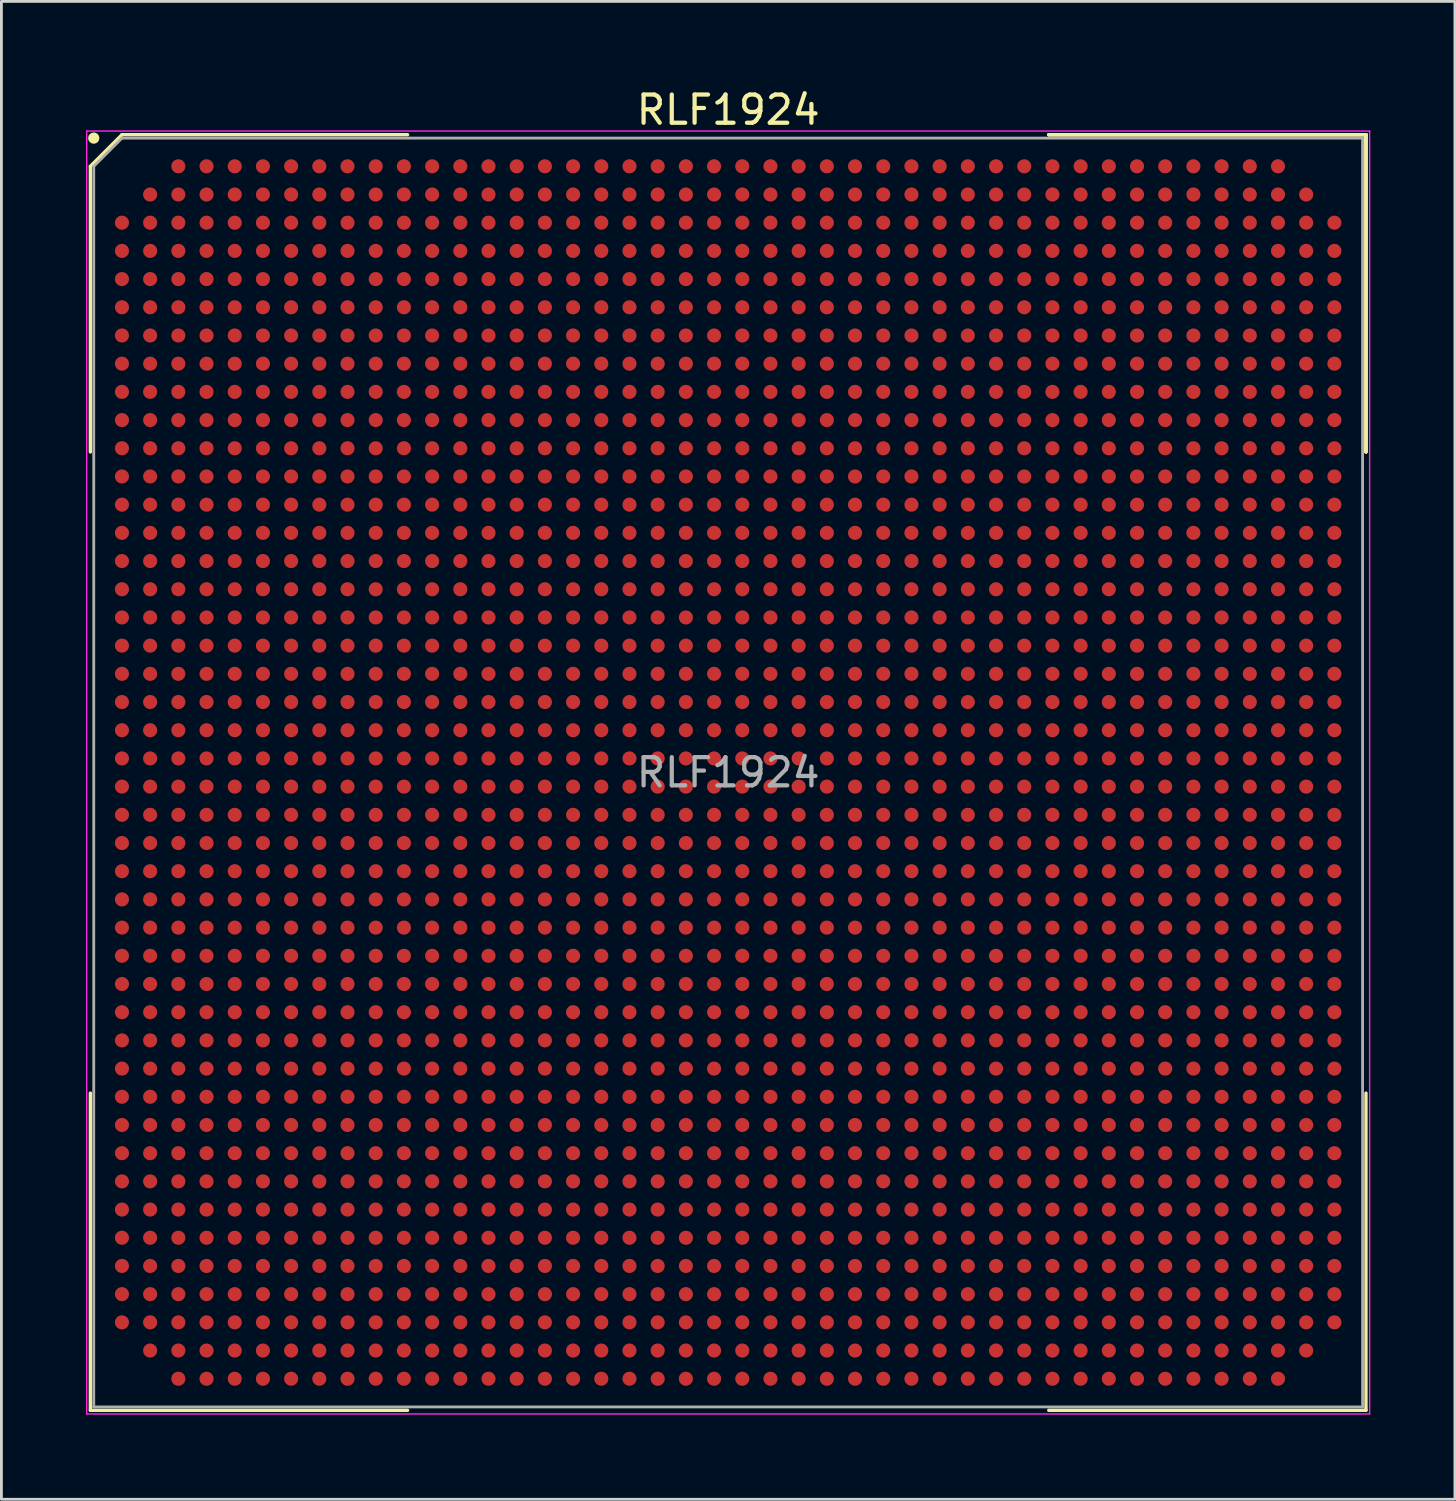
<source format=kicad_pcb>
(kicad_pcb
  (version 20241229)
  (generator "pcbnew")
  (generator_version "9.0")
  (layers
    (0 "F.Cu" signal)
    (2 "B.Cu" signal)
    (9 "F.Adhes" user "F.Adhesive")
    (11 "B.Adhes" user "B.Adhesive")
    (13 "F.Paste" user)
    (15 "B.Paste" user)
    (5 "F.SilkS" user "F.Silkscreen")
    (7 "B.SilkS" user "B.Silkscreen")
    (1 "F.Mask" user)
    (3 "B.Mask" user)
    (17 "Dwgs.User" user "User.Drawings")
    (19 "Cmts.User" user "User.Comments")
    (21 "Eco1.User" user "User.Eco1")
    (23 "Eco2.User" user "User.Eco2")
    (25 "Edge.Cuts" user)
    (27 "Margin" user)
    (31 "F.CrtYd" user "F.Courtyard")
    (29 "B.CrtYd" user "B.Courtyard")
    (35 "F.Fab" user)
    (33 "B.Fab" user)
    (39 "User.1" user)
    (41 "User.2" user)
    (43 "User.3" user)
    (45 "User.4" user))
  (footprint "RLF1924"
    (layer "F.Cu")
    (at 22.775 24.348)
    (property "Reference" "RLF1924" (at 0 -23.5 0) (layer "F.SilkS") (effects (font (size 1 1) (thickness 0.15))))
    (attr smd)
    (fp_line (start -22.62 -21.5) (end -22.62 -11.37) (stroke (width 0.12) (type solid)) (layer "F.SilkS"))
    (fp_line (start -22.62 22.62) (end -22.62 11.37) (stroke (width 0.12) (type solid)) (layer "F.SilkS"))
    (fp_line (start -21.5 -22.62) (end -22.62 -21.5) (stroke (width 0.12) (type solid)) (layer "F.SilkS"))
    (fp_line (start -11.37 -22.62) (end -21.5 -22.62) (stroke (width 0.12) (type solid)) (layer "F.SilkS"))
    (fp_line (start -11.37 22.62) (end -22.62 22.62) (stroke (width 0.12) (type solid)) (layer "F.SilkS"))
    (fp_line (start 11.37 -22.62) (end 22.62 -22.62) (stroke (width 0.12) (type solid)) (layer "F.SilkS"))
    (fp_line (start 11.37 -22.62) (end 22.62 -22.62) (stroke (width 0.12) (type solid)) (layer "F.SilkS"))
    (fp_line (start 11.37 -22.62) (end 22.62 -22.62) (stroke (width 0.12) (type solid)) (layer "F.SilkS"))
    (fp_line (start 11.37 22.62) (end 22.62 22.62) (stroke (width 0.12) (type solid)) (layer "F.SilkS"))
    (fp_line (start 22.62 -22.62) (end 22.62 -11.37) (stroke (width 0.12) (type solid)) (layer "F.SilkS"))
    (fp_line (start 22.62 -22.62) (end 22.62 -11.37) (stroke (width 0.12) (type solid)) (layer "F.SilkS"))
    (fp_line (start 22.62 -22.62) (end 22.62 -11.37) (stroke (width 0.12) (type solid)) (layer "F.SilkS"))
    (fp_line (start 22.62 22.62) (end 22.62 11.37) (stroke (width 0.12) (type solid)) (layer "F.SilkS"))
    (fp_circle (center -22.5 -22.5) (end -22.5 -22.4) (stroke (width 0.2) (type solid)) (fill no) (layer "F.SilkS"))
    (fp_line (start -22.75 -22.75) (end 22.75 -22.75) (stroke (width 0.05) (type solid)) (layer "F.CrtYd"))
    (fp_line (start -22.75 22.75) (end -22.75 -22.75) (stroke (width 0.05) (type solid)) (layer "F.CrtYd"))
    (fp_line (start 22.75 -22.75) (end 22.75 22.75) (stroke (width 0.05) (type solid)) (layer "F.CrtYd"))
    (fp_line (start 22.75 22.75) (end -22.75 22.75) (stroke (width 0.05) (type solid)) (layer "F.CrtYd"))
    (fp_line (start -22.5 -21.5) (end -22.5 22.5) (stroke (width 0.1) (type solid)) (layer "F.Fab"))
    (fp_line (start -22.5 22.5) (end 22.5 22.5) (stroke (width 0.1) (type solid)) (layer "F.Fab"))
    (fp_line (start -21.5 -22.5) (end -22.5 -21.5) (stroke (width 0.1) (type solid)) (layer "F.Fab"))
    (fp_line (start 22.5 -22.5) (end -21.5 -22.5) (stroke (width 0.1) (type solid)) (layer "F.Fab"))
    (fp_line (start 22.5 22.5) (end 22.5 -22.5) (stroke (width 0.1) (type solid)) (layer "F.Fab"))
    (fp_text user "${REFERENCE}" (at 0 0 0) (layer "F.Fab") (effects (font (size 1 1) (thickness 0.15))))
    (pad "A3" smd circle (at -19.5 -21.5) (size 0.5 0.5) (layers "F.Cu" "F.Mask" "F.Paste"))
    (pad "A4" smd circle (at -18.5 -21.5) (size 0.5 0.5) (layers "F.Cu" "F.Mask" "F.Paste"))
    (pad "A5" smd circle (at -17.5 -21.5) (size 0.5 0.5) (layers "F.Cu" "F.Mask" "F.Paste"))
    (pad "A6" smd circle (at -16.5 -21.5) (size 0.5 0.5) (layers "F.Cu" "F.Mask" "F.Paste"))
    (pad "A7" smd circle (at -15.5 -21.5) (size 0.5 0.5) (layers "F.Cu" "F.Mask" "F.Paste"))
    (pad "A8" smd circle (at -14.5 -21.5) (size 0.5 0.5) (layers "F.Cu" "F.Mask" "F.Paste"))
    (pad "A9" smd circle (at -13.5 -21.5) (size 0.5 0.5) (layers "F.Cu" "F.Mask" "F.Paste"))
    (pad "A10" smd circle (at -12.5 -21.5) (size 0.5 0.5) (layers "F.Cu" "F.Mask" "F.Paste"))
    (pad "A11" smd circle (at -11.5 -21.5) (size 0.5 0.5) (layers "F.Cu" "F.Mask" "F.Paste"))
    (pad "A12" smd circle (at -10.5 -21.5) (size 0.5 0.5) (layers "F.Cu" "F.Mask" "F.Paste"))
    (pad "A13" smd circle (at -9.5 -21.5) (size 0.5 0.5) (layers "F.Cu" "F.Mask" "F.Paste"))
    (pad "A14" smd circle (at -8.5 -21.5) (size 0.5 0.5) (layers "F.Cu" "F.Mask" "F.Paste"))
    (pad "A15" smd circle (at -7.5 -21.5) (size 0.5 0.5) (layers "F.Cu" "F.Mask" "F.Paste"))
    (pad "A16" smd circle (at -6.5 -21.5) (size 0.5 0.5) (layers "F.Cu" "F.Mask" "F.Paste"))
    (pad "A17" smd circle (at -5.5 -21.5) (size 0.5 0.5) (layers "F.Cu" "F.Mask" "F.Paste"))
    (pad "A18" smd circle (at -4.5 -21.5) (size 0.5 0.5) (layers "F.Cu" "F.Mask" "F.Paste"))
    (pad "A19" smd circle (at -3.5 -21.5) (size 0.5 0.5) (layers "F.Cu" "F.Mask" "F.Paste"))
    (pad "A20" smd circle (at -2.5 -21.5) (size 0.5 0.5) (layers "F.Cu" "F.Mask" "F.Paste"))
    (pad "A21" smd circle (at -1.5 -21.5) (size 0.5 0.5) (layers "F.Cu" "F.Mask" "F.Paste"))
    (pad "A22" smd circle (at -0.5 -21.5) (size 0.5 0.5) (layers "F.Cu" "F.Mask" "F.Paste"))
    (pad "A23" smd circle (at 0.5 -21.5) (size 0.5 0.5) (layers "F.Cu" "F.Mask" "F.Paste"))
    (pad "A24" smd circle (at 1.5 -21.5) (size 0.5 0.5) (layers "F.Cu" "F.Mask" "F.Paste"))
    (pad "A25" smd circle (at 2.5 -21.5) (size 0.5 0.5) (layers "F.Cu" "F.Mask" "F.Paste"))
    (pad "A26" smd circle (at 3.5 -21.5) (size 0.5 0.5) (layers "F.Cu" "F.Mask" "F.Paste"))
    (pad "A27" smd circle (at 4.5 -21.5) (size 0.5 0.5) (layers "F.Cu" "F.Mask" "F.Paste"))
    (pad "A28" smd circle (at 5.5 -21.5) (size 0.5 0.5) (layers "F.Cu" "F.Mask" "F.Paste"))
    (pad "A29" smd circle (at 6.5 -21.5) (size 0.5 0.5) (layers "F.Cu" "F.Mask" "F.Paste"))
    (pad "A30" smd circle (at 7.5 -21.5) (size 0.5 0.5) (layers "F.Cu" "F.Mask" "F.Paste"))
    (pad "A31" smd circle (at 8.5 -21.5) (size 0.5 0.5) (layers "F.Cu" "F.Mask" "F.Paste"))
    (pad "A32" smd circle (at 9.5 -21.5) (size 0.5 0.5) (layers "F.Cu" "F.Mask" "F.Paste"))
    (pad "A33" smd circle (at 10.5 -21.5) (size 0.5 0.5) (layers "F.Cu" "F.Mask" "F.Paste"))
    (pad "A34" smd circle (at 11.5 -21.5) (size 0.5 0.5) (layers "F.Cu" "F.Mask" "F.Paste"))
    (pad "A35" smd circle (at 12.5 -21.5) (size 0.5 0.5) (layers "F.Cu" "F.Mask" "F.Paste"))
    (pad "A36" smd circle (at 13.5 -21.5) (size 0.5 0.5) (layers "F.Cu" "F.Mask" "F.Paste"))
    (pad "A37" smd circle (at 14.5 -21.5) (size 0.5 0.5) (layers "F.Cu" "F.Mask" "F.Paste"))
    (pad "A38" smd circle (at 15.5 -21.5) (size 0.5 0.5) (layers "F.Cu" "F.Mask" "F.Paste"))
    (pad "A39" smd circle (at 16.5 -21.5) (size 0.5 0.5) (layers "F.Cu" "F.Mask" "F.Paste"))
    (pad "A40" smd circle (at 17.5 -21.5) (size 0.5 0.5) (layers "F.Cu" "F.Mask" "F.Paste"))
    (pad "A41" smd circle (at 18.5 -21.5) (size 0.5 0.5) (layers "F.Cu" "F.Mask" "F.Paste"))
    (pad "A42" smd circle (at 19.5 -21.5) (size 0.5 0.5) (layers "F.Cu" "F.Mask" "F.Paste"))
    (pad "AA1" smd circle (at -21.5 -1.5) (size 0.5 0.5) (layers "F.Cu" "F.Mask" "F.Paste"))
    (pad "AA2" smd circle (at -20.5 -1.5) (size 0.5 0.5) (layers "F.Cu" "F.Mask" "F.Paste"))
    (pad "AA3" smd circle (at -19.5 -1.5) (size 0.5 0.5) (layers "F.Cu" "F.Mask" "F.Paste"))
    (pad "AA4" smd circle (at -18.5 -1.5) (size 0.5 0.5) (layers "F.Cu" "F.Mask" "F.Paste"))
    (pad "AA5" smd circle (at -17.5 -1.5) (size 0.5 0.5) (layers "F.Cu" "F.Mask" "F.Paste"))
    (pad "AA6" smd circle (at -16.5 -1.5) (size 0.5 0.5) (layers "F.Cu" "F.Mask" "F.Paste"))
    (pad "AA7" smd circle (at -15.5 -1.5) (size 0.5 0.5) (layers "F.Cu" "F.Mask" "F.Paste"))
    (pad "AA8" smd circle (at -14.5 -1.5) (size 0.5 0.5) (layers "F.Cu" "F.Mask" "F.Paste"))
    (pad "AA9" smd circle (at -13.5 -1.5) (size 0.5 0.5) (layers "F.Cu" "F.Mask" "F.Paste"))
    (pad "AA10" smd circle (at -12.5 -1.5) (size 0.5 0.5) (layers "F.Cu" "F.Mask" "F.Paste"))
    (pad "AA11" smd circle (at -11.5 -1.5) (size 0.5 0.5) (layers "F.Cu" "F.Mask" "F.Paste"))
    (pad "AA12" smd circle (at -10.5 -1.5) (size 0.5 0.5) (layers "F.Cu" "F.Mask" "F.Paste"))
    (pad "AA13" smd circle (at -9.5 -1.5) (size 0.5 0.5) (layers "F.Cu" "F.Mask" "F.Paste"))
    (pad "AA14" smd circle (at -8.5 -1.5) (size 0.5 0.5) (layers "F.Cu" "F.Mask" "F.Paste"))
    (pad "AA15" smd circle (at -7.5 -1.5) (size 0.5 0.5) (layers "F.Cu" "F.Mask" "F.Paste"))
    (pad "AA16" smd circle (at -6.5 -1.5) (size 0.5 0.5) (layers "F.Cu" "F.Mask" "F.Paste"))
    (pad "AA17" smd circle (at -5.5 -1.5) (size 0.5 0.5) (layers "F.Cu" "F.Mask" "F.Paste"))
    (pad "AA18" smd circle (at -4.5 -1.5) (size 0.5 0.5) (layers "F.Cu" "F.Mask" "F.Paste"))
    (pad "AA19" smd circle (at -3.5 -1.5) (size 0.5 0.5) (layers "F.Cu" "F.Mask" "F.Paste"))
    (pad "AA20" smd circle (at -2.5 -1.5) (size 0.5 0.5) (layers "F.Cu" "F.Mask" "F.Paste"))
    (pad "AA21" smd circle (at -1.5 -1.5) (size 0.5 0.5) (layers "F.Cu" "F.Mask" "F.Paste"))
    (pad "AA22" smd circle (at -0.5 -1.5) (size 0.5 0.5) (layers "F.Cu" "F.Mask" "F.Paste"))
    (pad "AA23" smd circle (at 0.5 -1.5) (size 0.5 0.5) (layers "F.Cu" "F.Mask" "F.Paste"))
    (pad "AA24" smd circle (at 1.5 -1.5) (size 0.5 0.5) (layers "F.Cu" "F.Mask" "F.Paste"))
    (pad "AA25" smd circle (at 2.5 -1.5) (size 0.5 0.5) (layers "F.Cu" "F.Mask" "F.Paste"))
    (pad "AA26" smd circle (at 3.5 -1.5) (size 0.5 0.5) (layers "F.Cu" "F.Mask" "F.Paste"))
    (pad "AA27" smd circle (at 4.5 -1.5) (size 0.5 0.5) (layers "F.Cu" "F.Mask" "F.Paste"))
    (pad "AA28" smd circle (at 5.5 -1.5) (size 0.5 0.5) (layers "F.Cu" "F.Mask" "F.Paste"))
    (pad "AA29" smd circle (at 6.5 -1.5) (size 0.5 0.5) (layers "F.Cu" "F.Mask" "F.Paste"))
    (pad "AA30" smd circle (at 7.5 -1.5) (size 0.5 0.5) (layers "F.Cu" "F.Mask" "F.Paste"))
    (pad "AA31" smd circle (at 8.5 -1.5) (size 0.5 0.5) (layers "F.Cu" "F.Mask" "F.Paste"))
    (pad "AA32" smd circle (at 9.5 -1.5) (size 0.5 0.5) (layers "F.Cu" "F.Mask" "F.Paste"))
    (pad "AA33" smd circle (at 10.5 -1.5) (size 0.5 0.5) (layers "F.Cu" "F.Mask" "F.Paste"))
    (pad "AA34" smd circle (at 11.5 -1.5) (size 0.5 0.5) (layers "F.Cu" "F.Mask" "F.Paste"))
    (pad "AA35" smd circle (at 12.5 -1.5) (size 0.5 0.5) (layers "F.Cu" "F.Mask" "F.Paste"))
    (pad "AA36" smd circle (at 13.5 -1.5) (size 0.5 0.5) (layers "F.Cu" "F.Mask" "F.Paste"))
    (pad "AA37" smd circle (at 14.5 -1.5) (size 0.5 0.5) (layers "F.Cu" "F.Mask" "F.Paste"))
    (pad "AA38" smd circle (at 15.5 -1.5) (size 0.5 0.5) (layers "F.Cu" "F.Mask" "F.Paste"))
    (pad "AA39" smd circle (at 16.5 -1.5) (size 0.5 0.5) (layers "F.Cu" "F.Mask" "F.Paste"))
    (pad "AA40" smd circle (at 17.5 -1.5) (size 0.5 0.5) (layers "F.Cu" "F.Mask" "F.Paste"))
    (pad "AA41" smd circle (at 18.5 -1.5) (size 0.5 0.5) (layers "F.Cu" "F.Mask" "F.Paste"))
    (pad "AA42" smd circle (at 19.5 -1.5) (size 0.5 0.5) (layers "F.Cu" "F.Mask" "F.Paste"))
    (pad "AA43" smd circle (at 20.5 -1.5) (size 0.5 0.5) (layers "F.Cu" "F.Mask" "F.Paste"))
    (pad "AA44" smd circle (at 21.5 -1.5) (size 0.5 0.5) (layers "F.Cu" "F.Mask" "F.Paste"))
    (pad "AB1" smd circle (at -21.5 -0.5) (size 0.5 0.5) (layers "F.Cu" "F.Mask" "F.Paste"))
    (pad "AB2" smd circle (at -20.5 -0.5) (size 0.5 0.5) (layers "F.Cu" "F.Mask" "F.Paste"))
    (pad "AB3" smd circle (at -19.5 -0.5) (size 0.5 0.5) (layers "F.Cu" "F.Mask" "F.Paste"))
    (pad "AB4" smd circle (at -18.5 -0.5) (size 0.5 0.5) (layers "F.Cu" "F.Mask" "F.Paste"))
    (pad "AB5" smd circle (at -17.5 -0.5) (size 0.5 0.5) (layers "F.Cu" "F.Mask" "F.Paste"))
    (pad "AB6" smd circle (at -16.5 -0.5) (size 0.5 0.5) (layers "F.Cu" "F.Mask" "F.Paste"))
    (pad "AB7" smd circle (at -15.5 -0.5) (size 0.5 0.5) (layers "F.Cu" "F.Mask" "F.Paste"))
    (pad "AB8" smd circle (at -14.5 -0.5) (size 0.5 0.5) (layers "F.Cu" "F.Mask" "F.Paste"))
    (pad "AB9" smd circle (at -13.5 -0.5) (size 0.5 0.5) (layers "F.Cu" "F.Mask" "F.Paste"))
    (pad "AB10" smd circle (at -12.5 -0.5) (size 0.5 0.5) (layers "F.Cu" "F.Mask" "F.Paste"))
    (pad "AB11" smd circle (at -11.5 -0.5) (size 0.5 0.5) (layers "F.Cu" "F.Mask" "F.Paste"))
    (pad "AB12" smd circle (at -10.5 -0.5) (size 0.5 0.5) (layers "F.Cu" "F.Mask" "F.Paste"))
    (pad "AB13" smd circle (at -9.5 -0.5) (size 0.5 0.5) (layers "F.Cu" "F.Mask" "F.Paste"))
    (pad "AB14" smd circle (at -8.5 -0.5) (size 0.5 0.5) (layers "F.Cu" "F.Mask" "F.Paste"))
    (pad "AB15" smd circle (at -7.5 -0.5) (size 0.5 0.5) (layers "F.Cu" "F.Mask" "F.Paste"))
    (pad "AB16" smd circle (at -6.5 -0.5) (size 0.5 0.5) (layers "F.Cu" "F.Mask" "F.Paste"))
    (pad "AB17" smd circle (at -5.5 -0.5) (size 0.5 0.5) (layers "F.Cu" "F.Mask" "F.Paste"))
    (pad "AB18" smd circle (at -4.5 -0.5) (size 0.5 0.5) (layers "F.Cu" "F.Mask" "F.Paste"))
    (pad "AB19" smd circle (at -3.5 -0.5) (size 0.5 0.5) (layers "F.Cu" "F.Mask" "F.Paste"))
    (pad "AB20" smd circle (at -2.5 -0.5) (size 0.5 0.5) (layers "F.Cu" "F.Mask" "F.Paste"))
    (pad "AB21" smd circle (at -1.5 -0.5) (size 0.5 0.5) (layers "F.Cu" "F.Mask" "F.Paste"))
    (pad "AB22" smd circle (at -0.5 -0.5) (size 0.5 0.5) (layers "F.Cu" "F.Mask" "F.Paste"))
    (pad "AB23" smd circle (at 0.5 -0.5) (size 0.5 0.5) (layers "F.Cu" "F.Mask" "F.Paste"))
    (pad "AB24" smd circle (at 1.5 -0.5) (size 0.5 0.5) (layers "F.Cu" "F.Mask" "F.Paste"))
    (pad "AB25" smd circle (at 2.5 -0.5) (size 0.5 0.5) (layers "F.Cu" "F.Mask" "F.Paste"))
    (pad "AB26" smd circle (at 3.5 -0.5) (size 0.5 0.5) (layers "F.Cu" "F.Mask" "F.Paste"))
    (pad "AB27" smd circle (at 4.5 -0.5) (size 0.5 0.5) (layers "F.Cu" "F.Mask" "F.Paste"))
    (pad "AB28" smd circle (at 5.5 -0.5) (size 0.5 0.5) (layers "F.Cu" "F.Mask" "F.Paste"))
    (pad "AB29" smd circle (at 6.5 -0.5) (size 0.5 0.5) (layers "F.Cu" "F.Mask" "F.Paste"))
    (pad "AB30" smd circle (at 7.5 -0.5) (size 0.5 0.5) (layers "F.Cu" "F.Mask" "F.Paste"))
    (pad "AB31" smd circle (at 8.5 -0.5) (size 0.5 0.5) (layers "F.Cu" "F.Mask" "F.Paste"))
    (pad "AB32" smd circle (at 9.5 -0.5) (size 0.5 0.5) (layers "F.Cu" "F.Mask" "F.Paste"))
    (pad "AB33" smd circle (at 10.5 -0.5) (size 0.5 0.5) (layers "F.Cu" "F.Mask" "F.Paste"))
    (pad "AB34" smd circle (at 11.5 -0.5) (size 0.5 0.5) (layers "F.Cu" "F.Mask" "F.Paste"))
    (pad "AB35" smd circle (at 12.5 -0.5) (size 0.5 0.5) (layers "F.Cu" "F.Mask" "F.Paste"))
    (pad "AB36" smd circle (at 13.5 -0.5) (size 0.5 0.5) (layers "F.Cu" "F.Mask" "F.Paste"))
    (pad "AB37" smd circle (at 14.5 -0.5) (size 0.5 0.5) (layers "F.Cu" "F.Mask" "F.Paste"))
    (pad "AB38" smd circle (at 15.5 -0.5) (size 0.5 0.5) (layers "F.Cu" "F.Mask" "F.Paste"))
    (pad "AB39" smd circle (at 16.5 -0.5) (size 0.5 0.5) (layers "F.Cu" "F.Mask" "F.Paste"))
    (pad "AB40" smd circle (at 17.5 -0.5) (size 0.5 0.5) (layers "F.Cu" "F.Mask" "F.Paste"))
    (pad "AB41" smd circle (at 18.5 -0.5) (size 0.5 0.5) (layers "F.Cu" "F.Mask" "F.Paste"))
    (pad "AB42" smd circle (at 19.5 -0.5) (size 0.5 0.5) (layers "F.Cu" "F.Mask" "F.Paste"))
    (pad "AB43" smd circle (at 20.5 -0.5) (size 0.5 0.5) (layers "F.Cu" "F.Mask" "F.Paste"))
    (pad "AB44" smd circle (at 21.5 -0.5) (size 0.5 0.5) (layers "F.Cu" "F.Mask" "F.Paste"))
    (pad "AC1" smd circle (at -21.5 0.5) (size 0.5 0.5) (layers "F.Cu" "F.Mask" "F.Paste"))
    (pad "AC2" smd circle (at -20.5 0.5) (size 0.5 0.5) (layers "F.Cu" "F.Mask" "F.Paste"))
    (pad "AC3" smd circle (at -19.5 0.5) (size 0.5 0.5) (layers "F.Cu" "F.Mask" "F.Paste"))
    (pad "AC4" smd circle (at -18.5 0.5) (size 0.5 0.5) (layers "F.Cu" "F.Mask" "F.Paste"))
    (pad "AC5" smd circle (at -17.5 0.5) (size 0.5 0.5) (layers "F.Cu" "F.Mask" "F.Paste"))
    (pad "AC6" smd circle (at -16.5 0.5) (size 0.5 0.5) (layers "F.Cu" "F.Mask" "F.Paste"))
    (pad "AC7" smd circle (at -15.5 0.5) (size 0.5 0.5) (layers "F.Cu" "F.Mask" "F.Paste"))
    (pad "AC8" smd circle (at -14.5 0.5) (size 0.5 0.5) (layers "F.Cu" "F.Mask" "F.Paste"))
    (pad "AC9" smd circle (at -13.5 0.5) (size 0.5 0.5) (layers "F.Cu" "F.Mask" "F.Paste"))
    (pad "AC10" smd circle (at -12.5 0.5) (size 0.5 0.5) (layers "F.Cu" "F.Mask" "F.Paste"))
    (pad "AC11" smd circle (at -11.5 0.5) (size 0.5 0.5) (layers "F.Cu" "F.Mask" "F.Paste"))
    (pad "AC12" smd circle (at -10.5 0.5) (size 0.5 0.5) (layers "F.Cu" "F.Mask" "F.Paste"))
    (pad "AC13" smd circle (at -9.5 0.5) (size 0.5 0.5) (layers "F.Cu" "F.Mask" "F.Paste"))
    (pad "AC14" smd circle (at -8.5 0.5) (size 0.5 0.5) (layers "F.Cu" "F.Mask" "F.Paste"))
    (pad "AC15" smd circle (at -7.5 0.5) (size 0.5 0.5) (layers "F.Cu" "F.Mask" "F.Paste"))
    (pad "AC16" smd circle (at -6.5 0.5) (size 0.5 0.5) (layers "F.Cu" "F.Mask" "F.Paste"))
    (pad "AC17" smd circle (at -5.5 0.5) (size 0.5 0.5) (layers "F.Cu" "F.Mask" "F.Paste"))
    (pad "AC18" smd circle (at -4.5 0.5) (size 0.5 0.5) (layers "F.Cu" "F.Mask" "F.Paste"))
    (pad "AC19" smd circle (at -3.5 0.5) (size 0.5 0.5) (layers "F.Cu" "F.Mask" "F.Paste"))
    (pad "AC20" smd circle (at -2.5 0.5) (size 0.5 0.5) (layers "F.Cu" "F.Mask" "F.Paste"))
    (pad "AC21" smd circle (at -1.5 0.5) (size 0.5 0.5) (layers "F.Cu" "F.Mask" "F.Paste"))
    (pad "AC22" smd circle (at -0.5 0.5) (size 0.5 0.5) (layers "F.Cu" "F.Mask" "F.Paste"))
    (pad "AC23" smd circle (at 0.5 0.5) (size 0.5 0.5) (layers "F.Cu" "F.Mask" "F.Paste"))
    (pad "AC24" smd circle (at 1.5 0.5) (size 0.5 0.5) (layers "F.Cu" "F.Mask" "F.Paste"))
    (pad "AC25" smd circle (at 2.5 0.5) (size 0.5 0.5) (layers "F.Cu" "F.Mask" "F.Paste"))
    (pad "AC26" smd circle (at 3.5 0.5) (size 0.5 0.5) (layers "F.Cu" "F.Mask" "F.Paste"))
    (pad "AC27" smd circle (at 4.5 0.5) (size 0.5 0.5) (layers "F.Cu" "F.Mask" "F.Paste"))
    (pad "AC28" smd circle (at 5.5 0.5) (size 0.5 0.5) (layers "F.Cu" "F.Mask" "F.Paste"))
    (pad "AC29" smd circle (at 6.5 0.5) (size 0.5 0.5) (layers "F.Cu" "F.Mask" "F.Paste"))
    (pad "AC30" smd circle (at 7.5 0.5) (size 0.5 0.5) (layers "F.Cu" "F.Mask" "F.Paste"))
    (pad "AC31" smd circle (at 8.5 0.5) (size 0.5 0.5) (layers "F.Cu" "F.Mask" "F.Paste"))
    (pad "AC32" smd circle (at 9.5 0.5) (size 0.5 0.5) (layers "F.Cu" "F.Mask" "F.Paste"))
    (pad "AC33" smd circle (at 10.5 0.5) (size 0.5 0.5) (layers "F.Cu" "F.Mask" "F.Paste"))
    (pad "AC34" smd circle (at 11.5 0.5) (size 0.5 0.5) (layers "F.Cu" "F.Mask" "F.Paste"))
    (pad "AC35" smd circle (at 12.5 0.5) (size 0.5 0.5) (layers "F.Cu" "F.Mask" "F.Paste"))
    (pad "AC36" smd circle (at 13.5 0.5) (size 0.5 0.5) (layers "F.Cu" "F.Mask" "F.Paste"))
    (pad "AC37" smd circle (at 14.5 0.5) (size 0.5 0.5) (layers "F.Cu" "F.Mask" "F.Paste"))
    (pad "AC38" smd circle (at 15.5 0.5) (size 0.5 0.5) (layers "F.Cu" "F.Mask" "F.Paste"))
    (pad "AC39" smd circle (at 16.5 0.5) (size 0.5 0.5) (layers "F.Cu" "F.Mask" "F.Paste"))
    (pad "AC40" smd circle (at 17.5 0.5) (size 0.5 0.5) (layers "F.Cu" "F.Mask" "F.Paste"))
    (pad "AC41" smd circle (at 18.5 0.5) (size 0.5 0.5) (layers "F.Cu" "F.Mask" "F.Paste"))
    (pad "AC42" smd circle (at 19.5 0.5) (size 0.5 0.5) (layers "F.Cu" "F.Mask" "F.Paste"))
    (pad "AC43" smd circle (at 20.5 0.5) (size 0.5 0.5) (layers "F.Cu" "F.Mask" "F.Paste"))
    (pad "AC44" smd circle (at 21.5 0.5) (size 0.5 0.5) (layers "F.Cu" "F.Mask" "F.Paste"))
    (pad "AD1" smd circle (at -21.5 1.5) (size 0.5 0.5) (layers "F.Cu" "F.Mask" "F.Paste"))
    (pad "AD2" smd circle (at -20.5 1.5) (size 0.5 0.5) (layers "F.Cu" "F.Mask" "F.Paste"))
    (pad "AD3" smd circle (at -19.5 1.5) (size 0.5 0.5) (layers "F.Cu" "F.Mask" "F.Paste"))
    (pad "AD4" smd circle (at -18.5 1.5) (size 0.5 0.5) (layers "F.Cu" "F.Mask" "F.Paste"))
    (pad "AD5" smd circle (at -17.5 1.5) (size 0.5 0.5) (layers "F.Cu" "F.Mask" "F.Paste"))
    (pad "AD6" smd circle (at -16.5 1.5) (size 0.5 0.5) (layers "F.Cu" "F.Mask" "F.Paste"))
    (pad "AD7" smd circle (at -15.5 1.5) (size 0.5 0.5) (layers "F.Cu" "F.Mask" "F.Paste"))
    (pad "AD8" smd circle (at -14.5 1.5) (size 0.5 0.5) (layers "F.Cu" "F.Mask" "F.Paste"))
    (pad "AD9" smd circle (at -13.5 1.5) (size 0.5 0.5) (layers "F.Cu" "F.Mask" "F.Paste"))
    (pad "AD10" smd circle (at -12.5 1.5) (size 0.5 0.5) (layers "F.Cu" "F.Mask" "F.Paste"))
    (pad "AD11" smd circle (at -11.5 1.5) (size 0.5 0.5) (layers "F.Cu" "F.Mask" "F.Paste"))
    (pad "AD12" smd circle (at -10.5 1.5) (size 0.5 0.5) (layers "F.Cu" "F.Mask" "F.Paste"))
    (pad "AD13" smd circle (at -9.5 1.5) (size 0.5 0.5) (layers "F.Cu" "F.Mask" "F.Paste"))
    (pad "AD14" smd circle (at -8.5 1.5) (size 0.5 0.5) (layers "F.Cu" "F.Mask" "F.Paste"))
    (pad "AD15" smd circle (at -7.5 1.5) (size 0.5 0.5) (layers "F.Cu" "F.Mask" "F.Paste"))
    (pad "AD16" smd circle (at -6.5 1.5) (size 0.5 0.5) (layers "F.Cu" "F.Mask" "F.Paste"))
    (pad "AD17" smd circle (at -5.5 1.5) (size 0.5 0.5) (layers "F.Cu" "F.Mask" "F.Paste"))
    (pad "AD18" smd circle (at -4.5 1.5) (size 0.5 0.5) (layers "F.Cu" "F.Mask" "F.Paste"))
    (pad "AD19" smd circle (at -3.5 1.5) (size 0.5 0.5) (layers "F.Cu" "F.Mask" "F.Paste"))
    (pad "AD20" smd circle (at -2.5 1.5) (size 0.5 0.5) (layers "F.Cu" "F.Mask" "F.Paste"))
    (pad "AD21" smd circle (at -1.5 1.5) (size 0.5 0.5) (layers "F.Cu" "F.Mask" "F.Paste"))
    (pad "AD22" smd circle (at -0.5 1.5) (size 0.5 0.5) (layers "F.Cu" "F.Mask" "F.Paste"))
    (pad "AD23" smd circle (at 0.5 1.5) (size 0.5 0.5) (layers "F.Cu" "F.Mask" "F.Paste"))
    (pad "AD24" smd circle (at 1.5 1.5) (size 0.5 0.5) (layers "F.Cu" "F.Mask" "F.Paste"))
    (pad "AD25" smd circle (at 2.5 1.5) (size 0.5 0.5) (layers "F.Cu" "F.Mask" "F.Paste"))
    (pad "AD26" smd circle (at 3.5 1.5) (size 0.5 0.5) (layers "F.Cu" "F.Mask" "F.Paste"))
    (pad "AD27" smd circle (at 4.5 1.5) (size 0.5 0.5) (layers "F.Cu" "F.Mask" "F.Paste"))
    (pad "AD28" smd circle (at 5.5 1.5) (size 0.5 0.5) (layers "F.Cu" "F.Mask" "F.Paste"))
    (pad "AD29" smd circle (at 6.5 1.5) (size 0.5 0.5) (layers "F.Cu" "F.Mask" "F.Paste"))
    (pad "AD30" smd circle (at 7.5 1.5) (size 0.5 0.5) (layers "F.Cu" "F.Mask" "F.Paste"))
    (pad "AD31" smd circle (at 8.5 1.5) (size 0.5 0.5) (layers "F.Cu" "F.Mask" "F.Paste"))
    (pad "AD32" smd circle (at 9.5 1.5) (size 0.5 0.5) (layers "F.Cu" "F.Mask" "F.Paste"))
    (pad "AD33" smd circle (at 10.5 1.5) (size 0.5 0.5) (layers "F.Cu" "F.Mask" "F.Paste"))
    (pad "AD34" smd circle (at 11.5 1.5) (size 0.5 0.5) (layers "F.Cu" "F.Mask" "F.Paste"))
    (pad "AD35" smd circle (at 12.5 1.5) (size 0.5 0.5) (layers "F.Cu" "F.Mask" "F.Paste"))
    (pad "AD36" smd circle (at 13.5 1.5) (size 0.5 0.5) (layers "F.Cu" "F.Mask" "F.Paste"))
    (pad "AD37" smd circle (at 14.5 1.5) (size 0.5 0.5) (layers "F.Cu" "F.Mask" "F.Paste"))
    (pad "AD38" smd circle (at 15.5 1.5) (size 0.5 0.5) (layers "F.Cu" "F.Mask" "F.Paste"))
    (pad "AD39" smd circle (at 16.5 1.5) (size 0.5 0.5) (layers "F.Cu" "F.Mask" "F.Paste"))
    (pad "AD40" smd circle (at 17.5 1.5) (size 0.5 0.5) (layers "F.Cu" "F.Mask" "F.Paste"))
    (pad "AD41" smd circle (at 18.5 1.5) (size 0.5 0.5) (layers "F.Cu" "F.Mask" "F.Paste"))
    (pad "AD42" smd circle (at 19.5 1.5) (size 0.5 0.5) (layers "F.Cu" "F.Mask" "F.Paste"))
    (pad "AD43" smd circle (at 20.5 1.5) (size 0.5 0.5) (layers "F.Cu" "F.Mask" "F.Paste"))
    (pad "AD44" smd circle (at 21.5 1.5) (size 0.5 0.5) (layers "F.Cu" "F.Mask" "F.Paste"))
    (pad "AE1" smd circle (at -21.5 2.5) (size 0.5 0.5) (layers "F.Cu" "F.Mask" "F.Paste"))
    (pad "AE2" smd circle (at -20.5 2.5) (size 0.5 0.5) (layers "F.Cu" "F.Mask" "F.Paste"))
    (pad "AE3" smd circle (at -19.5 2.5) (size 0.5 0.5) (layers "F.Cu" "F.Mask" "F.Paste"))
    (pad "AE4" smd circle (at -18.5 2.5) (size 0.5 0.5) (layers "F.Cu" "F.Mask" "F.Paste"))
    (pad "AE5" smd circle (at -17.5 2.5) (size 0.5 0.5) (layers "F.Cu" "F.Mask" "F.Paste"))
    (pad "AE6" smd circle (at -16.5 2.5) (size 0.5 0.5) (layers "F.Cu" "F.Mask" "F.Paste"))
    (pad "AE7" smd circle (at -15.5 2.5) (size 0.5 0.5) (layers "F.Cu" "F.Mask" "F.Paste"))
    (pad "AE8" smd circle (at -14.5 2.5) (size 0.5 0.5) (layers "F.Cu" "F.Mask" "F.Paste"))
    (pad "AE9" smd circle (at -13.5 2.5) (size 0.5 0.5) (layers "F.Cu" "F.Mask" "F.Paste"))
    (pad "AE10" smd circle (at -12.5 2.5) (size 0.5 0.5) (layers "F.Cu" "F.Mask" "F.Paste"))
    (pad "AE11" smd circle (at -11.5 2.5) (size 0.5 0.5) (layers "F.Cu" "F.Mask" "F.Paste"))
    (pad "AE12" smd circle (at -10.5 2.5) (size 0.5 0.5) (layers "F.Cu" "F.Mask" "F.Paste"))
    (pad "AE13" smd circle (at -9.5 2.5) (size 0.5 0.5) (layers "F.Cu" "F.Mask" "F.Paste"))
    (pad "AE14" smd circle (at -8.5 2.5) (size 0.5 0.5) (layers "F.Cu" "F.Mask" "F.Paste"))
    (pad "AE15" smd circle (at -7.5 2.5) (size 0.5 0.5) (layers "F.Cu" "F.Mask" "F.Paste"))
    (pad "AE16" smd circle (at -6.5 2.5) (size 0.5 0.5) (layers "F.Cu" "F.Mask" "F.Paste"))
    (pad "AE17" smd circle (at -5.5 2.5) (size 0.5 0.5) (layers "F.Cu" "F.Mask" "F.Paste"))
    (pad "AE18" smd circle (at -4.5 2.5) (size 0.5 0.5) (layers "F.Cu" "F.Mask" "F.Paste"))
    (pad "AE19" smd circle (at -3.5 2.5) (size 0.5 0.5) (layers "F.Cu" "F.Mask" "F.Paste"))
    (pad "AE20" smd circle (at -2.5 2.5) (size 0.5 0.5) (layers "F.Cu" "F.Mask" "F.Paste"))
    (pad "AE21" smd circle (at -1.5 2.5) (size 0.5 0.5) (layers "F.Cu" "F.Mask" "F.Paste"))
    (pad "AE22" smd circle (at -0.5 2.5) (size 0.5 0.5) (layers "F.Cu" "F.Mask" "F.Paste"))
    (pad "AE23" smd circle (at 0.5 2.5) (size 0.5 0.5) (layers "F.Cu" "F.Mask" "F.Paste"))
    (pad "AE24" smd circle (at 1.5 2.5) (size 0.5 0.5) (layers "F.Cu" "F.Mask" "F.Paste"))
    (pad "AE25" smd circle (at 2.5 2.5) (size 0.5 0.5) (layers "F.Cu" "F.Mask" "F.Paste"))
    (pad "AE26" smd circle (at 3.5 2.5) (size 0.5 0.5) (layers "F.Cu" "F.Mask" "F.Paste"))
    (pad "AE27" smd circle (at 4.5 2.5) (size 0.5 0.5) (layers "F.Cu" "F.Mask" "F.Paste"))
    (pad "AE28" smd circle (at 5.5 2.5) (size 0.5 0.5) (layers "F.Cu" "F.Mask" "F.Paste"))
    (pad "AE29" smd circle (at 6.5 2.5) (size 0.5 0.5) (layers "F.Cu" "F.Mask" "F.Paste"))
    (pad "AE30" smd circle (at 7.5 2.5) (size 0.5 0.5) (layers "F.Cu" "F.Mask" "F.Paste"))
    (pad "AE31" smd circle (at 8.5 2.5) (size 0.5 0.5) (layers "F.Cu" "F.Mask" "F.Paste"))
    (pad "AE32" smd circle (at 9.5 2.5) (size 0.5 0.5) (layers "F.Cu" "F.Mask" "F.Paste"))
    (pad "AE33" smd circle (at 10.5 2.5) (size 0.5 0.5) (layers "F.Cu" "F.Mask" "F.Paste"))
    (pad "AE34" smd circle (at 11.5 2.5) (size 0.5 0.5) (layers "F.Cu" "F.Mask" "F.Paste"))
    (pad "AE35" smd circle (at 12.5 2.5) (size 0.5 0.5) (layers "F.Cu" "F.Mask" "F.Paste"))
    (pad "AE36" smd circle (at 13.5 2.5) (size 0.5 0.5) (layers "F.Cu" "F.Mask" "F.Paste"))
    (pad "AE37" smd circle (at 14.5 2.5) (size 0.5 0.5) (layers "F.Cu" "F.Mask" "F.Paste"))
    (pad "AE38" smd circle (at 15.5 2.5) (size 0.5 0.5) (layers "F.Cu" "F.Mask" "F.Paste"))
    (pad "AE39" smd circle (at 16.5 2.5) (size 0.5 0.5) (layers "F.Cu" "F.Mask" "F.Paste"))
    (pad "AE40" smd circle (at 17.5 2.5) (size 0.5 0.5) (layers "F.Cu" "F.Mask" "F.Paste"))
    (pad "AE41" smd circle (at 18.5 2.5) (size 0.5 0.5) (layers "F.Cu" "F.Mask" "F.Paste"))
    (pad "AE42" smd circle (at 19.5 2.5) (size 0.5 0.5) (layers "F.Cu" "F.Mask" "F.Paste"))
    (pad "AE43" smd circle (at 20.5 2.5) (size 0.5 0.5) (layers "F.Cu" "F.Mask" "F.Paste"))
    (pad "AE44" smd circle (at 21.5 2.5) (size 0.5 0.5) (layers "F.Cu" "F.Mask" "F.Paste"))
    (pad "AF1" smd circle (at -21.5 3.5) (size 0.5 0.5) (layers "F.Cu" "F.Mask" "F.Paste"))
    (pad "AF2" smd circle (at -20.5 3.5) (size 0.5 0.5) (layers "F.Cu" "F.Mask" "F.Paste"))
    (pad "AF3" smd circle (at -19.5 3.5) (size 0.5 0.5) (layers "F.Cu" "F.Mask" "F.Paste"))
    (pad "AF4" smd circle (at -18.5 3.5) (size 0.5 0.5) (layers "F.Cu" "F.Mask" "F.Paste"))
    (pad "AF5" smd circle (at -17.5 3.5) (size 0.5 0.5) (layers "F.Cu" "F.Mask" "F.Paste"))
    (pad "AF6" smd circle (at -16.5 3.5) (size 0.5 0.5) (layers "F.Cu" "F.Mask" "F.Paste"))
    (pad "AF7" smd circle (at -15.5 3.5) (size 0.5 0.5) (layers "F.Cu" "F.Mask" "F.Paste"))
    (pad "AF8" smd circle (at -14.5 3.5) (size 0.5 0.5) (layers "F.Cu" "F.Mask" "F.Paste"))
    (pad "AF9" smd circle (at -13.5 3.5) (size 0.5 0.5) (layers "F.Cu" "F.Mask" "F.Paste"))
    (pad "AF10" smd circle (at -12.5 3.5) (size 0.5 0.5) (layers "F.Cu" "F.Mask" "F.Paste"))
    (pad "AF11" smd circle (at -11.5 3.5) (size 0.5 0.5) (layers "F.Cu" "F.Mask" "F.Paste"))
    (pad "AF12" smd circle (at -10.5 3.5) (size 0.5 0.5) (layers "F.Cu" "F.Mask" "F.Paste"))
    (pad "AF13" smd circle (at -9.5 3.5) (size 0.5 0.5) (layers "F.Cu" "F.Mask" "F.Paste"))
    (pad "AF14" smd circle (at -8.5 3.5) (size 0.5 0.5) (layers "F.Cu" "F.Mask" "F.Paste"))
    (pad "AF15" smd circle (at -7.5 3.5) (size 0.5 0.5) (layers "F.Cu" "F.Mask" "F.Paste"))
    (pad "AF16" smd circle (at -6.5 3.5) (size 0.5 0.5) (layers "F.Cu" "F.Mask" "F.Paste"))
    (pad "AF17" smd circle (at -5.5 3.5) (size 0.5 0.5) (layers "F.Cu" "F.Mask" "F.Paste"))
    (pad "AF18" smd circle (at -4.5 3.5) (size 0.5 0.5) (layers "F.Cu" "F.Mask" "F.Paste"))
    (pad "AF19" smd circle (at -3.5 3.5) (size 0.5 0.5) (layers "F.Cu" "F.Mask" "F.Paste"))
    (pad "AF20" smd circle (at -2.5 3.5) (size 0.5 0.5) (layers "F.Cu" "F.Mask" "F.Paste"))
    (pad "AF21" smd circle (at -1.5 3.5) (size 0.5 0.5) (layers "F.Cu" "F.Mask" "F.Paste"))
    (pad "AF22" smd circle (at -0.5 3.5) (size 0.5 0.5) (layers "F.Cu" "F.Mask" "F.Paste"))
    (pad "AF23" smd circle (at 0.5 3.5) (size 0.5 0.5) (layers "F.Cu" "F.Mask" "F.Paste"))
    (pad "AF24" smd circle (at 1.5 3.5) (size 0.5 0.5) (layers "F.Cu" "F.Mask" "F.Paste"))
    (pad "AF25" smd circle (at 2.5 3.5) (size 0.5 0.5) (layers "F.Cu" "F.Mask" "F.Paste"))
    (pad "AF26" smd circle (at 3.5 3.5) (size 0.5 0.5) (layers "F.Cu" "F.Mask" "F.Paste"))
    (pad "AF27" smd circle (at 4.5 3.5) (size 0.5 0.5) (layers "F.Cu" "F.Mask" "F.Paste"))
    (pad "AF28" smd circle (at 5.5 3.5) (size 0.5 0.5) (layers "F.Cu" "F.Mask" "F.Paste"))
    (pad "AF29" smd circle (at 6.5 3.5) (size 0.5 0.5) (layers "F.Cu" "F.Mask" "F.Paste"))
    (pad "AF30" smd circle (at 7.5 3.5) (size 0.5 0.5) (layers "F.Cu" "F.Mask" "F.Paste"))
    (pad "AF31" smd circle (at 8.5 3.5) (size 0.5 0.5) (layers "F.Cu" "F.Mask" "F.Paste"))
    (pad "AF32" smd circle (at 9.5 3.5) (size 0.5 0.5) (layers "F.Cu" "F.Mask" "F.Paste"))
    (pad "AF33" smd circle (at 10.5 3.5) (size 0.5 0.5) (layers "F.Cu" "F.Mask" "F.Paste"))
    (pad "AF34" smd circle (at 11.5 3.5) (size 0.5 0.5) (layers "F.Cu" "F.Mask" "F.Paste"))
    (pad "AF35" smd circle (at 12.5 3.5) (size 0.5 0.5) (layers "F.Cu" "F.Mask" "F.Paste"))
    (pad "AF36" smd circle (at 13.5 3.5) (size 0.5 0.5) (layers "F.Cu" "F.Mask" "F.Paste"))
    (pad "AF37" smd circle (at 14.5 3.5) (size 0.5 0.5) (layers "F.Cu" "F.Mask" "F.Paste"))
    (pad "AF38" smd circle (at 15.5 3.5) (size 0.5 0.5) (layers "F.Cu" "F.Mask" "F.Paste"))
    (pad "AF39" smd circle (at 16.5 3.5) (size 0.5 0.5) (layers "F.Cu" "F.Mask" "F.Paste"))
    (pad "AF40" smd circle (at 17.5 3.5) (size 0.5 0.5) (layers "F.Cu" "F.Mask" "F.Paste"))
    (pad "AF41" smd circle (at 18.5 3.5) (size 0.5 0.5) (layers "F.Cu" "F.Mask" "F.Paste"))
    (pad "AF42" smd circle (at 19.5 3.5) (size 0.5 0.5) (layers "F.Cu" "F.Mask" "F.Paste"))
    (pad "AF43" smd circle (at 20.5 3.5) (size 0.5 0.5) (layers "F.Cu" "F.Mask" "F.Paste"))
    (pad "AF44" smd circle (at 21.5 3.5) (size 0.5 0.5) (layers "F.Cu" "F.Mask" "F.Paste"))
    (pad "AG1" smd circle (at -21.5 4.5) (size 0.5 0.5) (layers "F.Cu" "F.Mask" "F.Paste"))
    (pad "AG2" smd circle (at -20.5 4.5) (size 0.5 0.5) (layers "F.Cu" "F.Mask" "F.Paste"))
    (pad "AG3" smd circle (at -19.5 4.5) (size 0.5 0.5) (layers "F.Cu" "F.Mask" "F.Paste"))
    (pad "AG4" smd circle (at -18.5 4.5) (size 0.5 0.5) (layers "F.Cu" "F.Mask" "F.Paste"))
    (pad "AG5" smd circle (at -17.5 4.5) (size 0.5 0.5) (layers "F.Cu" "F.Mask" "F.Paste"))
    (pad "AG6" smd circle (at -16.5 4.5) (size 0.5 0.5) (layers "F.Cu" "F.Mask" "F.Paste"))
    (pad "AG7" smd circle (at -15.5 4.5) (size 0.5 0.5) (layers "F.Cu" "F.Mask" "F.Paste"))
    (pad "AG8" smd circle (at -14.5 4.5) (size 0.5 0.5) (layers "F.Cu" "F.Mask" "F.Paste"))
    (pad "AG9" smd circle (at -13.5 4.5) (size 0.5 0.5) (layers "F.Cu" "F.Mask" "F.Paste"))
    (pad "AG10" smd circle (at -12.5 4.5) (size 0.5 0.5) (layers "F.Cu" "F.Mask" "F.Paste"))
    (pad "AG11" smd circle (at -11.5 4.5) (size 0.5 0.5) (layers "F.Cu" "F.Mask" "F.Paste"))
    (pad "AG12" smd circle (at -10.5 4.5) (size 0.5 0.5) (layers "F.Cu" "F.Mask" "F.Paste"))
    (pad "AG13" smd circle (at -9.5 4.5) (size 0.5 0.5) (layers "F.Cu" "F.Mask" "F.Paste"))
    (pad "AG14" smd circle (at -8.5 4.5) (size 0.5 0.5) (layers "F.Cu" "F.Mask" "F.Paste"))
    (pad "AG15" smd circle (at -7.5 4.5) (size 0.5 0.5) (layers "F.Cu" "F.Mask" "F.Paste"))
    (pad "AG16" smd circle (at -6.5 4.5) (size 0.5 0.5) (layers "F.Cu" "F.Mask" "F.Paste"))
    (pad "AG17" smd circle (at -5.5 4.5) (size 0.5 0.5) (layers "F.Cu" "F.Mask" "F.Paste"))
    (pad "AG18" smd circle (at -4.5 4.5) (size 0.5 0.5) (layers "F.Cu" "F.Mask" "F.Paste"))
    (pad "AG19" smd circle (at -3.5 4.5) (size 0.5 0.5) (layers "F.Cu" "F.Mask" "F.Paste"))
    (pad "AG20" smd circle (at -2.5 4.5) (size 0.5 0.5) (layers "F.Cu" "F.Mask" "F.Paste"))
    (pad "AG21" smd circle (at -1.5 4.5) (size 0.5 0.5) (layers "F.Cu" "F.Mask" "F.Paste"))
    (pad "AG22" smd circle (at -0.5 4.5) (size 0.5 0.5) (layers "F.Cu" "F.Mask" "F.Paste"))
    (pad "AG23" smd circle (at 0.5 4.5) (size 0.5 0.5) (layers "F.Cu" "F.Mask" "F.Paste"))
    (pad "AG24" smd circle (at 1.5 4.5) (size 0.5 0.5) (layers "F.Cu" "F.Mask" "F.Paste"))
    (pad "AG25" smd circle (at 2.5 4.5) (size 0.5 0.5) (layers "F.Cu" "F.Mask" "F.Paste"))
    (pad "AG26" smd circle (at 3.5 4.5) (size 0.5 0.5) (layers "F.Cu" "F.Mask" "F.Paste"))
    (pad "AG27" smd circle (at 4.5 4.5) (size 0.5 0.5) (layers "F.Cu" "F.Mask" "F.Paste"))
    (pad "AG28" smd circle (at 5.5 4.5) (size 0.5 0.5) (layers "F.Cu" "F.Mask" "F.Paste"))
    (pad "AG29" smd circle (at 6.5 4.5) (size 0.5 0.5) (layers "F.Cu" "F.Mask" "F.Paste"))
    (pad "AG30" smd circle (at 7.5 4.5) (size 0.5 0.5) (layers "F.Cu" "F.Mask" "F.Paste"))
    (pad "AG31" smd circle (at 8.5 4.5) (size 0.5 0.5) (layers "F.Cu" "F.Mask" "F.Paste"))
    (pad "AG32" smd circle (at 9.5 4.5) (size 0.5 0.5) (layers "F.Cu" "F.Mask" "F.Paste"))
    (pad "AG33" smd circle (at 10.5 4.5) (size 0.5 0.5) (layers "F.Cu" "F.Mask" "F.Paste"))
    (pad "AG34" smd circle (at 11.5 4.5) (size 0.5 0.5) (layers "F.Cu" "F.Mask" "F.Paste"))
    (pad "AG35" smd circle (at 12.5 4.5) (size 0.5 0.5) (layers "F.Cu" "F.Mask" "F.Paste"))
    (pad "AG36" smd circle (at 13.5 4.5) (size 0.5 0.5) (layers "F.Cu" "F.Mask" "F.Paste"))
    (pad "AG37" smd circle (at 14.5 4.5) (size 0.5 0.5) (layers "F.Cu" "F.Mask" "F.Paste"))
    (pad "AG38" smd circle (at 15.5 4.5) (size 0.5 0.5) (layers "F.Cu" "F.Mask" "F.Paste"))
    (pad "AG39" smd circle (at 16.5 4.5) (size 0.5 0.5) (layers "F.Cu" "F.Mask" "F.Paste"))
    (pad "AG40" smd circle (at 17.5 4.5) (size 0.5 0.5) (layers "F.Cu" "F.Mask" "F.Paste"))
    (pad "AG41" smd circle (at 18.5 4.5) (size 0.5 0.5) (layers "F.Cu" "F.Mask" "F.Paste"))
    (pad "AG42" smd circle (at 19.5 4.5) (size 0.5 0.5) (layers "F.Cu" "F.Mask" "F.Paste"))
    (pad "AG43" smd circle (at 20.5 4.5) (size 0.5 0.5) (layers "F.Cu" "F.Mask" "F.Paste"))
    (pad "AG44" smd circle (at 21.5 4.5) (size 0.5 0.5) (layers "F.Cu" "F.Mask" "F.Paste"))
    (pad "AH1" smd circle (at -21.5 5.5) (size 0.5 0.5) (layers "F.Cu" "F.Mask" "F.Paste"))
    (pad "AH2" smd circle (at -20.5 5.5) (size 0.5 0.5) (layers "F.Cu" "F.Mask" "F.Paste"))
    (pad "AH3" smd circle (at -19.5 5.5) (size 0.5 0.5) (layers "F.Cu" "F.Mask" "F.Paste"))
    (pad "AH4" smd circle (at -18.5 5.5) (size 0.5 0.5) (layers "F.Cu" "F.Mask" "F.Paste"))
    (pad "AH5" smd circle (at -17.5 5.5) (size 0.5 0.5) (layers "F.Cu" "F.Mask" "F.Paste"))
    (pad "AH6" smd circle (at -16.5 5.5) (size 0.5 0.5) (layers "F.Cu" "F.Mask" "F.Paste"))
    (pad "AH7" smd circle (at -15.5 5.5) (size 0.5 0.5) (layers "F.Cu" "F.Mask" "F.Paste"))
    (pad "AH8" smd circle (at -14.5 5.5) (size 0.5 0.5) (layers "F.Cu" "F.Mask" "F.Paste"))
    (pad "AH9" smd circle (at -13.5 5.5) (size 0.5 0.5) (layers "F.Cu" "F.Mask" "F.Paste"))
    (pad "AH10" smd circle (at -12.5 5.5) (size 0.5 0.5) (layers "F.Cu" "F.Mask" "F.Paste"))
    (pad "AH11" smd circle (at -11.5 5.5) (size 0.5 0.5) (layers "F.Cu" "F.Mask" "F.Paste"))
    (pad "AH12" smd circle (at -10.5 5.5) (size 0.5 0.5) (layers "F.Cu" "F.Mask" "F.Paste"))
    (pad "AH13" smd circle (at -9.5 5.5) (size 0.5 0.5) (layers "F.Cu" "F.Mask" "F.Paste"))
    (pad "AH14" smd circle (at -8.5 5.5) (size 0.5 0.5) (layers "F.Cu" "F.Mask" "F.Paste"))
    (pad "AH15" smd circle (at -7.5 5.5) (size 0.5 0.5) (layers "F.Cu" "F.Mask" "F.Paste"))
    (pad "AH16" smd circle (at -6.5 5.5) (size 0.5 0.5) (layers "F.Cu" "F.Mask" "F.Paste"))
    (pad "AH17" smd circle (at -5.5 5.5) (size 0.5 0.5) (layers "F.Cu" "F.Mask" "F.Paste"))
    (pad "AH18" smd circle (at -4.5 5.5) (size 0.5 0.5) (layers "F.Cu" "F.Mask" "F.Paste"))
    (pad "AH19" smd circle (at -3.5 5.5) (size 0.5 0.5) (layers "F.Cu" "F.Mask" "F.Paste"))
    (pad "AH20" smd circle (at -2.5 5.5) (size 0.5 0.5) (layers "F.Cu" "F.Mask" "F.Paste"))
    (pad "AH21" smd circle (at -1.5 5.5) (size 0.5 0.5) (layers "F.Cu" "F.Mask" "F.Paste"))
    (pad "AH22" smd circle (at -0.5 5.5) (size 0.5 0.5) (layers "F.Cu" "F.Mask" "F.Paste"))
    (pad "AH23" smd circle (at 0.5 5.5) (size 0.5 0.5) (layers "F.Cu" "F.Mask" "F.Paste"))
    (pad "AH24" smd circle (at 1.5 5.5) (size 0.5 0.5) (layers "F.Cu" "F.Mask" "F.Paste"))
    (pad "AH25" smd circle (at 2.5 5.5) (size 0.5 0.5) (layers "F.Cu" "F.Mask" "F.Paste"))
    (pad "AH26" smd circle (at 3.5 5.5) (size 0.5 0.5) (layers "F.Cu" "F.Mask" "F.Paste"))
    (pad "AH27" smd circle (at 4.5 5.5) (size 0.5 0.5) (layers "F.Cu" "F.Mask" "F.Paste"))
    (pad "AH28" smd circle (at 5.5 5.5) (size 0.5 0.5) (layers "F.Cu" "F.Mask" "F.Paste"))
    (pad "AH29" smd circle (at 6.5 5.5) (size 0.5 0.5) (layers "F.Cu" "F.Mask" "F.Paste"))
    (pad "AH30" smd circle (at 7.5 5.5) (size 0.5 0.5) (layers "F.Cu" "F.Mask" "F.Paste"))
    (pad "AH31" smd circle (at 8.5 5.5) (size 0.5 0.5) (layers "F.Cu" "F.Mask" "F.Paste"))
    (pad "AH32" smd circle (at 9.5 5.5) (size 0.5 0.5) (layers "F.Cu" "F.Mask" "F.Paste"))
    (pad "AH33" smd circle (at 10.5 5.5) (size 0.5 0.5) (layers "F.Cu" "F.Mask" "F.Paste"))
    (pad "AH34" smd circle (at 11.5 5.5) (size 0.5 0.5) (layers "F.Cu" "F.Mask" "F.Paste"))
    (pad "AH35" smd circle (at 12.5 5.5) (size 0.5 0.5) (layers "F.Cu" "F.Mask" "F.Paste"))
    (pad "AH36" smd circle (at 13.5 5.5) (size 0.5 0.5) (layers "F.Cu" "F.Mask" "F.Paste"))
    (pad "AH37" smd circle (at 14.5 5.5) (size 0.5 0.5) (layers "F.Cu" "F.Mask" "F.Paste"))
    (pad "AH38" smd circle (at 15.5 5.5) (size 0.5 0.5) (layers "F.Cu" "F.Mask" "F.Paste"))
    (pad "AH39" smd circle (at 16.5 5.5) (size 0.5 0.5) (layers "F.Cu" "F.Mask" "F.Paste"))
    (pad "AH40" smd circle (at 17.5 5.5) (size 0.5 0.5) (layers "F.Cu" "F.Mask" "F.Paste"))
    (pad "AH41" smd circle (at 18.5 5.5) (size 0.5 0.5) (layers "F.Cu" "F.Mask" "F.Paste"))
    (pad "AH42" smd circle (at 19.5 5.5) (size 0.5 0.5) (layers "F.Cu" "F.Mask" "F.Paste"))
    (pad "AH43" smd circle (at 20.5 5.5) (size 0.5 0.5) (layers "F.Cu" "F.Mask" "F.Paste"))
    (pad "AH44" smd circle (at 21.5 5.5) (size 0.5 0.5) (layers "F.Cu" "F.Mask" "F.Paste"))
    (pad "AJ1" smd circle (at -21.5 6.5) (size 0.5 0.5) (layers "F.Cu" "F.Mask" "F.Paste"))
    (pad "AJ2" smd circle (at -20.5 6.5) (size 0.5 0.5) (layers "F.Cu" "F.Mask" "F.Paste"))
    (pad "AJ3" smd circle (at -19.5 6.5) (size 0.5 0.5) (layers "F.Cu" "F.Mask" "F.Paste"))
    (pad "AJ4" smd circle (at -18.5 6.5) (size 0.5 0.5) (layers "F.Cu" "F.Mask" "F.Paste"))
    (pad "AJ5" smd circle (at -17.5 6.5) (size 0.5 0.5) (layers "F.Cu" "F.Mask" "F.Paste"))
    (pad "AJ6" smd circle (at -16.5 6.5) (size 0.5 0.5) (layers "F.Cu" "F.Mask" "F.Paste"))
    (pad "AJ7" smd circle (at -15.5 6.5) (size 0.5 0.5) (layers "F.Cu" "F.Mask" "F.Paste"))
    (pad "AJ8" smd circle (at -14.5 6.5) (size 0.5 0.5) (layers "F.Cu" "F.Mask" "F.Paste"))
    (pad "AJ9" smd circle (at -13.5 6.5) (size 0.5 0.5) (layers "F.Cu" "F.Mask" "F.Paste"))
    (pad "AJ10" smd circle (at -12.5 6.5) (size 0.5 0.5) (layers "F.Cu" "F.Mask" "F.Paste"))
    (pad "AJ11" smd circle (at -11.5 6.5) (size 0.5 0.5) (layers "F.Cu" "F.Mask" "F.Paste"))
    (pad "AJ12" smd circle (at -10.5 6.5) (size 0.5 0.5) (layers "F.Cu" "F.Mask" "F.Paste"))
    (pad "AJ13" smd circle (at -9.5 6.5) (size 0.5 0.5) (layers "F.Cu" "F.Mask" "F.Paste"))
    (pad "AJ14" smd circle (at -8.5 6.5) (size 0.5 0.5) (layers "F.Cu" "F.Mask" "F.Paste"))
    (pad "AJ15" smd circle (at -7.5 6.5) (size 0.5 0.5) (layers "F.Cu" "F.Mask" "F.Paste"))
    (pad "AJ16" smd circle (at -6.5 6.5) (size 0.5 0.5) (layers "F.Cu" "F.Mask" "F.Paste"))
    (pad "AJ17" smd circle (at -5.5 6.5) (size 0.5 0.5) (layers "F.Cu" "F.Mask" "F.Paste"))
    (pad "AJ18" smd circle (at -4.5 6.5) (size 0.5 0.5) (layers "F.Cu" "F.Mask" "F.Paste"))
    (pad "AJ19" smd circle (at -3.5 6.5) (size 0.5 0.5) (layers "F.Cu" "F.Mask" "F.Paste"))
    (pad "AJ20" smd circle (at -2.5 6.5) (size 0.5 0.5) (layers "F.Cu" "F.Mask" "F.Paste"))
    (pad "AJ21" smd circle (at -1.5 6.5) (size 0.5 0.5) (layers "F.Cu" "F.Mask" "F.Paste"))
    (pad "AJ22" smd circle (at -0.5 6.5) (size 0.5 0.5) (layers "F.Cu" "F.Mask" "F.Paste"))
    (pad "AJ23" smd circle (at 0.5 6.5) (size 0.5 0.5) (layers "F.Cu" "F.Mask" "F.Paste"))
    (pad "AJ24" smd circle (at 1.5 6.5) (size 0.5 0.5) (layers "F.Cu" "F.Mask" "F.Paste"))
    (pad "AJ25" smd circle (at 2.5 6.5) (size 0.5 0.5) (layers "F.Cu" "F.Mask" "F.Paste"))
    (pad "AJ26" smd circle (at 3.5 6.5) (size 0.5 0.5) (layers "F.Cu" "F.Mask" "F.Paste"))
    (pad "AJ27" smd circle (at 4.5 6.5) (size 0.5 0.5) (layers "F.Cu" "F.Mask" "F.Paste"))
    (pad "AJ28" smd circle (at 5.5 6.5) (size 0.5 0.5) (layers "F.Cu" "F.Mask" "F.Paste"))
    (pad "AJ29" smd circle (at 6.5 6.5) (size 0.5 0.5) (layers "F.Cu" "F.Mask" "F.Paste"))
    (pad "AJ30" smd circle (at 7.5 6.5) (size 0.5 0.5) (layers "F.Cu" "F.Mask" "F.Paste"))
    (pad "AJ31" smd circle (at 8.5 6.5) (size 0.5 0.5) (layers "F.Cu" "F.Mask" "F.Paste"))
    (pad "AJ32" smd circle (at 9.5 6.5) (size 0.5 0.5) (layers "F.Cu" "F.Mask" "F.Paste"))
    (pad "AJ33" smd circle (at 10.5 6.5) (size 0.5 0.5) (layers "F.Cu" "F.Mask" "F.Paste"))
    (pad "AJ34" smd circle (at 11.5 6.5) (size 0.5 0.5) (layers "F.Cu" "F.Mask" "F.Paste"))
    (pad "AJ35" smd circle (at 12.5 6.5) (size 0.5 0.5) (layers "F.Cu" "F.Mask" "F.Paste"))
    (pad "AJ36" smd circle (at 13.5 6.5) (size 0.5 0.5) (layers "F.Cu" "F.Mask" "F.Paste"))
    (pad "AJ37" smd circle (at 14.5 6.5) (size 0.5 0.5) (layers "F.Cu" "F.Mask" "F.Paste"))
    (pad "AJ38" smd circle (at 15.5 6.5) (size 0.5 0.5) (layers "F.Cu" "F.Mask" "F.Paste"))
    (pad "AJ39" smd circle (at 16.5 6.5) (size 0.5 0.5) (layers "F.Cu" "F.Mask" "F.Paste"))
    (pad "AJ40" smd circle (at 17.5 6.5) (size 0.5 0.5) (layers "F.Cu" "F.Mask" "F.Paste"))
    (pad "AJ41" smd circle (at 18.5 6.5) (size 0.5 0.5) (layers "F.Cu" "F.Mask" "F.Paste"))
    (pad "AJ42" smd circle (at 19.5 6.5) (size 0.5 0.5) (layers "F.Cu" "F.Mask" "F.Paste"))
    (pad "AJ43" smd circle (at 20.5 6.5) (size 0.5 0.5) (layers "F.Cu" "F.Mask" "F.Paste"))
    (pad "AJ44" smd circle (at 21.5 6.5) (size 0.5 0.5) (layers "F.Cu" "F.Mask" "F.Paste"))
    (pad "AK1" smd circle (at -21.5 7.5) (size 0.5 0.5) (layers "F.Cu" "F.Mask" "F.Paste"))
    (pad "AK2" smd circle (at -20.5 7.5) (size 0.5 0.5) (layers "F.Cu" "F.Mask" "F.Paste"))
    (pad "AK3" smd circle (at -19.5 7.5) (size 0.5 0.5) (layers "F.Cu" "F.Mask" "F.Paste"))
    (pad "AK4" smd circle (at -18.5 7.5) (size 0.5 0.5) (layers "F.Cu" "F.Mask" "F.Paste"))
    (pad "AK5" smd circle (at -17.5 7.5) (size 0.5 0.5) (layers "F.Cu" "F.Mask" "F.Paste"))
    (pad "AK6" smd circle (at -16.5 7.5) (size 0.5 0.5) (layers "F.Cu" "F.Mask" "F.Paste"))
    (pad "AK7" smd circle (at -15.5 7.5) (size 0.5 0.5) (layers "F.Cu" "F.Mask" "F.Paste"))
    (pad "AK8" smd circle (at -14.5 7.5) (size 0.5 0.5) (layers "F.Cu" "F.Mask" "F.Paste"))
    (pad "AK9" smd circle (at -13.5 7.5) (size 0.5 0.5) (layers "F.Cu" "F.Mask" "F.Paste"))
    (pad "AK10" smd circle (at -12.5 7.5) (size 0.5 0.5) (layers "F.Cu" "F.Mask" "F.Paste"))
    (pad "AK11" smd circle (at -11.5 7.5) (size 0.5 0.5) (layers "F.Cu" "F.Mask" "F.Paste"))
    (pad "AK12" smd circle (at -10.5 7.5) (size 0.5 0.5) (layers "F.Cu" "F.Mask" "F.Paste"))
    (pad "AK13" smd circle (at -9.5 7.5) (size 0.5 0.5) (layers "F.Cu" "F.Mask" "F.Paste"))
    (pad "AK14" smd circle (at -8.5 7.5) (size 0.5 0.5) (layers "F.Cu" "F.Mask" "F.Paste"))
    (pad "AK15" smd circle (at -7.5 7.5) (size 0.5 0.5) (layers "F.Cu" "F.Mask" "F.Paste"))
    (pad "AK16" smd circle (at -6.5 7.5) (size 0.5 0.5) (layers "F.Cu" "F.Mask" "F.Paste"))
    (pad "AK17" smd circle (at -5.5 7.5) (size 0.5 0.5) (layers "F.Cu" "F.Mask" "F.Paste"))
    (pad "AK18" smd circle (at -4.5 7.5) (size 0.5 0.5) (layers "F.Cu" "F.Mask" "F.Paste"))
    (pad "AK19" smd circle (at -3.5 7.5) (size 0.5 0.5) (layers "F.Cu" "F.Mask" "F.Paste"))
    (pad "AK20" smd circle (at -2.5 7.5) (size 0.5 0.5) (layers "F.Cu" "F.Mask" "F.Paste"))
    (pad "AK21" smd circle (at -1.5 7.5) (size 0.5 0.5) (layers "F.Cu" "F.Mask" "F.Paste"))
    (pad "AK22" smd circle (at -0.5 7.5) (size 0.5 0.5) (layers "F.Cu" "F.Mask" "F.Paste"))
    (pad "AK23" smd circle (at 0.5 7.5) (size 0.5 0.5) (layers "F.Cu" "F.Mask" "F.Paste"))
    (pad "AK24" smd circle (at 1.5 7.5) (size 0.5 0.5) (layers "F.Cu" "F.Mask" "F.Paste"))
    (pad "AK25" smd circle (at 2.5 7.5) (size 0.5 0.5) (layers "F.Cu" "F.Mask" "F.Paste"))
    (pad "AK26" smd circle (at 3.5 7.5) (size 0.5 0.5) (layers "F.Cu" "F.Mask" "F.Paste"))
    (pad "AK27" smd circle (at 4.5 7.5) (size 0.5 0.5) (layers "F.Cu" "F.Mask" "F.Paste"))
    (pad "AK28" smd circle (at 5.5 7.5) (size 0.5 0.5) (layers "F.Cu" "F.Mask" "F.Paste"))
    (pad "AK29" smd circle (at 6.5 7.5) (size 0.5 0.5) (layers "F.Cu" "F.Mask" "F.Paste"))
    (pad "AK30" smd circle (at 7.5 7.5) (size 0.5 0.5) (layers "F.Cu" "F.Mask" "F.Paste"))
    (pad "AK31" smd circle (at 8.5 7.5) (size 0.5 0.5) (layers "F.Cu" "F.Mask" "F.Paste"))
    (pad "AK32" smd circle (at 9.5 7.5) (size 0.5 0.5) (layers "F.Cu" "F.Mask" "F.Paste"))
    (pad "AK33" smd circle (at 10.5 7.5) (size 0.5 0.5) (layers "F.Cu" "F.Mask" "F.Paste"))
    (pad "AK34" smd circle (at 11.5 7.5) (size 0.5 0.5) (layers "F.Cu" "F.Mask" "F.Paste"))
    (pad "AK35" smd circle (at 12.5 7.5) (size 0.5 0.5) (layers "F.Cu" "F.Mask" "F.Paste"))
    (pad "AK36" smd circle (at 13.5 7.5) (size 0.5 0.5) (layers "F.Cu" "F.Mask" "F.Paste"))
    (pad "AK37" smd circle (at 14.5 7.5) (size 0.5 0.5) (layers "F.Cu" "F.Mask" "F.Paste"))
    (pad "AK38" smd circle (at 15.5 7.5) (size 0.5 0.5) (layers "F.Cu" "F.Mask" "F.Paste"))
    (pad "AK39" smd circle (at 16.5 7.5) (size 0.5 0.5) (layers "F.Cu" "F.Mask" "F.Paste"))
    (pad "AK40" smd circle (at 17.5 7.5) (size 0.5 0.5) (layers "F.Cu" "F.Mask" "F.Paste"))
    (pad "AK41" smd circle (at 18.5 7.5) (size 0.5 0.5) (layers "F.Cu" "F.Mask" "F.Paste"))
    (pad "AK42" smd circle (at 19.5 7.5) (size 0.5 0.5) (layers "F.Cu" "F.Mask" "F.Paste"))
    (pad "AK43" smd circle (at 20.5 7.5) (size 0.5 0.5) (layers "F.Cu" "F.Mask" "F.Paste"))
    (pad "AK44" smd circle (at 21.5 7.5) (size 0.5 0.5) (layers "F.Cu" "F.Mask" "F.Paste"))
    (pad "AL1" smd circle (at -21.5 8.5) (size 0.5 0.5) (layers "F.Cu" "F.Mask" "F.Paste"))
    (pad "AL2" smd circle (at -20.5 8.5) (size 0.5 0.5) (layers "F.Cu" "F.Mask" "F.Paste"))
    (pad "AL3" smd circle (at -19.5 8.5) (size 0.5 0.5) (layers "F.Cu" "F.Mask" "F.Paste"))
    (pad "AL4" smd circle (at -18.5 8.5) (size 0.5 0.5) (layers "F.Cu" "F.Mask" "F.Paste"))
    (pad "AL5" smd circle (at -17.5 8.5) (size 0.5 0.5) (layers "F.Cu" "F.Mask" "F.Paste"))
    (pad "AL6" smd circle (at -16.5 8.5) (size 0.5 0.5) (layers "F.Cu" "F.Mask" "F.Paste"))
    (pad "AL7" smd circle (at -15.5 8.5) (size 0.5 0.5) (layers "F.Cu" "F.Mask" "F.Paste"))
    (pad "AL8" smd circle (at -14.5 8.5) (size 0.5 0.5) (layers "F.Cu" "F.Mask" "F.Paste"))
    (pad "AL9" smd circle (at -13.5 8.5) (size 0.5 0.5) (layers "F.Cu" "F.Mask" "F.Paste"))
    (pad "AL10" smd circle (at -12.5 8.5) (size 0.5 0.5) (layers "F.Cu" "F.Mask" "F.Paste"))
    (pad "AL11" smd circle (at -11.5 8.5) (size 0.5 0.5) (layers "F.Cu" "F.Mask" "F.Paste"))
    (pad "AL12" smd circle (at -10.5 8.5) (size 0.5 0.5) (layers "F.Cu" "F.Mask" "F.Paste"))
    (pad "AL13" smd circle (at -9.5 8.5) (size 0.5 0.5) (layers "F.Cu" "F.Mask" "F.Paste"))
    (pad "AL14" smd circle (at -8.5 8.5) (size 0.5 0.5) (layers "F.Cu" "F.Mask" "F.Paste"))
    (pad "AL15" smd circle (at -7.5 8.5) (size 0.5 0.5) (layers "F.Cu" "F.Mask" "F.Paste"))
    (pad "AL16" smd circle (at -6.5 8.5) (size 0.5 0.5) (layers "F.Cu" "F.Mask" "F.Paste"))
    (pad "AL17" smd circle (at -5.5 8.5) (size 0.5 0.5) (layers "F.Cu" "F.Mask" "F.Paste"))
    (pad "AL18" smd circle (at -4.5 8.5) (size 0.5 0.5) (layers "F.Cu" "F.Mask" "F.Paste"))
    (pad "AL19" smd circle (at -3.5 8.5) (size 0.5 0.5) (layers "F.Cu" "F.Mask" "F.Paste"))
    (pad "AL20" smd circle (at -2.5 8.5) (size 0.5 0.5) (layers "F.Cu" "F.Mask" "F.Paste"))
    (pad "AL21" smd circle (at -1.5 8.5) (size 0.5 0.5) (layers "F.Cu" "F.Mask" "F.Paste"))
    (pad "AL22" smd circle (at -0.5 8.5) (size 0.5 0.5) (layers "F.Cu" "F.Mask" "F.Paste"))
    (pad "AL23" smd circle (at 0.5 8.5) (size 0.5 0.5) (layers "F.Cu" "F.Mask" "F.Paste"))
    (pad "AL24" smd circle (at 1.5 8.5) (size 0.5 0.5) (layers "F.Cu" "F.Mask" "F.Paste"))
    (pad "AL25" smd circle (at 2.5 8.5) (size 0.5 0.5) (layers "F.Cu" "F.Mask" "F.Paste"))
    (pad "AL26" smd circle (at 3.5 8.5) (size 0.5 0.5) (layers "F.Cu" "F.Mask" "F.Paste"))
    (pad "AL27" smd circle (at 4.5 8.5) (size 0.5 0.5) (layers "F.Cu" "F.Mask" "F.Paste"))
    (pad "AL28" smd circle (at 5.5 8.5) (size 0.5 0.5) (layers "F.Cu" "F.Mask" "F.Paste"))
    (pad "AL29" smd circle (at 6.5 8.5) (size 0.5 0.5) (layers "F.Cu" "F.Mask" "F.Paste"))
    (pad "AL30" smd circle (at 7.5 8.5) (size 0.5 0.5) (layers "F.Cu" "F.Mask" "F.Paste"))
    (pad "AL31" smd circle (at 8.5 8.5) (size 0.5 0.5) (layers "F.Cu" "F.Mask" "F.Paste"))
    (pad "AL32" smd circle (at 9.5 8.5) (size 0.5 0.5) (layers "F.Cu" "F.Mask" "F.Paste"))
    (pad "AL33" smd circle (at 10.5 8.5) (size 0.5 0.5) (layers "F.Cu" "F.Mask" "F.Paste"))
    (pad "AL34" smd circle (at 11.5 8.5) (size 0.5 0.5) (layers "F.Cu" "F.Mask" "F.Paste"))
    (pad "AL35" smd circle (at 12.5 8.5) (size 0.5 0.5) (layers "F.Cu" "F.Mask" "F.Paste"))
    (pad "AL36" smd circle (at 13.5 8.5) (size 0.5 0.5) (layers "F.Cu" "F.Mask" "F.Paste"))
    (pad "AL37" smd circle (at 14.5 8.5) (size 0.5 0.5) (layers "F.Cu" "F.Mask" "F.Paste"))
    (pad "AL38" smd circle (at 15.5 8.5) (size 0.5 0.5) (layers "F.Cu" "F.Mask" "F.Paste"))
    (pad "AL39" smd circle (at 16.5 8.5) (size 0.5 0.5) (layers "F.Cu" "F.Mask" "F.Paste"))
    (pad "AL40" smd circle (at 17.5 8.5) (size 0.5 0.5) (layers "F.Cu" "F.Mask" "F.Paste"))
    (pad "AL41" smd circle (at 18.5 8.5) (size 0.5 0.5) (layers "F.Cu" "F.Mask" "F.Paste"))
    (pad "AL42" smd circle (at 19.5 8.5) (size 0.5 0.5) (layers "F.Cu" "F.Mask" "F.Paste"))
    (pad "AL43" smd circle (at 20.5 8.5) (size 0.5 0.5) (layers "F.Cu" "F.Mask" "F.Paste"))
    (pad "AL44" smd circle (at 21.5 8.5) (size 0.5 0.5) (layers "F.Cu" "F.Mask" "F.Paste"))
    (pad "AM1" smd circle (at -21.5 9.5) (size 0.5 0.5) (layers "F.Cu" "F.Mask" "F.Paste"))
    (pad "AM2" smd circle (at -20.5 9.5) (size 0.5 0.5) (layers "F.Cu" "F.Mask" "F.Paste"))
    (pad "AM3" smd circle (at -19.5 9.5) (size 0.5 0.5) (layers "F.Cu" "F.Mask" "F.Paste"))
    (pad "AM4" smd circle (at -18.5 9.5) (size 0.5 0.5) (layers "F.Cu" "F.Mask" "F.Paste"))
    (pad "AM5" smd circle (at -17.5 9.5) (size 0.5 0.5) (layers "F.Cu" "F.Mask" "F.Paste"))
    (pad "AM6" smd circle (at -16.5 9.5) (size 0.5 0.5) (layers "F.Cu" "F.Mask" "F.Paste"))
    (pad "AM7" smd circle (at -15.5 9.5) (size 0.5 0.5) (layers "F.Cu" "F.Mask" "F.Paste"))
    (pad "AM8" smd circle (at -14.5 9.5) (size 0.5 0.5) (layers "F.Cu" "F.Mask" "F.Paste"))
    (pad "AM9" smd circle (at -13.5 9.5) (size 0.5 0.5) (layers "F.Cu" "F.Mask" "F.Paste"))
    (pad "AM10" smd circle (at -12.5 9.5) (size 0.5 0.5) (layers "F.Cu" "F.Mask" "F.Paste"))
    (pad "AM11" smd circle (at -11.5 9.5) (size 0.5 0.5) (layers "F.Cu" "F.Mask" "F.Paste"))
    (pad "AM12" smd circle (at -10.5 9.5) (size 0.5 0.5) (layers "F.Cu" "F.Mask" "F.Paste"))
    (pad "AM13" smd circle (at -9.5 9.5) (size 0.5 0.5) (layers "F.Cu" "F.Mask" "F.Paste"))
    (pad "AM14" smd circle (at -8.5 9.5) (size 0.5 0.5) (layers "F.Cu" "F.Mask" "F.Paste"))
    (pad "AM15" smd circle (at -7.5 9.5) (size 0.5 0.5) (layers "F.Cu" "F.Mask" "F.Paste"))
    (pad "AM16" smd circle (at -6.5 9.5) (size 0.5 0.5) (layers "F.Cu" "F.Mask" "F.Paste"))
    (pad "AM17" smd circle (at -5.5 9.5) (size 0.5 0.5) (layers "F.Cu" "F.Mask" "F.Paste"))
    (pad "AM18" smd circle (at -4.5 9.5) (size 0.5 0.5) (layers "F.Cu" "F.Mask" "F.Paste"))
    (pad "AM19" smd circle (at -3.5 9.5) (size 0.5 0.5) (layers "F.Cu" "F.Mask" "F.Paste"))
    (pad "AM20" smd circle (at -2.5 9.5) (size 0.5 0.5) (layers "F.Cu" "F.Mask" "F.Paste"))
    (pad "AM21" smd circle (at -1.5 9.5) (size 0.5 0.5) (layers "F.Cu" "F.Mask" "F.Paste"))
    (pad "AM22" smd circle (at -0.5 9.5) (size 0.5 0.5) (layers "F.Cu" "F.Mask" "F.Paste"))
    (pad "AM23" smd circle (at 0.5 9.5) (size 0.5 0.5) (layers "F.Cu" "F.Mask" "F.Paste"))
    (pad "AM24" smd circle (at 1.5 9.5) (size 0.5 0.5) (layers "F.Cu" "F.Mask" "F.Paste"))
    (pad "AM25" smd circle (at 2.5 9.5) (size 0.5 0.5) (layers "F.Cu" "F.Mask" "F.Paste"))
    (pad "AM26" smd circle (at 3.5 9.5) (size 0.5 0.5) (layers "F.Cu" "F.Mask" "F.Paste"))
    (pad "AM27" smd circle (at 4.5 9.5) (size 0.5 0.5) (layers "F.Cu" "F.Mask" "F.Paste"))
    (pad "AM28" smd circle (at 5.5 9.5) (size 0.5 0.5) (layers "F.Cu" "F.Mask" "F.Paste"))
    (pad "AM29" smd circle (at 6.5 9.5) (size 0.5 0.5) (layers "F.Cu" "F.Mask" "F.Paste"))
    (pad "AM30" smd circle (at 7.5 9.5) (size 0.5 0.5) (layers "F.Cu" "F.Mask" "F.Paste"))
    (pad "AM31" smd circle (at 8.5 9.5) (size 0.5 0.5) (layers "F.Cu" "F.Mask" "F.Paste"))
    (pad "AM32" smd circle (at 9.5 9.5) (size 0.5 0.5) (layers "F.Cu" "F.Mask" "F.Paste"))
    (pad "AM33" smd circle (at 10.5 9.5) (size 0.5 0.5) (layers "F.Cu" "F.Mask" "F.Paste"))
    (pad "AM34" smd circle (at 11.5 9.5) (size 0.5 0.5) (layers "F.Cu" "F.Mask" "F.Paste"))
    (pad "AM35" smd circle (at 12.5 9.5) (size 0.5 0.5) (layers "F.Cu" "F.Mask" "F.Paste"))
    (pad "AM36" smd circle (at 13.5 9.5) (size 0.5 0.5) (layers "F.Cu" "F.Mask" "F.Paste"))
    (pad "AM37" smd circle (at 14.5 9.5) (size 0.5 0.5) (layers "F.Cu" "F.Mask" "F.Paste"))
    (pad "AM38" smd circle (at 15.5 9.5) (size 0.5 0.5) (layers "F.Cu" "F.Mask" "F.Paste"))
    (pad "AM39" smd circle (at 16.5 9.5) (size 0.5 0.5) (layers "F.Cu" "F.Mask" "F.Paste"))
    (pad "AM40" smd circle (at 17.5 9.5) (size 0.5 0.5) (layers "F.Cu" "F.Mask" "F.Paste"))
    (pad "AM41" smd circle (at 18.5 9.5) (size 0.5 0.5) (layers "F.Cu" "F.Mask" "F.Paste"))
    (pad "AM42" smd circle (at 19.5 9.5) (size 0.5 0.5) (layers "F.Cu" "F.Mask" "F.Paste"))
    (pad "AM43" smd circle (at 20.5 9.5) (size 0.5 0.5) (layers "F.Cu" "F.Mask" "F.Paste"))
    (pad "AM44" smd circle (at 21.5 9.5) (size 0.5 0.5) (layers "F.Cu" "F.Mask" "F.Paste"))
    (pad "AN1" smd circle (at -21.5 10.5) (size 0.5 0.5) (layers "F.Cu" "F.Mask" "F.Paste"))
    (pad "AN2" smd circle (at -20.5 10.5) (size 0.5 0.5) (layers "F.Cu" "F.Mask" "F.Paste"))
    (pad "AN3" smd circle (at -19.5 10.5) (size 0.5 0.5) (layers "F.Cu" "F.Mask" "F.Paste"))
    (pad "AN4" smd circle (at -18.5 10.5) (size 0.5 0.5) (layers "F.Cu" "F.Mask" "F.Paste"))
    (pad "AN5" smd circle (at -17.5 10.5) (size 0.5 0.5) (layers "F.Cu" "F.Mask" "F.Paste"))
    (pad "AN6" smd circle (at -16.5 10.5) (size 0.5 0.5) (layers "F.Cu" "F.Mask" "F.Paste"))
    (pad "AN7" smd circle (at -15.5 10.5) (size 0.5 0.5) (layers "F.Cu" "F.Mask" "F.Paste"))
    (pad "AN8" smd circle (at -14.5 10.5) (size 0.5 0.5) (layers "F.Cu" "F.Mask" "F.Paste"))
    (pad "AN9" smd circle (at -13.5 10.5) (size 0.5 0.5) (layers "F.Cu" "F.Mask" "F.Paste"))
    (pad "AN10" smd circle (at -12.5 10.5) (size 0.5 0.5) (layers "F.Cu" "F.Mask" "F.Paste"))
    (pad "AN11" smd circle (at -11.5 10.5) (size 0.5 0.5) (layers "F.Cu" "F.Mask" "F.Paste"))
    (pad "AN12" smd circle (at -10.5 10.5) (size 0.5 0.5) (layers "F.Cu" "F.Mask" "F.Paste"))
    (pad "AN13" smd circle (at -9.5 10.5) (size 0.5 0.5) (layers "F.Cu" "F.Mask" "F.Paste"))
    (pad "AN14" smd circle (at -8.5 10.5) (size 0.5 0.5) (layers "F.Cu" "F.Mask" "F.Paste"))
    (pad "AN15" smd circle (at -7.5 10.5) (size 0.5 0.5) (layers "F.Cu" "F.Mask" "F.Paste"))
    (pad "AN16" smd circle (at -6.5 10.5) (size 0.5 0.5) (layers "F.Cu" "F.Mask" "F.Paste"))
    (pad "AN17" smd circle (at -5.5 10.5) (size 0.5 0.5) (layers "F.Cu" "F.Mask" "F.Paste"))
    (pad "AN18" smd circle (at -4.5 10.5) (size 0.5 0.5) (layers "F.Cu" "F.Mask" "F.Paste"))
    (pad "AN19" smd circle (at -3.5 10.5) (size 0.5 0.5) (layers "F.Cu" "F.Mask" "F.Paste"))
    (pad "AN20" smd circle (at -2.5 10.5) (size 0.5 0.5) (layers "F.Cu" "F.Mask" "F.Paste"))
    (pad "AN21" smd circle (at -1.5 10.5) (size 0.5 0.5) (layers "F.Cu" "F.Mask" "F.Paste"))
    (pad "AN22" smd circle (at -0.5 10.5) (size 0.5 0.5) (layers "F.Cu" "F.Mask" "F.Paste"))
    (pad "AN23" smd circle (at 0.5 10.5) (size 0.5 0.5) (layers "F.Cu" "F.Mask" "F.Paste"))
    (pad "AN24" smd circle (at 1.5 10.5) (size 0.5 0.5) (layers "F.Cu" "F.Mask" "F.Paste"))
    (pad "AN25" smd circle (at 2.5 10.5) (size 0.5 0.5) (layers "F.Cu" "F.Mask" "F.Paste"))
    (pad "AN26" smd circle (at 3.5 10.5) (size 0.5 0.5) (layers "F.Cu" "F.Mask" "F.Paste"))
    (pad "AN27" smd circle (at 4.5 10.5) (size 0.5 0.5) (layers "F.Cu" "F.Mask" "F.Paste"))
    (pad "AN28" smd circle (at 5.5 10.5) (size 0.5 0.5) (layers "F.Cu" "F.Mask" "F.Paste"))
    (pad "AN29" smd circle (at 6.5 10.5) (size 0.5 0.5) (layers "F.Cu" "F.Mask" "F.Paste"))
    (pad "AN30" smd circle (at 7.5 10.5) (size 0.5 0.5) (layers "F.Cu" "F.Mask" "F.Paste"))
    (pad "AN31" smd circle (at 8.5 10.5) (size 0.5 0.5) (layers "F.Cu" "F.Mask" "F.Paste"))
    (pad "AN32" smd circle (at 9.5 10.5) (size 0.5 0.5) (layers "F.Cu" "F.Mask" "F.Paste"))
    (pad "AN33" smd circle (at 10.5 10.5) (size 0.5 0.5) (layers "F.Cu" "F.Mask" "F.Paste"))
    (pad "AN34" smd circle (at 11.5 10.5) (size 0.5 0.5) (layers "F.Cu" "F.Mask" "F.Paste"))
    (pad "AN35" smd circle (at 12.5 10.5) (size 0.5 0.5) (layers "F.Cu" "F.Mask" "F.Paste"))
    (pad "AN36" smd circle (at 13.5 10.5) (size 0.5 0.5) (layers "F.Cu" "F.Mask" "F.Paste"))
    (pad "AN37" smd circle (at 14.5 10.5) (size 0.5 0.5) (layers "F.Cu" "F.Mask" "F.Paste"))
    (pad "AN38" smd circle (at 15.5 10.5) (size 0.5 0.5) (layers "F.Cu" "F.Mask" "F.Paste"))
    (pad "AN39" smd circle (at 16.5 10.5) (size 0.5 0.5) (layers "F.Cu" "F.Mask" "F.Paste"))
    (pad "AN40" smd circle (at 17.5 10.5) (size 0.5 0.5) (layers "F.Cu" "F.Mask" "F.Paste"))
    (pad "AN41" smd circle (at 18.5 10.5) (size 0.5 0.5) (layers "F.Cu" "F.Mask" "F.Paste"))
    (pad "AN42" smd circle (at 19.5 10.5) (size 0.5 0.5) (layers "F.Cu" "F.Mask" "F.Paste"))
    (pad "AN43" smd circle (at 20.5 10.5) (size 0.5 0.5) (layers "F.Cu" "F.Mask" "F.Paste"))
    (pad "AN44" smd circle (at 21.5 10.5) (size 0.5 0.5) (layers "F.Cu" "F.Mask" "F.Paste"))
    (pad "AP1" smd circle (at -21.5 11.5) (size 0.5 0.5) (layers "F.Cu" "F.Mask" "F.Paste"))
    (pad "AP2" smd circle (at -20.5 11.5) (size 0.5 0.5) (layers "F.Cu" "F.Mask" "F.Paste"))
    (pad "AP3" smd circle (at -19.5 11.5) (size 0.5 0.5) (layers "F.Cu" "F.Mask" "F.Paste"))
    (pad "AP4" smd circle (at -18.5 11.5) (size 0.5 0.5) (layers "F.Cu" "F.Mask" "F.Paste"))
    (pad "AP5" smd circle (at -17.5 11.5) (size 0.5 0.5) (layers "F.Cu" "F.Mask" "F.Paste"))
    (pad "AP6" smd circle (at -16.5 11.5) (size 0.5 0.5) (layers "F.Cu" "F.Mask" "F.Paste"))
    (pad "AP7" smd circle (at -15.5 11.5) (size 0.5 0.5) (layers "F.Cu" "F.Mask" "F.Paste"))
    (pad "AP8" smd circle (at -14.5 11.5) (size 0.5 0.5) (layers "F.Cu" "F.Mask" "F.Paste"))
    (pad "AP9" smd circle (at -13.5 11.5) (size 0.5 0.5) (layers "F.Cu" "F.Mask" "F.Paste"))
    (pad "AP10" smd circle (at -12.5 11.5) (size 0.5 0.5) (layers "F.Cu" "F.Mask" "F.Paste"))
    (pad "AP11" smd circle (at -11.5 11.5) (size 0.5 0.5) (layers "F.Cu" "F.Mask" "F.Paste"))
    (pad "AP12" smd circle (at -10.5 11.5) (size 0.5 0.5) (layers "F.Cu" "F.Mask" "F.Paste"))
    (pad "AP13" smd circle (at -9.5 11.5) (size 0.5 0.5) (layers "F.Cu" "F.Mask" "F.Paste"))
    (pad "AP14" smd circle (at -8.5 11.5) (size 0.5 0.5) (layers "F.Cu" "F.Mask" "F.Paste"))
    (pad "AP15" smd circle (at -7.5 11.5) (size 0.5 0.5) (layers "F.Cu" "F.Mask" "F.Paste"))
    (pad "AP16" smd circle (at -6.5 11.5) (size 0.5 0.5) (layers "F.Cu" "F.Mask" "F.Paste"))
    (pad "AP17" smd circle (at -5.5 11.5) (size 0.5 0.5) (layers "F.Cu" "F.Mask" "F.Paste"))
    (pad "AP18" smd circle (at -4.5 11.5) (size 0.5 0.5) (layers "F.Cu" "F.Mask" "F.Paste"))
    (pad "AP19" smd circle (at -3.5 11.5) (size 0.5 0.5) (layers "F.Cu" "F.Mask" "F.Paste"))
    (pad "AP20" smd circle (at -2.5 11.5) (size 0.5 0.5) (layers "F.Cu" "F.Mask" "F.Paste"))
    (pad "AP21" smd circle (at -1.5 11.5) (size 0.5 0.5) (layers "F.Cu" "F.Mask" "F.Paste"))
    (pad "AP22" smd circle (at -0.5 11.5) (size 0.5 0.5) (layers "F.Cu" "F.Mask" "F.Paste"))
    (pad "AP23" smd circle (at 0.5 11.5) (size 0.5 0.5) (layers "F.Cu" "F.Mask" "F.Paste"))
    (pad "AP24" smd circle (at 1.5 11.5) (size 0.5 0.5) (layers "F.Cu" "F.Mask" "F.Paste"))
    (pad "AP25" smd circle (at 2.5 11.5) (size 0.5 0.5) (layers "F.Cu" "F.Mask" "F.Paste"))
    (pad "AP26" smd circle (at 3.5 11.5) (size 0.5 0.5) (layers "F.Cu" "F.Mask" "F.Paste"))
    (pad "AP27" smd circle (at 4.5 11.5) (size 0.5 0.5) (layers "F.Cu" "F.Mask" "F.Paste"))
    (pad "AP28" smd circle (at 5.5 11.5) (size 0.5 0.5) (layers "F.Cu" "F.Mask" "F.Paste"))
    (pad "AP29" smd circle (at 6.5 11.5) (size 0.5 0.5) (layers "F.Cu" "F.Mask" "F.Paste"))
    (pad "AP30" smd circle (at 7.5 11.5) (size 0.5 0.5) (layers "F.Cu" "F.Mask" "F.Paste"))
    (pad "AP31" smd circle (at 8.5 11.5) (size 0.5 0.5) (layers "F.Cu" "F.Mask" "F.Paste"))
    (pad "AP32" smd circle (at 9.5 11.5) (size 0.5 0.5) (layers "F.Cu" "F.Mask" "F.Paste"))
    (pad "AP33" smd circle (at 10.5 11.5) (size 0.5 0.5) (layers "F.Cu" "F.Mask" "F.Paste"))
    (pad "AP34" smd circle (at 11.5 11.5) (size 0.5 0.5) (layers "F.Cu" "F.Mask" "F.Paste"))
    (pad "AP35" smd circle (at 12.5 11.5) (size 0.5 0.5) (layers "F.Cu" "F.Mask" "F.Paste"))
    (pad "AP36" smd circle (at 13.5 11.5) (size 0.5 0.5) (layers "F.Cu" "F.Mask" "F.Paste"))
    (pad "AP37" smd circle (at 14.5 11.5) (size 0.5 0.5) (layers "F.Cu" "F.Mask" "F.Paste"))
    (pad "AP38" smd circle (at 15.5 11.5) (size 0.5 0.5) (layers "F.Cu" "F.Mask" "F.Paste"))
    (pad "AP39" smd circle (at 16.5 11.5) (size 0.5 0.5) (layers "F.Cu" "F.Mask" "F.Paste"))
    (pad "AP40" smd circle (at 17.5 11.5) (size 0.5 0.5) (layers "F.Cu" "F.Mask" "F.Paste"))
    (pad "AP41" smd circle (at 18.5 11.5) (size 0.5 0.5) (layers "F.Cu" "F.Mask" "F.Paste"))
    (pad "AP42" smd circle (at 19.5 11.5) (size 0.5 0.5) (layers "F.Cu" "F.Mask" "F.Paste"))
    (pad "AP43" smd circle (at 20.5 11.5) (size 0.5 0.5) (layers "F.Cu" "F.Mask" "F.Paste"))
    (pad "AP44" smd circle (at 21.5 11.5) (size 0.5 0.5) (layers "F.Cu" "F.Mask" "F.Paste"))
    (pad "AR1" smd circle (at -21.5 12.5) (size 0.5 0.5) (layers "F.Cu" "F.Mask" "F.Paste"))
    (pad "AR2" smd circle (at -20.5 12.5) (size 0.5 0.5) (layers "F.Cu" "F.Mask" "F.Paste"))
    (pad "AR3" smd circle (at -19.5 12.5) (size 0.5 0.5) (layers "F.Cu" "F.Mask" "F.Paste"))
    (pad "AR4" smd circle (at -18.5 12.5) (size 0.5 0.5) (layers "F.Cu" "F.Mask" "F.Paste"))
    (pad "AR5" smd circle (at -17.5 12.5) (size 0.5 0.5) (layers "F.Cu" "F.Mask" "F.Paste"))
    (pad "AR6" smd circle (at -16.5 12.5) (size 0.5 0.5) (layers "F.Cu" "F.Mask" "F.Paste"))
    (pad "AR7" smd circle (at -15.5 12.5) (size 0.5 0.5) (layers "F.Cu" "F.Mask" "F.Paste"))
    (pad "AR8" smd circle (at -14.5 12.5) (size 0.5 0.5) (layers "F.Cu" "F.Mask" "F.Paste"))
    (pad "AR9" smd circle (at -13.5 12.5) (size 0.5 0.5) (layers "F.Cu" "F.Mask" "F.Paste"))
    (pad "AR10" smd circle (at -12.5 12.5) (size 0.5 0.5) (layers "F.Cu" "F.Mask" "F.Paste"))
    (pad "AR11" smd circle (at -11.5 12.5) (size 0.5 0.5) (layers "F.Cu" "F.Mask" "F.Paste"))
    (pad "AR12" smd circle (at -10.5 12.5) (size 0.5 0.5) (layers "F.Cu" "F.Mask" "F.Paste"))
    (pad "AR13" smd circle (at -9.5 12.5) (size 0.5 0.5) (layers "F.Cu" "F.Mask" "F.Paste"))
    (pad "AR14" smd circle (at -8.5 12.5) (size 0.5 0.5) (layers "F.Cu" "F.Mask" "F.Paste"))
    (pad "AR15" smd circle (at -7.5 12.5) (size 0.5 0.5) (layers "F.Cu" "F.Mask" "F.Paste"))
    (pad "AR16" smd circle (at -6.5 12.5) (size 0.5 0.5) (layers "F.Cu" "F.Mask" "F.Paste"))
    (pad "AR17" smd circle (at -5.5 12.5) (size 0.5 0.5) (layers "F.Cu" "F.Mask" "F.Paste"))
    (pad "AR18" smd circle (at -4.5 12.5) (size 0.5 0.5) (layers "F.Cu" "F.Mask" "F.Paste"))
    (pad "AR19" smd circle (at -3.5 12.5) (size 0.5 0.5) (layers "F.Cu" "F.Mask" "F.Paste"))
    (pad "AR20" smd circle (at -2.5 12.5) (size 0.5 0.5) (layers "F.Cu" "F.Mask" "F.Paste"))
    (pad "AR21" smd circle (at -1.5 12.5) (size 0.5 0.5) (layers "F.Cu" "F.Mask" "F.Paste"))
    (pad "AR22" smd circle (at -0.5 12.5) (size 0.5 0.5) (layers "F.Cu" "F.Mask" "F.Paste"))
    (pad "AR23" smd circle (at 0.5 12.5) (size 0.5 0.5) (layers "F.Cu" "F.Mask" "F.Paste"))
    (pad "AR24" smd circle (at 1.5 12.5) (size 0.5 0.5) (layers "F.Cu" "F.Mask" "F.Paste"))
    (pad "AR25" smd circle (at 2.5 12.5) (size 0.5 0.5) (layers "F.Cu" "F.Mask" "F.Paste"))
    (pad "AR26" smd circle (at 3.5 12.5) (size 0.5 0.5) (layers "F.Cu" "F.Mask" "F.Paste"))
    (pad "AR27" smd circle (at 4.5 12.5) (size 0.5 0.5) (layers "F.Cu" "F.Mask" "F.Paste"))
    (pad "AR28" smd circle (at 5.5 12.5) (size 0.5 0.5) (layers "F.Cu" "F.Mask" "F.Paste"))
    (pad "AR29" smd circle (at 6.5 12.5) (size 0.5 0.5) (layers "F.Cu" "F.Mask" "F.Paste"))
    (pad "AR30" smd circle (at 7.5 12.5) (size 0.5 0.5) (layers "F.Cu" "F.Mask" "F.Paste"))
    (pad "AR31" smd circle (at 8.5 12.5) (size 0.5 0.5) (layers "F.Cu" "F.Mask" "F.Paste"))
    (pad "AR32" smd circle (at 9.5 12.5) (size 0.5 0.5) (layers "F.Cu" "F.Mask" "F.Paste"))
    (pad "AR33" smd circle (at 10.5 12.5) (size 0.5 0.5) (layers "F.Cu" "F.Mask" "F.Paste"))
    (pad "AR34" smd circle (at 11.5 12.5) (size 0.5 0.5) (layers "F.Cu" "F.Mask" "F.Paste"))
    (pad "AR35" smd circle (at 12.5 12.5) (size 0.5 0.5) (layers "F.Cu" "F.Mask" "F.Paste"))
    (pad "AR36" smd circle (at 13.5 12.5) (size 0.5 0.5) (layers "F.Cu" "F.Mask" "F.Paste"))
    (pad "AR37" smd circle (at 14.5 12.5) (size 0.5 0.5) (layers "F.Cu" "F.Mask" "F.Paste"))
    (pad "AR38" smd circle (at 15.5 12.5) (size 0.5 0.5) (layers "F.Cu" "F.Mask" "F.Paste"))
    (pad "AR39" smd circle (at 16.5 12.5) (size 0.5 0.5) (layers "F.Cu" "F.Mask" "F.Paste"))
    (pad "AR40" smd circle (at 17.5 12.5) (size 0.5 0.5) (layers "F.Cu" "F.Mask" "F.Paste"))
    (pad "AR41" smd circle (at 18.5 12.5) (size 0.5 0.5) (layers "F.Cu" "F.Mask" "F.Paste"))
    (pad "AR42" smd circle (at 19.5 12.5) (size 0.5 0.5) (layers "F.Cu" "F.Mask" "F.Paste"))
    (pad "AR43" smd circle (at 20.5 12.5) (size 0.5 0.5) (layers "F.Cu" "F.Mask" "F.Paste"))
    (pad "AR44" smd circle (at 21.5 12.5) (size 0.5 0.5) (layers "F.Cu" "F.Mask" "F.Paste"))
    (pad "AT1" smd circle (at -21.5 13.5) (size 0.5 0.5) (layers "F.Cu" "F.Mask" "F.Paste"))
    (pad "AT2" smd circle (at -20.5 13.5) (size 0.5 0.5) (layers "F.Cu" "F.Mask" "F.Paste"))
    (pad "AT3" smd circle (at -19.5 13.5) (size 0.5 0.5) (layers "F.Cu" "F.Mask" "F.Paste"))
    (pad "AT4" smd circle (at -18.5 13.5) (size 0.5 0.5) (layers "F.Cu" "F.Mask" "F.Paste"))
    (pad "AT5" smd circle (at -17.5 13.5) (size 0.5 0.5) (layers "F.Cu" "F.Mask" "F.Paste"))
    (pad "AT6" smd circle (at -16.5 13.5) (size 0.5 0.5) (layers "F.Cu" "F.Mask" "F.Paste"))
    (pad "AT7" smd circle (at -15.5 13.5) (size 0.5 0.5) (layers "F.Cu" "F.Mask" "F.Paste"))
    (pad "AT8" smd circle (at -14.5 13.5) (size 0.5 0.5) (layers "F.Cu" "F.Mask" "F.Paste"))
    (pad "AT9" smd circle (at -13.5 13.5) (size 0.5 0.5) (layers "F.Cu" "F.Mask" "F.Paste"))
    (pad "AT10" smd circle (at -12.5 13.5) (size 0.5 0.5) (layers "F.Cu" "F.Mask" "F.Paste"))
    (pad "AT11" smd circle (at -11.5 13.5) (size 0.5 0.5) (layers "F.Cu" "F.Mask" "F.Paste"))
    (pad "AT12" smd circle (at -10.5 13.5) (size 0.5 0.5) (layers "F.Cu" "F.Mask" "F.Paste"))
    (pad "AT13" smd circle (at -9.5 13.5) (size 0.5 0.5) (layers "F.Cu" "F.Mask" "F.Paste"))
    (pad "AT14" smd circle (at -8.5 13.5) (size 0.5 0.5) (layers "F.Cu" "F.Mask" "F.Paste"))
    (pad "AT15" smd circle (at -7.5 13.5) (size 0.5 0.5) (layers "F.Cu" "F.Mask" "F.Paste"))
    (pad "AT16" smd circle (at -6.5 13.5) (size 0.5 0.5) (layers "F.Cu" "F.Mask" "F.Paste"))
    (pad "AT17" smd circle (at -5.5 13.5) (size 0.5 0.5) (layers "F.Cu" "F.Mask" "F.Paste"))
    (pad "AT18" smd circle (at -4.5 13.5) (size 0.5 0.5) (layers "F.Cu" "F.Mask" "F.Paste"))
    (pad "AT19" smd circle (at -3.5 13.5) (size 0.5 0.5) (layers "F.Cu" "F.Mask" "F.Paste"))
    (pad "AT20" smd circle (at -2.5 13.5) (size 0.5 0.5) (layers "F.Cu" "F.Mask" "F.Paste"))
    (pad "AT21" smd circle (at -1.5 13.5) (size 0.5 0.5) (layers "F.Cu" "F.Mask" "F.Paste"))
    (pad "AT22" smd circle (at -0.5 13.5) (size 0.5 0.5) (layers "F.Cu" "F.Mask" "F.Paste"))
    (pad "AT23" smd circle (at 0.5 13.5) (size 0.5 0.5) (layers "F.Cu" "F.Mask" "F.Paste"))
    (pad "AT24" smd circle (at 1.5 13.5) (size 0.5 0.5) (layers "F.Cu" "F.Mask" "F.Paste"))
    (pad "AT25" smd circle (at 2.5 13.5) (size 0.5 0.5) (layers "F.Cu" "F.Mask" "F.Paste"))
    (pad "AT26" smd circle (at 3.5 13.5) (size 0.5 0.5) (layers "F.Cu" "F.Mask" "F.Paste"))
    (pad "AT27" smd circle (at 4.5 13.5) (size 0.5 0.5) (layers "F.Cu" "F.Mask" "F.Paste"))
    (pad "AT28" smd circle (at 5.5 13.5) (size 0.5 0.5) (layers "F.Cu" "F.Mask" "F.Paste"))
    (pad "AT29" smd circle (at 6.5 13.5) (size 0.5 0.5) (layers "F.Cu" "F.Mask" "F.Paste"))
    (pad "AT30" smd circle (at 7.5 13.5) (size 0.5 0.5) (layers "F.Cu" "F.Mask" "F.Paste"))
    (pad "AT31" smd circle (at 8.5 13.5) (size 0.5 0.5) (layers "F.Cu" "F.Mask" "F.Paste"))
    (pad "AT32" smd circle (at 9.5 13.5) (size 0.5 0.5) (layers "F.Cu" "F.Mask" "F.Paste"))
    (pad "AT33" smd circle (at 10.5 13.5) (size 0.5 0.5) (layers "F.Cu" "F.Mask" "F.Paste"))
    (pad "AT34" smd circle (at 11.5 13.5) (size 0.5 0.5) (layers "F.Cu" "F.Mask" "F.Paste"))
    (pad "AT35" smd circle (at 12.5 13.5) (size 0.5 0.5) (layers "F.Cu" "F.Mask" "F.Paste"))
    (pad "AT36" smd circle (at 13.5 13.5) (size 0.5 0.5) (layers "F.Cu" "F.Mask" "F.Paste"))
    (pad "AT37" smd circle (at 14.5 13.5) (size 0.5 0.5) (layers "F.Cu" "F.Mask" "F.Paste"))
    (pad "AT38" smd circle (at 15.5 13.5) (size 0.5 0.5) (layers "F.Cu" "F.Mask" "F.Paste"))
    (pad "AT39" smd circle (at 16.5 13.5) (size 0.5 0.5) (layers "F.Cu" "F.Mask" "F.Paste"))
    (pad "AT40" smd circle (at 17.5 13.5) (size 0.5 0.5) (layers "F.Cu" "F.Mask" "F.Paste"))
    (pad "AT41" smd circle (at 18.5 13.5) (size 0.5 0.5) (layers "F.Cu" "F.Mask" "F.Paste"))
    (pad "AT42" smd circle (at 19.5 13.5) (size 0.5 0.5) (layers "F.Cu" "F.Mask" "F.Paste"))
    (pad "AT43" smd circle (at 20.5 13.5) (size 0.5 0.5) (layers "F.Cu" "F.Mask" "F.Paste"))
    (pad "AT44" smd circle (at 21.5 13.5) (size 0.5 0.5) (layers "F.Cu" "F.Mask" "F.Paste"))
    (pad "AU1" smd circle (at -21.5 14.5) (size 0.5 0.5) (layers "F.Cu" "F.Mask" "F.Paste"))
    (pad "AU2" smd circle (at -20.5 14.5) (size 0.5 0.5) (layers "F.Cu" "F.Mask" "F.Paste"))
    (pad "AU3" smd circle (at -19.5 14.5) (size 0.5 0.5) (layers "F.Cu" "F.Mask" "F.Paste"))
    (pad "AU4" smd circle (at -18.5 14.5) (size 0.5 0.5) (layers "F.Cu" "F.Mask" "F.Paste"))
    (pad "AU5" smd circle (at -17.5 14.5) (size 0.5 0.5) (layers "F.Cu" "F.Mask" "F.Paste"))
    (pad "AU6" smd circle (at -16.5 14.5) (size 0.5 0.5) (layers "F.Cu" "F.Mask" "F.Paste"))
    (pad "AU7" smd circle (at -15.5 14.5) (size 0.5 0.5) (layers "F.Cu" "F.Mask" "F.Paste"))
    (pad "AU8" smd circle (at -14.5 14.5) (size 0.5 0.5) (layers "F.Cu" "F.Mask" "F.Paste"))
    (pad "AU9" smd circle (at -13.5 14.5) (size 0.5 0.5) (layers "F.Cu" "F.Mask" "F.Paste"))
    (pad "AU10" smd circle (at -12.5 14.5) (size 0.5 0.5) (layers "F.Cu" "F.Mask" "F.Paste"))
    (pad "AU11" smd circle (at -11.5 14.5) (size 0.5 0.5) (layers "F.Cu" "F.Mask" "F.Paste"))
    (pad "AU12" smd circle (at -10.5 14.5) (size 0.5 0.5) (layers "F.Cu" "F.Mask" "F.Paste"))
    (pad "AU13" smd circle (at -9.5 14.5) (size 0.5 0.5) (layers "F.Cu" "F.Mask" "F.Paste"))
    (pad "AU14" smd circle (at -8.5 14.5) (size 0.5 0.5) (layers "F.Cu" "F.Mask" "F.Paste"))
    (pad "AU15" smd circle (at -7.5 14.5) (size 0.5 0.5) (layers "F.Cu" "F.Mask" "F.Paste"))
    (pad "AU16" smd circle (at -6.5 14.5) (size 0.5 0.5) (layers "F.Cu" "F.Mask" "F.Paste"))
    (pad "AU17" smd circle (at -5.5 14.5) (size 0.5 0.5) (layers "F.Cu" "F.Mask" "F.Paste"))
    (pad "AU18" smd circle (at -4.5 14.5) (size 0.5 0.5) (layers "F.Cu" "F.Mask" "F.Paste"))
    (pad "AU19" smd circle (at -3.5 14.5) (size 0.5 0.5) (layers "F.Cu" "F.Mask" "F.Paste"))
    (pad "AU20" smd circle (at -2.5 14.5) (size 0.5 0.5) (layers "F.Cu" "F.Mask" "F.Paste"))
    (pad "AU21" smd circle (at -1.5 14.5) (size 0.5 0.5) (layers "F.Cu" "F.Mask" "F.Paste"))
    (pad "AU22" smd circle (at -0.5 14.5) (size 0.5 0.5) (layers "F.Cu" "F.Mask" "F.Paste"))
    (pad "AU23" smd circle (at 0.5 14.5) (size 0.5 0.5) (layers "F.Cu" "F.Mask" "F.Paste"))
    (pad "AU24" smd circle (at 1.5 14.5) (size 0.5 0.5) (layers "F.Cu" "F.Mask" "F.Paste"))
    (pad "AU25" smd circle (at 2.5 14.5) (size 0.5 0.5) (layers "F.Cu" "F.Mask" "F.Paste"))
    (pad "AU26" smd circle (at 3.5 14.5) (size 0.5 0.5) (layers "F.Cu" "F.Mask" "F.Paste"))
    (pad "AU27" smd circle (at 4.5 14.5) (size 0.5 0.5) (layers "F.Cu" "F.Mask" "F.Paste"))
    (pad "AU28" smd circle (at 5.5 14.5) (size 0.5 0.5) (layers "F.Cu" "F.Mask" "F.Paste"))
    (pad "AU29" smd circle (at 6.5 14.5) (size 0.5 0.5) (layers "F.Cu" "F.Mask" "F.Paste"))
    (pad "AU30" smd circle (at 7.5 14.5) (size 0.5 0.5) (layers "F.Cu" "F.Mask" "F.Paste"))
    (pad "AU31" smd circle (at 8.5 14.5) (size 0.5 0.5) (layers "F.Cu" "F.Mask" "F.Paste"))
    (pad "AU32" smd circle (at 9.5 14.5) (size 0.5 0.5) (layers "F.Cu" "F.Mask" "F.Paste"))
    (pad "AU33" smd circle (at 10.5 14.5) (size 0.5 0.5) (layers "F.Cu" "F.Mask" "F.Paste"))
    (pad "AU34" smd circle (at 11.5 14.5) (size 0.5 0.5) (layers "F.Cu" "F.Mask" "F.Paste"))
    (pad "AU35" smd circle (at 12.5 14.5) (size 0.5 0.5) (layers "F.Cu" "F.Mask" "F.Paste"))
    (pad "AU36" smd circle (at 13.5 14.5) (size 0.5 0.5) (layers "F.Cu" "F.Mask" "F.Paste"))
    (pad "AU37" smd circle (at 14.5 14.5) (size 0.5 0.5) (layers "F.Cu" "F.Mask" "F.Paste"))
    (pad "AU38" smd circle (at 15.5 14.5) (size 0.5 0.5) (layers "F.Cu" "F.Mask" "F.Paste"))
    (pad "AU39" smd circle (at 16.5 14.5) (size 0.5 0.5) (layers "F.Cu" "F.Mask" "F.Paste"))
    (pad "AU40" smd circle (at 17.5 14.5) (size 0.5 0.5) (layers "F.Cu" "F.Mask" "F.Paste"))
    (pad "AU41" smd circle (at 18.5 14.5) (size 0.5 0.5) (layers "F.Cu" "F.Mask" "F.Paste"))
    (pad "AU42" smd circle (at 19.5 14.5) (size 0.5 0.5) (layers "F.Cu" "F.Mask" "F.Paste"))
    (pad "AU43" smd circle (at 20.5 14.5) (size 0.5 0.5) (layers "F.Cu" "F.Mask" "F.Paste"))
    (pad "AU44" smd circle (at 21.5 14.5) (size 0.5 0.5) (layers "F.Cu" "F.Mask" "F.Paste"))
    (pad "AV1" smd circle (at -21.5 15.5) (size 0.5 0.5) (layers "F.Cu" "F.Mask" "F.Paste"))
    (pad "AV2" smd circle (at -20.5 15.5) (size 0.5 0.5) (layers "F.Cu" "F.Mask" "F.Paste"))
    (pad "AV3" smd circle (at -19.5 15.5) (size 0.5 0.5) (layers "F.Cu" "F.Mask" "F.Paste"))
    (pad "AV4" smd circle (at -18.5 15.5) (size 0.5 0.5) (layers "F.Cu" "F.Mask" "F.Paste"))
    (pad "AV5" smd circle (at -17.5 15.5) (size 0.5 0.5) (layers "F.Cu" "F.Mask" "F.Paste"))
    (pad "AV6" smd circle (at -16.5 15.5) (size 0.5 0.5) (layers "F.Cu" "F.Mask" "F.Paste"))
    (pad "AV7" smd circle (at -15.5 15.5) (size 0.5 0.5) (layers "F.Cu" "F.Mask" "F.Paste"))
    (pad "AV8" smd circle (at -14.5 15.5) (size 0.5 0.5) (layers "F.Cu" "F.Mask" "F.Paste"))
    (pad "AV9" smd circle (at -13.5 15.5) (size 0.5 0.5) (layers "F.Cu" "F.Mask" "F.Paste"))
    (pad "AV10" smd circle (at -12.5 15.5) (size 0.5 0.5) (layers "F.Cu" "F.Mask" "F.Paste"))
    (pad "AV11" smd circle (at -11.5 15.5) (size 0.5 0.5) (layers "F.Cu" "F.Mask" "F.Paste"))
    (pad "AV12" smd circle (at -10.5 15.5) (size 0.5 0.5) (layers "F.Cu" "F.Mask" "F.Paste"))
    (pad "AV13" smd circle (at -9.5 15.5) (size 0.5 0.5) (layers "F.Cu" "F.Mask" "F.Paste"))
    (pad "AV14" smd circle (at -8.5 15.5) (size 0.5 0.5) (layers "F.Cu" "F.Mask" "F.Paste"))
    (pad "AV15" smd circle (at -7.5 15.5) (size 0.5 0.5) (layers "F.Cu" "F.Mask" "F.Paste"))
    (pad "AV16" smd circle (at -6.5 15.5) (size 0.5 0.5) (layers "F.Cu" "F.Mask" "F.Paste"))
    (pad "AV17" smd circle (at -5.5 15.5) (size 0.5 0.5) (layers "F.Cu" "F.Mask" "F.Paste"))
    (pad "AV18" smd circle (at -4.5 15.5) (size 0.5 0.5) (layers "F.Cu" "F.Mask" "F.Paste"))
    (pad "AV19" smd circle (at -3.5 15.5) (size 0.5 0.5) (layers "F.Cu" "F.Mask" "F.Paste"))
    (pad "AV20" smd circle (at -2.5 15.5) (size 0.5 0.5) (layers "F.Cu" "F.Mask" "F.Paste"))
    (pad "AV21" smd circle (at -1.5 15.5) (size 0.5 0.5) (layers "F.Cu" "F.Mask" "F.Paste"))
    (pad "AV22" smd circle (at -0.5 15.5) (size 0.5 0.5) (layers "F.Cu" "F.Mask" "F.Paste"))
    (pad "AV23" smd circle (at 0.5 15.5) (size 0.5 0.5) (layers "F.Cu" "F.Mask" "F.Paste"))
    (pad "AV24" smd circle (at 1.5 15.5) (size 0.5 0.5) (layers "F.Cu" "F.Mask" "F.Paste"))
    (pad "AV25" smd circle (at 2.5 15.5) (size 0.5 0.5) (layers "F.Cu" "F.Mask" "F.Paste"))
    (pad "AV26" smd circle (at 3.5 15.5) (size 0.5 0.5) (layers "F.Cu" "F.Mask" "F.Paste"))
    (pad "AV27" smd circle (at 4.5 15.5) (size 0.5 0.5) (layers "F.Cu" "F.Mask" "F.Paste"))
    (pad "AV28" smd circle (at 5.5 15.5) (size 0.5 0.5) (layers "F.Cu" "F.Mask" "F.Paste"))
    (pad "AV29" smd circle (at 6.5 15.5) (size 0.5 0.5) (layers "F.Cu" "F.Mask" "F.Paste"))
    (pad "AV30" smd circle (at 7.5 15.5) (size 0.5 0.5) (layers "F.Cu" "F.Mask" "F.Paste"))
    (pad "AV31" smd circle (at 8.5 15.5) (size 0.5 0.5) (layers "F.Cu" "F.Mask" "F.Paste"))
    (pad "AV32" smd circle (at 9.5 15.5) (size 0.5 0.5) (layers "F.Cu" "F.Mask" "F.Paste"))
    (pad "AV33" smd circle (at 10.5 15.5) (size 0.5 0.5) (layers "F.Cu" "F.Mask" "F.Paste"))
    (pad "AV34" smd circle (at 11.5 15.5) (size 0.5 0.5) (layers "F.Cu" "F.Mask" "F.Paste"))
    (pad "AV35" smd circle (at 12.5 15.5) (size 0.5 0.5) (layers "F.Cu" "F.Mask" "F.Paste"))
    (pad "AV36" smd circle (at 13.5 15.5) (size 0.5 0.5) (layers "F.Cu" "F.Mask" "F.Paste"))
    (pad "AV37" smd circle (at 14.5 15.5) (size 0.5 0.5) (layers "F.Cu" "F.Mask" "F.Paste"))
    (pad "AV38" smd circle (at 15.5 15.5) (size 0.5 0.5) (layers "F.Cu" "F.Mask" "F.Paste"))
    (pad "AV39" smd circle (at 16.5 15.5) (size 0.5 0.5) (layers "F.Cu" "F.Mask" "F.Paste"))
    (pad "AV40" smd circle (at 17.5 15.5) (size 0.5 0.5) (layers "F.Cu" "F.Mask" "F.Paste"))
    (pad "AV41" smd circle (at 18.5 15.5) (size 0.5 0.5) (layers "F.Cu" "F.Mask" "F.Paste"))
    (pad "AV42" smd circle (at 19.5 15.5) (size 0.5 0.5) (layers "F.Cu" "F.Mask" "F.Paste"))
    (pad "AV43" smd circle (at 20.5 15.5) (size 0.5 0.5) (layers "F.Cu" "F.Mask" "F.Paste"))
    (pad "AV44" smd circle (at 21.5 15.5) (size 0.5 0.5) (layers "F.Cu" "F.Mask" "F.Paste"))
    (pad "AW1" smd circle (at -21.5 16.5) (size 0.5 0.5) (layers "F.Cu" "F.Mask" "F.Paste"))
    (pad "AW2" smd circle (at -20.5 16.5) (size 0.5 0.5) (layers "F.Cu" "F.Mask" "F.Paste"))
    (pad "AW3" smd circle (at -19.5 16.5) (size 0.5 0.5) (layers "F.Cu" "F.Mask" "F.Paste"))
    (pad "AW4" smd circle (at -18.5 16.5) (size 0.5 0.5) (layers "F.Cu" "F.Mask" "F.Paste"))
    (pad "AW5" smd circle (at -17.5 16.5) (size 0.5 0.5) (layers "F.Cu" "F.Mask" "F.Paste"))
    (pad "AW6" smd circle (at -16.5 16.5) (size 0.5 0.5) (layers "F.Cu" "F.Mask" "F.Paste"))
    (pad "AW7" smd circle (at -15.5 16.5) (size 0.5 0.5) (layers "F.Cu" "F.Mask" "F.Paste"))
    (pad "AW8" smd circle (at -14.5 16.5) (size 0.5 0.5) (layers "F.Cu" "F.Mask" "F.Paste"))
    (pad "AW9" smd circle (at -13.5 16.5) (size 0.5 0.5) (layers "F.Cu" "F.Mask" "F.Paste"))
    (pad "AW10" smd circle (at -12.5 16.5) (size 0.5 0.5) (layers "F.Cu" "F.Mask" "F.Paste"))
    (pad "AW11" smd circle (at -11.5 16.5) (size 0.5 0.5) (layers "F.Cu" "F.Mask" "F.Paste"))
    (pad "AW12" smd circle (at -10.5 16.5) (size 0.5 0.5) (layers "F.Cu" "F.Mask" "F.Paste"))
    (pad "AW13" smd circle (at -9.5 16.5) (size 0.5 0.5) (layers "F.Cu" "F.Mask" "F.Paste"))
    (pad "AW14" smd circle (at -8.5 16.5) (size 0.5 0.5) (layers "F.Cu" "F.Mask" "F.Paste"))
    (pad "AW15" smd circle (at -7.5 16.5) (size 0.5 0.5) (layers "F.Cu" "F.Mask" "F.Paste"))
    (pad "AW16" smd circle (at -6.5 16.5) (size 0.5 0.5) (layers "F.Cu" "F.Mask" "F.Paste"))
    (pad "AW17" smd circle (at -5.5 16.5) (size 0.5 0.5) (layers "F.Cu" "F.Mask" "F.Paste"))
    (pad "AW18" smd circle (at -4.5 16.5) (size 0.5 0.5) (layers "F.Cu" "F.Mask" "F.Paste"))
    (pad "AW19" smd circle (at -3.5 16.5) (size 0.5 0.5) (layers "F.Cu" "F.Mask" "F.Paste"))
    (pad "AW20" smd circle (at -2.5 16.5) (size 0.5 0.5) (layers "F.Cu" "F.Mask" "F.Paste"))
    (pad "AW21" smd circle (at -1.5 16.5) (size 0.5 0.5) (layers "F.Cu" "F.Mask" "F.Paste"))
    (pad "AW22" smd circle (at -0.5 16.5) (size 0.5 0.5) (layers "F.Cu" "F.Mask" "F.Paste"))
    (pad "AW23" smd circle (at 0.5 16.5) (size 0.5 0.5) (layers "F.Cu" "F.Mask" "F.Paste"))
    (pad "AW24" smd circle (at 1.5 16.5) (size 0.5 0.5) (layers "F.Cu" "F.Mask" "F.Paste"))
    (pad "AW25" smd circle (at 2.5 16.5) (size 0.5 0.5) (layers "F.Cu" "F.Mask" "F.Paste"))
    (pad "AW26" smd circle (at 3.5 16.5) (size 0.5 0.5) (layers "F.Cu" "F.Mask" "F.Paste"))
    (pad "AW27" smd circle (at 4.5 16.5) (size 0.5 0.5) (layers "F.Cu" "F.Mask" "F.Paste"))
    (pad "AW28" smd circle (at 5.5 16.5) (size 0.5 0.5) (layers "F.Cu" "F.Mask" "F.Paste"))
    (pad "AW29" smd circle (at 6.5 16.5) (size 0.5 0.5) (layers "F.Cu" "F.Mask" "F.Paste"))
    (pad "AW30" smd circle (at 7.5 16.5) (size 0.5 0.5) (layers "F.Cu" "F.Mask" "F.Paste"))
    (pad "AW31" smd circle (at 8.5 16.5) (size 0.5 0.5) (layers "F.Cu" "F.Mask" "F.Paste"))
    (pad "AW32" smd circle (at 9.5 16.5) (size 0.5 0.5) (layers "F.Cu" "F.Mask" "F.Paste"))
    (pad "AW33" smd circle (at 10.5 16.5) (size 0.5 0.5) (layers "F.Cu" "F.Mask" "F.Paste"))
    (pad "AW34" smd circle (at 11.5 16.5) (size 0.5 0.5) (layers "F.Cu" "F.Mask" "F.Paste"))
    (pad "AW35" smd circle (at 12.5 16.5) (size 0.5 0.5) (layers "F.Cu" "F.Mask" "F.Paste"))
    (pad "AW36" smd circle (at 13.5 16.5) (size 0.5 0.5) (layers "F.Cu" "F.Mask" "F.Paste"))
    (pad "AW37" smd circle (at 14.5 16.5) (size 0.5 0.5) (layers "F.Cu" "F.Mask" "F.Paste"))
    (pad "AW38" smd circle (at 15.5 16.5) (size 0.5 0.5) (layers "F.Cu" "F.Mask" "F.Paste"))
    (pad "AW39" smd circle (at 16.5 16.5) (size 0.5 0.5) (layers "F.Cu" "F.Mask" "F.Paste"))
    (pad "AW40" smd circle (at 17.5 16.5) (size 0.5 0.5) (layers "F.Cu" "F.Mask" "F.Paste"))
    (pad "AW41" smd circle (at 18.5 16.5) (size 0.5 0.5) (layers "F.Cu" "F.Mask" "F.Paste"))
    (pad "AW42" smd circle (at 19.5 16.5) (size 0.5 0.5) (layers "F.Cu" "F.Mask" "F.Paste"))
    (pad "AW43" smd circle (at 20.5 16.5) (size 0.5 0.5) (layers "F.Cu" "F.Mask" "F.Paste"))
    (pad "AW44" smd circle (at 21.5 16.5) (size 0.5 0.5) (layers "F.Cu" "F.Mask" "F.Paste"))
    (pad "AY1" smd circle (at -21.5 17.5) (size 0.5 0.5) (layers "F.Cu" "F.Mask" "F.Paste"))
    (pad "AY2" smd circle (at -20.5 17.5) (size 0.5 0.5) (layers "F.Cu" "F.Mask" "F.Paste"))
    (pad "AY3" smd circle (at -19.5 17.5) (size 0.5 0.5) (layers "F.Cu" "F.Mask" "F.Paste"))
    (pad "AY4" smd circle (at -18.5 17.5) (size 0.5 0.5) (layers "F.Cu" "F.Mask" "F.Paste"))
    (pad "AY5" smd circle (at -17.5 17.5) (size 0.5 0.5) (layers "F.Cu" "F.Mask" "F.Paste"))
    (pad "AY6" smd circle (at -16.5 17.5) (size 0.5 0.5) (layers "F.Cu" "F.Mask" "F.Paste"))
    (pad "AY7" smd circle (at -15.5 17.5) (size 0.5 0.5) (layers "F.Cu" "F.Mask" "F.Paste"))
    (pad "AY8" smd circle (at -14.5 17.5) (size 0.5 0.5) (layers "F.Cu" "F.Mask" "F.Paste"))
    (pad "AY9" smd circle (at -13.5 17.5) (size 0.5 0.5) (layers "F.Cu" "F.Mask" "F.Paste"))
    (pad "AY10" smd circle (at -12.5 17.5) (size 0.5 0.5) (layers "F.Cu" "F.Mask" "F.Paste"))
    (pad "AY11" smd circle (at -11.5 17.5) (size 0.5 0.5) (layers "F.Cu" "F.Mask" "F.Paste"))
    (pad "AY12" smd circle (at -10.5 17.5) (size 0.5 0.5) (layers "F.Cu" "F.Mask" "F.Paste"))
    (pad "AY13" smd circle (at -9.5 17.5) (size 0.5 0.5) (layers "F.Cu" "F.Mask" "F.Paste"))
    (pad "AY14" smd circle (at -8.5 17.5) (size 0.5 0.5) (layers "F.Cu" "F.Mask" "F.Paste"))
    (pad "AY15" smd circle (at -7.5 17.5) (size 0.5 0.5) (layers "F.Cu" "F.Mask" "F.Paste"))
    (pad "AY16" smd circle (at -6.5 17.5) (size 0.5 0.5) (layers "F.Cu" "F.Mask" "F.Paste"))
    (pad "AY17" smd circle (at -5.5 17.5) (size 0.5 0.5) (layers "F.Cu" "F.Mask" "F.Paste"))
    (pad "AY18" smd circle (at -4.5 17.5) (size 0.5 0.5) (layers "F.Cu" "F.Mask" "F.Paste"))
    (pad "AY19" smd circle (at -3.5 17.5) (size 0.5 0.5) (layers "F.Cu" "F.Mask" "F.Paste"))
    (pad "AY20" smd circle (at -2.5 17.5) (size 0.5 0.5) (layers "F.Cu" "F.Mask" "F.Paste"))
    (pad "AY21" smd circle (at -1.5 17.5) (size 0.5 0.5) (layers "F.Cu" "F.Mask" "F.Paste"))
    (pad "AY22" smd circle (at -0.5 17.5) (size 0.5 0.5) (layers "F.Cu" "F.Mask" "F.Paste"))
    (pad "AY23" smd circle (at 0.5 17.5) (size 0.5 0.5) (layers "F.Cu" "F.Mask" "F.Paste"))
    (pad "AY24" smd circle (at 1.5 17.5) (size 0.5 0.5) (layers "F.Cu" "F.Mask" "F.Paste"))
    (pad "AY25" smd circle (at 2.5 17.5) (size 0.5 0.5) (layers "F.Cu" "F.Mask" "F.Paste"))
    (pad "AY26" smd circle (at 3.5 17.5) (size 0.5 0.5) (layers "F.Cu" "F.Mask" "F.Paste"))
    (pad "AY27" smd circle (at 4.5 17.5) (size 0.5 0.5) (layers "F.Cu" "F.Mask" "F.Paste"))
    (pad "AY28" smd circle (at 5.5 17.5) (size 0.5 0.5) (layers "F.Cu" "F.Mask" "F.Paste"))
    (pad "AY29" smd circle (at 6.5 17.5) (size 0.5 0.5) (layers "F.Cu" "F.Mask" "F.Paste"))
    (pad "AY30" smd circle (at 7.5 17.5) (size 0.5 0.5) (layers "F.Cu" "F.Mask" "F.Paste"))
    (pad "AY31" smd circle (at 8.5 17.5) (size 0.5 0.5) (layers "F.Cu" "F.Mask" "F.Paste"))
    (pad "AY32" smd circle (at 9.5 17.5) (size 0.5 0.5) (layers "F.Cu" "F.Mask" "F.Paste"))
    (pad "AY33" smd circle (at 10.5 17.5) (size 0.5 0.5) (layers "F.Cu" "F.Mask" "F.Paste"))
    (pad "AY34" smd circle (at 11.5 17.5) (size 0.5 0.5) (layers "F.Cu" "F.Mask" "F.Paste"))
    (pad "AY35" smd circle (at 12.5 17.5) (size 0.5 0.5) (layers "F.Cu" "F.Mask" "F.Paste"))
    (pad "AY36" smd circle (at 13.5 17.5) (size 0.5 0.5) (layers "F.Cu" "F.Mask" "F.Paste"))
    (pad "AY37" smd circle (at 14.5 17.5) (size 0.5 0.5) (layers "F.Cu" "F.Mask" "F.Paste"))
    (pad "AY38" smd circle (at 15.5 17.5) (size 0.5 0.5) (layers "F.Cu" "F.Mask" "F.Paste"))
    (pad "AY39" smd circle (at 16.5 17.5) (size 0.5 0.5) (layers "F.Cu" "F.Mask" "F.Paste"))
    (pad "AY40" smd circle (at 17.5 17.5) (size 0.5 0.5) (layers "F.Cu" "F.Mask" "F.Paste"))
    (pad "AY41" smd circle (at 18.5 17.5) (size 0.5 0.5) (layers "F.Cu" "F.Mask" "F.Paste"))
    (pad "AY42" smd circle (at 19.5 17.5) (size 0.5 0.5) (layers "F.Cu" "F.Mask" "F.Paste"))
    (pad "AY43" smd circle (at 20.5 17.5) (size 0.5 0.5) (layers "F.Cu" "F.Mask" "F.Paste"))
    (pad "AY44" smd circle (at 21.5 17.5) (size 0.5 0.5) (layers "F.Cu" "F.Mask" "F.Paste"))
    (pad "B2" smd circle (at -20.5 -20.5) (size 0.5 0.5) (layers "F.Cu" "F.Mask" "F.Paste"))
    (pad "B3" smd circle (at -19.5 -20.5) (size 0.5 0.5) (layers "F.Cu" "F.Mask" "F.Paste"))
    (pad "B4" smd circle (at -18.5 -20.5) (size 0.5 0.5) (layers "F.Cu" "F.Mask" "F.Paste"))
    (pad "B5" smd circle (at -17.5 -20.5) (size 0.5 0.5) (layers "F.Cu" "F.Mask" "F.Paste"))
    (pad "B6" smd circle (at -16.5 -20.5) (size 0.5 0.5) (layers "F.Cu" "F.Mask" "F.Paste"))
    (pad "B7" smd circle (at -15.5 -20.5) (size 0.5 0.5) (layers "F.Cu" "F.Mask" "F.Paste"))
    (pad "B8" smd circle (at -14.5 -20.5) (size 0.5 0.5) (layers "F.Cu" "F.Mask" "F.Paste"))
    (pad "B9" smd circle (at -13.5 -20.5) (size 0.5 0.5) (layers "F.Cu" "F.Mask" "F.Paste"))
    (pad "B10" smd circle (at -12.5 -20.5) (size 0.5 0.5) (layers "F.Cu" "F.Mask" "F.Paste"))
    (pad "B11" smd circle (at -11.5 -20.5) (size 0.5 0.5) (layers "F.Cu" "F.Mask" "F.Paste"))
    (pad "B12" smd circle (at -10.5 -20.5) (size 0.5 0.5) (layers "F.Cu" "F.Mask" "F.Paste"))
    (pad "B13" smd circle (at -9.5 -20.5) (size 0.5 0.5) (layers "F.Cu" "F.Mask" "F.Paste"))
    (pad "B14" smd circle (at -8.5 -20.5) (size 0.5 0.5) (layers "F.Cu" "F.Mask" "F.Paste"))
    (pad "B15" smd circle (at -7.5 -20.5) (size 0.5 0.5) (layers "F.Cu" "F.Mask" "F.Paste"))
    (pad "B16" smd circle (at -6.5 -20.5) (size 0.5 0.5) (layers "F.Cu" "F.Mask" "F.Paste"))
    (pad "B17" smd circle (at -5.5 -20.5) (size 0.5 0.5) (layers "F.Cu" "F.Mask" "F.Paste"))
    (pad "B18" smd circle (at -4.5 -20.5) (size 0.5 0.5) (layers "F.Cu" "F.Mask" "F.Paste"))
    (pad "B19" smd circle (at -3.5 -20.5) (size 0.5 0.5) (layers "F.Cu" "F.Mask" "F.Paste"))
    (pad "B20" smd circle (at -2.5 -20.5) (size 0.5 0.5) (layers "F.Cu" "F.Mask" "F.Paste"))
    (pad "B21" smd circle (at -1.5 -20.5) (size 0.5 0.5) (layers "F.Cu" "F.Mask" "F.Paste"))
    (pad "B22" smd circle (at -0.5 -20.5) (size 0.5 0.5) (layers "F.Cu" "F.Mask" "F.Paste"))
    (pad "B23" smd circle (at 0.5 -20.5) (size 0.5 0.5) (layers "F.Cu" "F.Mask" "F.Paste"))
    (pad "B24" smd circle (at 1.5 -20.5) (size 0.5 0.5) (layers "F.Cu" "F.Mask" "F.Paste"))
    (pad "B25" smd circle (at 2.5 -20.5) (size 0.5 0.5) (layers "F.Cu" "F.Mask" "F.Paste"))
    (pad "B26" smd circle (at 3.5 -20.5) (size 0.5 0.5) (layers "F.Cu" "F.Mask" "F.Paste"))
    (pad "B27" smd circle (at 4.5 -20.5) (size 0.5 0.5) (layers "F.Cu" "F.Mask" "F.Paste"))
    (pad "B28" smd circle (at 5.5 -20.5) (size 0.5 0.5) (layers "F.Cu" "F.Mask" "F.Paste"))
    (pad "B29" smd circle (at 6.5 -20.5) (size 0.5 0.5) (layers "F.Cu" "F.Mask" "F.Paste"))
    (pad "B30" smd circle (at 7.5 -20.5) (size 0.5 0.5) (layers "F.Cu" "F.Mask" "F.Paste"))
    (pad "B31" smd circle (at 8.5 -20.5) (size 0.5 0.5) (layers "F.Cu" "F.Mask" "F.Paste"))
    (pad "B32" smd circle (at 9.5 -20.5) (size 0.5 0.5) (layers "F.Cu" "F.Mask" "F.Paste"))
    (pad "B33" smd circle (at 10.5 -20.5) (size 0.5 0.5) (layers "F.Cu" "F.Mask" "F.Paste"))
    (pad "B34" smd circle (at 11.5 -20.5) (size 0.5 0.5) (layers "F.Cu" "F.Mask" "F.Paste"))
    (pad "B35" smd circle (at 12.5 -20.5) (size 0.5 0.5) (layers "F.Cu" "F.Mask" "F.Paste"))
    (pad "B36" smd circle (at 13.5 -20.5) (size 0.5 0.5) (layers "F.Cu" "F.Mask" "F.Paste"))
    (pad "B37" smd circle (at 14.5 -20.5) (size 0.5 0.5) (layers "F.Cu" "F.Mask" "F.Paste"))
    (pad "B38" smd circle (at 15.5 -20.5) (size 0.5 0.5) (layers "F.Cu" "F.Mask" "F.Paste"))
    (pad "B39" smd circle (at 16.5 -20.5) (size 0.5 0.5) (layers "F.Cu" "F.Mask" "F.Paste"))
    (pad "B40" smd circle (at 17.5 -20.5) (size 0.5 0.5) (layers "F.Cu" "F.Mask" "F.Paste"))
    (pad "B41" smd circle (at 18.5 -20.5) (size 0.5 0.5) (layers "F.Cu" "F.Mask" "F.Paste"))
    (pad "B42" smd circle (at 19.5 -20.5) (size 0.5 0.5) (layers "F.Cu" "F.Mask" "F.Paste"))
    (pad "B43" smd circle (at 20.5 -20.5) (size 0.5 0.5) (layers "F.Cu" "F.Mask" "F.Paste"))
    (pad "BA1" smd circle (at -21.5 18.5) (size 0.5 0.5) (layers "F.Cu" "F.Mask" "F.Paste"))
    (pad "BA2" smd circle (at -20.5 18.5) (size 0.5 0.5) (layers "F.Cu" "F.Mask" "F.Paste"))
    (pad "BA3" smd circle (at -19.5 18.5) (size 0.5 0.5) (layers "F.Cu" "F.Mask" "F.Paste"))
    (pad "BA4" smd circle (at -18.5 18.5) (size 0.5 0.5) (layers "F.Cu" "F.Mask" "F.Paste"))
    (pad "BA5" smd circle (at -17.5 18.5) (size 0.5 0.5) (layers "F.Cu" "F.Mask" "F.Paste"))
    (pad "BA6" smd circle (at -16.5 18.5) (size 0.5 0.5) (layers "F.Cu" "F.Mask" "F.Paste"))
    (pad "BA7" smd circle (at -15.5 18.5) (size 0.5 0.5) (layers "F.Cu" "F.Mask" "F.Paste"))
    (pad "BA8" smd circle (at -14.5 18.5) (size 0.5 0.5) (layers "F.Cu" "F.Mask" "F.Paste"))
    (pad "BA9" smd circle (at -13.5 18.5) (size 0.5 0.5) (layers "F.Cu" "F.Mask" "F.Paste"))
    (pad "BA10" smd circle (at -12.5 18.5) (size 0.5 0.5) (layers "F.Cu" "F.Mask" "F.Paste"))
    (pad "BA11" smd circle (at -11.5 18.5) (size 0.5 0.5) (layers "F.Cu" "F.Mask" "F.Paste"))
    (pad "BA12" smd circle (at -10.5 18.5) (size 0.5 0.5) (layers "F.Cu" "F.Mask" "F.Paste"))
    (pad "BA13" smd circle (at -9.5 18.5) (size 0.5 0.5) (layers "F.Cu" "F.Mask" "F.Paste"))
    (pad "BA14" smd circle (at -8.5 18.5) (size 0.5 0.5) (layers "F.Cu" "F.Mask" "F.Paste"))
    (pad "BA15" smd circle (at -7.5 18.5) (size 0.5 0.5) (layers "F.Cu" "F.Mask" "F.Paste"))
    (pad "BA16" smd circle (at -6.5 18.5) (size 0.5 0.5) (layers "F.Cu" "F.Mask" "F.Paste"))
    (pad "BA17" smd circle (at -5.5 18.5) (size 0.5 0.5) (layers "F.Cu" "F.Mask" "F.Paste"))
    (pad "BA18" smd circle (at -4.5 18.5) (size 0.5 0.5) (layers "F.Cu" "F.Mask" "F.Paste"))
    (pad "BA19" smd circle (at -3.5 18.5) (size 0.5 0.5) (layers "F.Cu" "F.Mask" "F.Paste"))
    (pad "BA20" smd circle (at -2.5 18.5) (size 0.5 0.5) (layers "F.Cu" "F.Mask" "F.Paste"))
    (pad "BA21" smd circle (at -1.5 18.5) (size 0.5 0.5) (layers "F.Cu" "F.Mask" "F.Paste"))
    (pad "BA22" smd circle (at -0.5 18.5) (size 0.5 0.5) (layers "F.Cu" "F.Mask" "F.Paste"))
    (pad "BA23" smd circle (at 0.5 18.5) (size 0.5 0.5) (layers "F.Cu" "F.Mask" "F.Paste"))
    (pad "BA24" smd circle (at 1.5 18.5) (size 0.5 0.5) (layers "F.Cu" "F.Mask" "F.Paste"))
    (pad "BA25" smd circle (at 2.5 18.5) (size 0.5 0.5) (layers "F.Cu" "F.Mask" "F.Paste"))
    (pad "BA26" smd circle (at 3.5 18.5) (size 0.5 0.5) (layers "F.Cu" "F.Mask" "F.Paste"))
    (pad "BA27" smd circle (at 4.5 18.5) (size 0.5 0.5) (layers "F.Cu" "F.Mask" "F.Paste"))
    (pad "BA28" smd circle (at 5.5 18.5) (size 0.5 0.5) (layers "F.Cu" "F.Mask" "F.Paste"))
    (pad "BA29" smd circle (at 6.5 18.5) (size 0.5 0.5) (layers "F.Cu" "F.Mask" "F.Paste"))
    (pad "BA30" smd circle (at 7.5 18.5) (size 0.5 0.5) (layers "F.Cu" "F.Mask" "F.Paste"))
    (pad "BA31" smd circle (at 8.5 18.5) (size 0.5 0.5) (layers "F.Cu" "F.Mask" "F.Paste"))
    (pad "BA32" smd circle (at 9.5 18.5) (size 0.5 0.5) (layers "F.Cu" "F.Mask" "F.Paste"))
    (pad "BA33" smd circle (at 10.5 18.5) (size 0.5 0.5) (layers "F.Cu" "F.Mask" "F.Paste"))
    (pad "BA34" smd circle (at 11.5 18.5) (size 0.5 0.5) (layers "F.Cu" "F.Mask" "F.Paste"))
    (pad "BA35" smd circle (at 12.5 18.5) (size 0.5 0.5) (layers "F.Cu" "F.Mask" "F.Paste"))
    (pad "BA36" smd circle (at 13.5 18.5) (size 0.5 0.5) (layers "F.Cu" "F.Mask" "F.Paste"))
    (pad "BA37" smd circle (at 14.5 18.5) (size 0.5 0.5) (layers "F.Cu" "F.Mask" "F.Paste"))
    (pad "BA38" smd circle (at 15.5 18.5) (size 0.5 0.5) (layers "F.Cu" "F.Mask" "F.Paste"))
    (pad "BA39" smd circle (at 16.5 18.5) (size 0.5 0.5) (layers "F.Cu" "F.Mask" "F.Paste"))
    (pad "BA40" smd circle (at 17.5 18.5) (size 0.5 0.5) (layers "F.Cu" "F.Mask" "F.Paste"))
    (pad "BA41" smd circle (at 18.5 18.5) (size 0.5 0.5) (layers "F.Cu" "F.Mask" "F.Paste"))
    (pad "BA42" smd circle (at 19.5 18.5) (size 0.5 0.5) (layers "F.Cu" "F.Mask" "F.Paste"))
    (pad "BA43" smd circle (at 20.5 18.5) (size 0.5 0.5) (layers "F.Cu" "F.Mask" "F.Paste"))
    (pad "BA44" smd circle (at 21.5 18.5) (size 0.5 0.5) (layers "F.Cu" "F.Mask" "F.Paste"))
    (pad "BB1" smd circle (at -21.5 19.5) (size 0.5 0.5) (layers "F.Cu" "F.Mask" "F.Paste"))
    (pad "BB2" smd circle (at -20.5 19.5) (size 0.5 0.5) (layers "F.Cu" "F.Mask" "F.Paste"))
    (pad "BB3" smd circle (at -19.5 19.5) (size 0.5 0.5) (layers "F.Cu" "F.Mask" "F.Paste"))
    (pad "BB4" smd circle (at -18.5 19.5) (size 0.5 0.5) (layers "F.Cu" "F.Mask" "F.Paste"))
    (pad "BB5" smd circle (at -17.5 19.5) (size 0.5 0.5) (layers "F.Cu" "F.Mask" "F.Paste"))
    (pad "BB6" smd circle (at -16.5 19.5) (size 0.5 0.5) (layers "F.Cu" "F.Mask" "F.Paste"))
    (pad "BB7" smd circle (at -15.5 19.5) (size 0.5 0.5) (layers "F.Cu" "F.Mask" "F.Paste"))
    (pad "BB8" smd circle (at -14.5 19.5) (size 0.5 0.5) (layers "F.Cu" "F.Mask" "F.Paste"))
    (pad "BB9" smd circle (at -13.5 19.5) (size 0.5 0.5) (layers "F.Cu" "F.Mask" "F.Paste"))
    (pad "BB10" smd circle (at -12.5 19.5) (size 0.5 0.5) (layers "F.Cu" "F.Mask" "F.Paste"))
    (pad "BB11" smd circle (at -11.5 19.5) (size 0.5 0.5) (layers "F.Cu" "F.Mask" "F.Paste"))
    (pad "BB12" smd circle (at -10.5 19.5) (size 0.5 0.5) (layers "F.Cu" "F.Mask" "F.Paste"))
    (pad "BB13" smd circle (at -9.5 19.5) (size 0.5 0.5) (layers "F.Cu" "F.Mask" "F.Paste"))
    (pad "BB14" smd circle (at -8.5 19.5) (size 0.5 0.5) (layers "F.Cu" "F.Mask" "F.Paste"))
    (pad "BB15" smd circle (at -7.5 19.5) (size 0.5 0.5) (layers "F.Cu" "F.Mask" "F.Paste"))
    (pad "BB16" smd circle (at -6.5 19.5) (size 0.5 0.5) (layers "F.Cu" "F.Mask" "F.Paste"))
    (pad "BB17" smd circle (at -5.5 19.5) (size 0.5 0.5) (layers "F.Cu" "F.Mask" "F.Paste"))
    (pad "BB18" smd circle (at -4.5 19.5) (size 0.5 0.5) (layers "F.Cu" "F.Mask" "F.Paste"))
    (pad "BB19" smd circle (at -3.5 19.5) (size 0.5 0.5) (layers "F.Cu" "F.Mask" "F.Paste"))
    (pad "BB20" smd circle (at -2.5 19.5) (size 0.5 0.5) (layers "F.Cu" "F.Mask" "F.Paste"))
    (pad "BB21" smd circle (at -1.5 19.5) (size 0.5 0.5) (layers "F.Cu" "F.Mask" "F.Paste"))
    (pad "BB22" smd circle (at -0.5 19.5) (size 0.5 0.5) (layers "F.Cu" "F.Mask" "F.Paste"))
    (pad "BB23" smd circle (at 0.5 19.5) (size 0.5 0.5) (layers "F.Cu" "F.Mask" "F.Paste"))
    (pad "BB24" smd circle (at 1.5 19.5) (size 0.5 0.5) (layers "F.Cu" "F.Mask" "F.Paste"))
    (pad "BB25" smd circle (at 2.5 19.5) (size 0.5 0.5) (layers "F.Cu" "F.Mask" "F.Paste"))
    (pad "BB26" smd circle (at 3.5 19.5) (size 0.5 0.5) (layers "F.Cu" "F.Mask" "F.Paste"))
    (pad "BB27" smd circle (at 4.5 19.5) (size 0.5 0.5) (layers "F.Cu" "F.Mask" "F.Paste"))
    (pad "BB28" smd circle (at 5.5 19.5) (size 0.5 0.5) (layers "F.Cu" "F.Mask" "F.Paste"))
    (pad "BB29" smd circle (at 6.5 19.5) (size 0.5 0.5) (layers "F.Cu" "F.Mask" "F.Paste"))
    (pad "BB30" smd circle (at 7.5 19.5) (size 0.5 0.5) (layers "F.Cu" "F.Mask" "F.Paste"))
    (pad "BB31" smd circle (at 8.5 19.5) (size 0.5 0.5) (layers "F.Cu" "F.Mask" "F.Paste"))
    (pad "BB32" smd circle (at 9.5 19.5) (size 0.5 0.5) (layers "F.Cu" "F.Mask" "F.Paste"))
    (pad "BB33" smd circle (at 10.5 19.5) (size 0.5 0.5) (layers "F.Cu" "F.Mask" "F.Paste"))
    (pad "BB34" smd circle (at 11.5 19.5) (size 0.5 0.5) (layers "F.Cu" "F.Mask" "F.Paste"))
    (pad "BB35" smd circle (at 12.5 19.5) (size 0.5 0.5) (layers "F.Cu" "F.Mask" "F.Paste"))
    (pad "BB36" smd circle (at 13.5 19.5) (size 0.5 0.5) (layers "F.Cu" "F.Mask" "F.Paste"))
    (pad "BB37" smd circle (at 14.5 19.5) (size 0.5 0.5) (layers "F.Cu" "F.Mask" "F.Paste"))
    (pad "BB38" smd circle (at 15.5 19.5) (size 0.5 0.5) (layers "F.Cu" "F.Mask" "F.Paste"))
    (pad "BB39" smd circle (at 16.5 19.5) (size 0.5 0.5) (layers "F.Cu" "F.Mask" "F.Paste"))
    (pad "BB40" smd circle (at 17.5 19.5) (size 0.5 0.5) (layers "F.Cu" "F.Mask" "F.Paste"))
    (pad "BB41" smd circle (at 18.5 19.5) (size 0.5 0.5) (layers "F.Cu" "F.Mask" "F.Paste"))
    (pad "BB42" smd circle (at 19.5 19.5) (size 0.5 0.5) (layers "F.Cu" "F.Mask" "F.Paste"))
    (pad "BB43" smd circle (at 20.5 19.5) (size 0.5 0.5) (layers "F.Cu" "F.Mask" "F.Paste"))
    (pad "BB44" smd circle (at 21.5 19.5) (size 0.5 0.5) (layers "F.Cu" "F.Mask" "F.Paste"))
    (pad "BC2" smd circle (at -20.5 20.5) (size 0.5 0.5) (layers "F.Cu" "F.Mask" "F.Paste"))
    (pad "BC3" smd circle (at -19.5 20.5) (size 0.5 0.5) (layers "F.Cu" "F.Mask" "F.Paste"))
    (pad "BC4" smd circle (at -18.5 20.5) (size 0.5 0.5) (layers "F.Cu" "F.Mask" "F.Paste"))
    (pad "BC5" smd circle (at -17.5 20.5) (size 0.5 0.5) (layers "F.Cu" "F.Mask" "F.Paste"))
    (pad "BC6" smd circle (at -16.5 20.5) (size 0.5 0.5) (layers "F.Cu" "F.Mask" "F.Paste"))
    (pad "BC7" smd circle (at -15.5 20.5) (size 0.5 0.5) (layers "F.Cu" "F.Mask" "F.Paste"))
    (pad "BC8" smd circle (at -14.5 20.5) (size 0.5 0.5) (layers "F.Cu" "F.Mask" "F.Paste"))
    (pad "BC9" smd circle (at -13.5 20.5) (size 0.5 0.5) (layers "F.Cu" "F.Mask" "F.Paste"))
    (pad "BC10" smd circle (at -12.5 20.5) (size 0.5 0.5) (layers "F.Cu" "F.Mask" "F.Paste"))
    (pad "BC11" smd circle (at -11.5 20.5) (size 0.5 0.5) (layers "F.Cu" "F.Mask" "F.Paste"))
    (pad "BC12" smd circle (at -10.5 20.5) (size 0.5 0.5) (layers "F.Cu" "F.Mask" "F.Paste"))
    (pad "BC13" smd circle (at -9.5 20.5) (size 0.5 0.5) (layers "F.Cu" "F.Mask" "F.Paste"))
    (pad "BC14" smd circle (at -8.5 20.5) (size 0.5 0.5) (layers "F.Cu" "F.Mask" "F.Paste"))
    (pad "BC15" smd circle (at -7.5 20.5) (size 0.5 0.5) (layers "F.Cu" "F.Mask" "F.Paste"))
    (pad "BC16" smd circle (at -6.5 20.5) (size 0.5 0.5) (layers "F.Cu" "F.Mask" "F.Paste"))
    (pad "BC17" smd circle (at -5.5 20.5) (size 0.5 0.5) (layers "F.Cu" "F.Mask" "F.Paste"))
    (pad "BC18" smd circle (at -4.5 20.5) (size 0.5 0.5) (layers "F.Cu" "F.Mask" "F.Paste"))
    (pad "BC19" smd circle (at -3.5 20.5) (size 0.5 0.5) (layers "F.Cu" "F.Mask" "F.Paste"))
    (pad "BC20" smd circle (at -2.5 20.5) (size 0.5 0.5) (layers "F.Cu" "F.Mask" "F.Paste"))
    (pad "BC21" smd circle (at -1.5 20.5) (size 0.5 0.5) (layers "F.Cu" "F.Mask" "F.Paste"))
    (pad "BC22" smd circle (at -0.5 20.5) (size 0.5 0.5) (layers "F.Cu" "F.Mask" "F.Paste"))
    (pad "BC23" smd circle (at 0.5 20.5) (size 0.5 0.5) (layers "F.Cu" "F.Mask" "F.Paste"))
    (pad "BC24" smd circle (at 1.5 20.5) (size 0.5 0.5) (layers "F.Cu" "F.Mask" "F.Paste"))
    (pad "BC25" smd circle (at 2.5 20.5) (size 0.5 0.5) (layers "F.Cu" "F.Mask" "F.Paste"))
    (pad "BC26" smd circle (at 3.5 20.5) (size 0.5 0.5) (layers "F.Cu" "F.Mask" "F.Paste"))
    (pad "BC27" smd circle (at 4.5 20.5) (size 0.5 0.5) (layers "F.Cu" "F.Mask" "F.Paste"))
    (pad "BC28" smd circle (at 5.5 20.5) (size 0.5 0.5) (layers "F.Cu" "F.Mask" "F.Paste"))
    (pad "BC29" smd circle (at 6.5 20.5) (size 0.5 0.5) (layers "F.Cu" "F.Mask" "F.Paste"))
    (pad "BC30" smd circle (at 7.5 20.5) (size 0.5 0.5) (layers "F.Cu" "F.Mask" "F.Paste"))
    (pad "BC31" smd circle (at 8.5 20.5) (size 0.5 0.5) (layers "F.Cu" "F.Mask" "F.Paste"))
    (pad "BC32" smd circle (at 9.5 20.5) (size 0.5 0.5) (layers "F.Cu" "F.Mask" "F.Paste"))
    (pad "BC33" smd circle (at 10.5 20.5) (size 0.5 0.5) (layers "F.Cu" "F.Mask" "F.Paste"))
    (pad "BC34" smd circle (at 11.5 20.5) (size 0.5 0.5) (layers "F.Cu" "F.Mask" "F.Paste"))
    (pad "BC35" smd circle (at 12.5 20.5) (size 0.5 0.5) (layers "F.Cu" "F.Mask" "F.Paste"))
    (pad "BC36" smd circle (at 13.5 20.5) (size 0.5 0.5) (layers "F.Cu" "F.Mask" "F.Paste"))
    (pad "BC37" smd circle (at 14.5 20.5) (size 0.5 0.5) (layers "F.Cu" "F.Mask" "F.Paste"))
    (pad "BC38" smd circle (at 15.5 20.5) (size 0.5 0.5) (layers "F.Cu" "F.Mask" "F.Paste"))
    (pad "BC39" smd circle (at 16.5 20.5) (size 0.5 0.5) (layers "F.Cu" "F.Mask" "F.Paste"))
    (pad "BC40" smd circle (at 17.5 20.5) (size 0.5 0.5) (layers "F.Cu" "F.Mask" "F.Paste"))
    (pad "BC41" smd circle (at 18.5 20.5) (size 0.5 0.5) (layers "F.Cu" "F.Mask" "F.Paste"))
    (pad "BC42" smd circle (at 19.5 20.5) (size 0.5 0.5) (layers "F.Cu" "F.Mask" "F.Paste"))
    (pad "BC43" smd circle (at 20.5 20.5) (size 0.5 0.5) (layers "F.Cu" "F.Mask" "F.Paste"))
    (pad "BD3" smd circle (at -19.5 21.5) (size 0.5 0.5) (layers "F.Cu" "F.Mask" "F.Paste"))
    (pad "BD4" smd circle (at -18.5 21.5) (size 0.5 0.5) (layers "F.Cu" "F.Mask" "F.Paste"))
    (pad "BD5" smd circle (at -17.5 21.5) (size 0.5 0.5) (layers "F.Cu" "F.Mask" "F.Paste"))
    (pad "BD6" smd circle (at -16.5 21.5) (size 0.5 0.5) (layers "F.Cu" "F.Mask" "F.Paste"))
    (pad "BD7" smd circle (at -15.5 21.5) (size 0.5 0.5) (layers "F.Cu" "F.Mask" "F.Paste"))
    (pad "BD8" smd circle (at -14.5 21.5) (size 0.5 0.5) (layers "F.Cu" "F.Mask" "F.Paste"))
    (pad "BD9" smd circle (at -13.5 21.5) (size 0.5 0.5) (layers "F.Cu" "F.Mask" "F.Paste"))
    (pad "BD10" smd circle (at -12.5 21.5) (size 0.5 0.5) (layers "F.Cu" "F.Mask" "F.Paste"))
    (pad "BD11" smd circle (at -11.5 21.5) (size 0.5 0.5) (layers "F.Cu" "F.Mask" "F.Paste"))
    (pad "BD12" smd circle (at -10.5 21.5) (size 0.5 0.5) (layers "F.Cu" "F.Mask" "F.Paste"))
    (pad "BD13" smd circle (at -9.5 21.5) (size 0.5 0.5) (layers "F.Cu" "F.Mask" "F.Paste"))
    (pad "BD14" smd circle (at -8.5 21.5) (size 0.5 0.5) (layers "F.Cu" "F.Mask" "F.Paste"))
    (pad "BD15" smd circle (at -7.5 21.5) (size 0.5 0.5) (layers "F.Cu" "F.Mask" "F.Paste"))
    (pad "BD16" smd circle (at -6.5 21.5) (size 0.5 0.5) (layers "F.Cu" "F.Mask" "F.Paste"))
    (pad "BD17" smd circle (at -5.5 21.5) (size 0.5 0.5) (layers "F.Cu" "F.Mask" "F.Paste"))
    (pad "BD18" smd circle (at -4.5 21.5) (size 0.5 0.5) (layers "F.Cu" "F.Mask" "F.Paste"))
    (pad "BD19" smd circle (at -3.5 21.5) (size 0.5 0.5) (layers "F.Cu" "F.Mask" "F.Paste"))
    (pad "BD20" smd circle (at -2.5 21.5) (size 0.5 0.5) (layers "F.Cu" "F.Mask" "F.Paste"))
    (pad "BD21" smd circle (at -1.5 21.5) (size 0.5 0.5) (layers "F.Cu" "F.Mask" "F.Paste"))
    (pad "BD22" smd circle (at -0.5 21.5) (size 0.5 0.5) (layers "F.Cu" "F.Mask" "F.Paste"))
    (pad "BD23" smd circle (at 0.5 21.5) (size 0.5 0.5) (layers "F.Cu" "F.Mask" "F.Paste"))
    (pad "BD24" smd circle (at 1.5 21.5) (size 0.5 0.5) (layers "F.Cu" "F.Mask" "F.Paste"))
    (pad "BD25" smd circle (at 2.5 21.5) (size 0.5 0.5) (layers "F.Cu" "F.Mask" "F.Paste"))
    (pad "BD26" smd circle (at 3.5 21.5) (size 0.5 0.5) (layers "F.Cu" "F.Mask" "F.Paste"))
    (pad "BD27" smd circle (at 4.5 21.5) (size 0.5 0.5) (layers "F.Cu" "F.Mask" "F.Paste"))
    (pad "BD28" smd circle (at 5.5 21.5) (size 0.5 0.5) (layers "F.Cu" "F.Mask" "F.Paste"))
    (pad "BD29" smd circle (at 6.5 21.5) (size 0.5 0.5) (layers "F.Cu" "F.Mask" "F.Paste"))
    (pad "BD30" smd circle (at 7.5 21.5) (size 0.5 0.5) (layers "F.Cu" "F.Mask" "F.Paste"))
    (pad "BD31" smd circle (at 8.5 21.5) (size 0.5 0.5) (layers "F.Cu" "F.Mask" "F.Paste"))
    (pad "BD32" smd circle (at 9.5 21.5) (size 0.5 0.5) (layers "F.Cu" "F.Mask" "F.Paste"))
    (pad "BD33" smd circle (at 10.5 21.5) (size 0.5 0.5) (layers "F.Cu" "F.Mask" "F.Paste"))
    (pad "BD34" smd circle (at 11.5 21.5) (size 0.5 0.5) (layers "F.Cu" "F.Mask" "F.Paste"))
    (pad "BD35" smd circle (at 12.5 21.5) (size 0.5 0.5) (layers "F.Cu" "F.Mask" "F.Paste"))
    (pad "BD36" smd circle (at 13.5 21.5) (size 0.5 0.5) (layers "F.Cu" "F.Mask" "F.Paste"))
    (pad "BD37" smd circle (at 14.5 21.5) (size 0.5 0.5) (layers "F.Cu" "F.Mask" "F.Paste"))
    (pad "BD38" smd circle (at 15.5 21.5) (size 0.5 0.5) (layers "F.Cu" "F.Mask" "F.Paste"))
    (pad "BD39" smd circle (at 16.5 21.5) (size 0.5 0.5) (layers "F.Cu" "F.Mask" "F.Paste"))
    (pad "BD40" smd circle (at 17.5 21.5) (size 0.5 0.5) (layers "F.Cu" "F.Mask" "F.Paste"))
    (pad "BD41" smd circle (at 18.5 21.5) (size 0.5 0.5) (layers "F.Cu" "F.Mask" "F.Paste"))
    (pad "BD42" smd circle (at 19.5 21.5) (size 0.5 0.5) (layers "F.Cu" "F.Mask" "F.Paste"))
    (pad "C1" smd circle (at -21.5 -19.5) (size 0.5 0.5) (layers "F.Cu" "F.Mask" "F.Paste"))
    (pad "C2" smd circle (at -20.5 -19.5) (size 0.5 0.5) (layers "F.Cu" "F.Mask" "F.Paste"))
    (pad "C3" smd circle (at -19.5 -19.5) (size 0.5 0.5) (layers "F.Cu" "F.Mask" "F.Paste"))
    (pad "C4" smd circle (at -18.5 -19.5) (size 0.5 0.5) (layers "F.Cu" "F.Mask" "F.Paste"))
    (pad "C5" smd circle (at -17.5 -19.5) (size 0.5 0.5) (layers "F.Cu" "F.Mask" "F.Paste"))
    (pad "C6" smd circle (at -16.5 -19.5) (size 0.5 0.5) (layers "F.Cu" "F.Mask" "F.Paste"))
    (pad "C7" smd circle (at -15.5 -19.5) (size 0.5 0.5) (layers "F.Cu" "F.Mask" "F.Paste"))
    (pad "C8" smd circle (at -14.5 -19.5) (size 0.5 0.5) (layers "F.Cu" "F.Mask" "F.Paste"))
    (pad "C9" smd circle (at -13.5 -19.5) (size 0.5 0.5) (layers "F.Cu" "F.Mask" "F.Paste"))
    (pad "C10" smd circle (at -12.5 -19.5) (size 0.5 0.5) (layers "F.Cu" "F.Mask" "F.Paste"))
    (pad "C11" smd circle (at -11.5 -19.5) (size 0.5 0.5) (layers "F.Cu" "F.Mask" "F.Paste"))
    (pad "C12" smd circle (at -10.5 -19.5) (size 0.5 0.5) (layers "F.Cu" "F.Mask" "F.Paste"))
    (pad "C13" smd circle (at -9.5 -19.5) (size 0.5 0.5) (layers "F.Cu" "F.Mask" "F.Paste"))
    (pad "C14" smd circle (at -8.5 -19.5) (size 0.5 0.5) (layers "F.Cu" "F.Mask" "F.Paste"))
    (pad "C15" smd circle (at -7.5 -19.5) (size 0.5 0.5) (layers "F.Cu" "F.Mask" "F.Paste"))
    (pad "C16" smd circle (at -6.5 -19.5) (size 0.5 0.5) (layers "F.Cu" "F.Mask" "F.Paste"))
    (pad "C17" smd circle (at -5.5 -19.5) (size 0.5 0.5) (layers "F.Cu" "F.Mask" "F.Paste"))
    (pad "C18" smd circle (at -4.5 -19.5) (size 0.5 0.5) (layers "F.Cu" "F.Mask" "F.Paste"))
    (pad "C19" smd circle (at -3.5 -19.5) (size 0.5 0.5) (layers "F.Cu" "F.Mask" "F.Paste"))
    (pad "C20" smd circle (at -2.5 -19.5) (size 0.5 0.5) (layers "F.Cu" "F.Mask" "F.Paste"))
    (pad "C21" smd circle (at -1.5 -19.5) (size 0.5 0.5) (layers "F.Cu" "F.Mask" "F.Paste"))
    (pad "C22" smd circle (at -0.5 -19.5) (size 0.5 0.5) (layers "F.Cu" "F.Mask" "F.Paste"))
    (pad "C23" smd circle (at 0.5 -19.5) (size 0.5 0.5) (layers "F.Cu" "F.Mask" "F.Paste"))
    (pad "C24" smd circle (at 1.5 -19.5) (size 0.5 0.5) (layers "F.Cu" "F.Mask" "F.Paste"))
    (pad "C25" smd circle (at 2.5 -19.5) (size 0.5 0.5) (layers "F.Cu" "F.Mask" "F.Paste"))
    (pad "C26" smd circle (at 3.5 -19.5) (size 0.5 0.5) (layers "F.Cu" "F.Mask" "F.Paste"))
    (pad "C27" smd circle (at 4.5 -19.5) (size 0.5 0.5) (layers "F.Cu" "F.Mask" "F.Paste"))
    (pad "C28" smd circle (at 5.5 -19.5) (size 0.5 0.5) (layers "F.Cu" "F.Mask" "F.Paste"))
    (pad "C29" smd circle (at 6.5 -19.5) (size 0.5 0.5) (layers "F.Cu" "F.Mask" "F.Paste"))
    (pad "C30" smd circle (at 7.5 -19.5) (size 0.5 0.5) (layers "F.Cu" "F.Mask" "F.Paste"))
    (pad "C31" smd circle (at 8.5 -19.5) (size 0.5 0.5) (layers "F.Cu" "F.Mask" "F.Paste"))
    (pad "C32" smd circle (at 9.5 -19.5) (size 0.5 0.5) (layers "F.Cu" "F.Mask" "F.Paste"))
    (pad "C33" smd circle (at 10.5 -19.5) (size 0.5 0.5) (layers "F.Cu" "F.Mask" "F.Paste"))
    (pad "C34" smd circle (at 11.5 -19.5) (size 0.5 0.5) (layers "F.Cu" "F.Mask" "F.Paste"))
    (pad "C35" smd circle (at 12.5 -19.5) (size 0.5 0.5) (layers "F.Cu" "F.Mask" "F.Paste"))
    (pad "C36" smd circle (at 13.5 -19.5) (size 0.5 0.5) (layers "F.Cu" "F.Mask" "F.Paste"))
    (pad "C37" smd circle (at 14.5 -19.5) (size 0.5 0.5) (layers "F.Cu" "F.Mask" "F.Paste"))
    (pad "C38" smd circle (at 15.5 -19.5) (size 0.5 0.5) (layers "F.Cu" "F.Mask" "F.Paste"))
    (pad "C39" smd circle (at 16.5 -19.5) (size 0.5 0.5) (layers "F.Cu" "F.Mask" "F.Paste"))
    (pad "C40" smd circle (at 17.5 -19.5) (size 0.5 0.5) (layers "F.Cu" "F.Mask" "F.Paste"))
    (pad "C41" smd circle (at 18.5 -19.5) (size 0.5 0.5) (layers "F.Cu" "F.Mask" "F.Paste"))
    (pad "C42" smd circle (at 19.5 -19.5) (size 0.5 0.5) (layers "F.Cu" "F.Mask" "F.Paste"))
    (pad "C43" smd circle (at 20.5 -19.5) (size 0.5 0.5) (layers "F.Cu" "F.Mask" "F.Paste"))
    (pad "C44" smd circle (at 21.5 -19.5) (size 0.5 0.5) (layers "F.Cu" "F.Mask" "F.Paste"))
    (pad "D1" smd circle (at -21.5 -18.5) (size 0.5 0.5) (layers "F.Cu" "F.Mask" "F.Paste"))
    (pad "D2" smd circle (at -20.5 -18.5) (size 0.5 0.5) (layers "F.Cu" "F.Mask" "F.Paste"))
    (pad "D3" smd circle (at -19.5 -18.5) (size 0.5 0.5) (layers "F.Cu" "F.Mask" "F.Paste"))
    (pad "D4" smd circle (at -18.5 -18.5) (size 0.5 0.5) (layers "F.Cu" "F.Mask" "F.Paste"))
    (pad "D5" smd circle (at -17.5 -18.5) (size 0.5 0.5) (layers "F.Cu" "F.Mask" "F.Paste"))
    (pad "D6" smd circle (at -16.5 -18.5) (size 0.5 0.5) (layers "F.Cu" "F.Mask" "F.Paste"))
    (pad "D7" smd circle (at -15.5 -18.5) (size 0.5 0.5) (layers "F.Cu" "F.Mask" "F.Paste"))
    (pad "D8" smd circle (at -14.5 -18.5) (size 0.5 0.5) (layers "F.Cu" "F.Mask" "F.Paste"))
    (pad "D9" smd circle (at -13.5 -18.5) (size 0.5 0.5) (layers "F.Cu" "F.Mask" "F.Paste"))
    (pad "D10" smd circle (at -12.5 -18.5) (size 0.5 0.5) (layers "F.Cu" "F.Mask" "F.Paste"))
    (pad "D11" smd circle (at -11.5 -18.5) (size 0.5 0.5) (layers "F.Cu" "F.Mask" "F.Paste"))
    (pad "D12" smd circle (at -10.5 -18.5) (size 0.5 0.5) (layers "F.Cu" "F.Mask" "F.Paste"))
    (pad "D13" smd circle (at -9.5 -18.5) (size 0.5 0.5) (layers "F.Cu" "F.Mask" "F.Paste"))
    (pad "D14" smd circle (at -8.5 -18.5) (size 0.5 0.5) (layers "F.Cu" "F.Mask" "F.Paste"))
    (pad "D15" smd circle (at -7.5 -18.5) (size 0.5 0.5) (layers "F.Cu" "F.Mask" "F.Paste"))
    (pad "D16" smd circle (at -6.5 -18.5) (size 0.5 0.5) (layers "F.Cu" "F.Mask" "F.Paste"))
    (pad "D17" smd circle (at -5.5 -18.5) (size 0.5 0.5) (layers "F.Cu" "F.Mask" "F.Paste"))
    (pad "D18" smd circle (at -4.5 -18.5) (size 0.5 0.5) (layers "F.Cu" "F.Mask" "F.Paste"))
    (pad "D19" smd circle (at -3.5 -18.5) (size 0.5 0.5) (layers "F.Cu" "F.Mask" "F.Paste"))
    (pad "D20" smd circle (at -2.5 -18.5) (size 0.5 0.5) (layers "F.Cu" "F.Mask" "F.Paste"))
    (pad "D21" smd circle (at -1.5 -18.5) (size 0.5 0.5) (layers "F.Cu" "F.Mask" "F.Paste"))
    (pad "D22" smd circle (at -0.5 -18.5) (size 0.5 0.5) (layers "F.Cu" "F.Mask" "F.Paste"))
    (pad "D23" smd circle (at 0.5 -18.5) (size 0.5 0.5) (layers "F.Cu" "F.Mask" "F.Paste"))
    (pad "D24" smd circle (at 1.5 -18.5) (size 0.5 0.5) (layers "F.Cu" "F.Mask" "F.Paste"))
    (pad "D25" smd circle (at 2.5 -18.5) (size 0.5 0.5) (layers "F.Cu" "F.Mask" "F.Paste"))
    (pad "D26" smd circle (at 3.5 -18.5) (size 0.5 0.5) (layers "F.Cu" "F.Mask" "F.Paste"))
    (pad "D27" smd circle (at 4.5 -18.5) (size 0.5 0.5) (layers "F.Cu" "F.Mask" "F.Paste"))
    (pad "D28" smd circle (at 5.5 -18.5) (size 0.5 0.5) (layers "F.Cu" "F.Mask" "F.Paste"))
    (pad "D29" smd circle (at 6.5 -18.5) (size 0.5 0.5) (layers "F.Cu" "F.Mask" "F.Paste"))
    (pad "D30" smd circle (at 7.5 -18.5) (size 0.5 0.5) (layers "F.Cu" "F.Mask" "F.Paste"))
    (pad "D31" smd circle (at 8.5 -18.5) (size 0.5 0.5) (layers "F.Cu" "F.Mask" "F.Paste"))
    (pad "D32" smd circle (at 9.5 -18.5) (size 0.5 0.5) (layers "F.Cu" "F.Mask" "F.Paste"))
    (pad "D33" smd circle (at 10.5 -18.5) (size 0.5 0.5) (layers "F.Cu" "F.Mask" "F.Paste"))
    (pad "D34" smd circle (at 11.5 -18.5) (size 0.5 0.5) (layers "F.Cu" "F.Mask" "F.Paste"))
    (pad "D35" smd circle (at 12.5 -18.5) (size 0.5 0.5) (layers "F.Cu" "F.Mask" "F.Paste"))
    (pad "D36" smd circle (at 13.5 -18.5) (size 0.5 0.5) (layers "F.Cu" "F.Mask" "F.Paste"))
    (pad "D37" smd circle (at 14.5 -18.5) (size 0.5 0.5) (layers "F.Cu" "F.Mask" "F.Paste"))
    (pad "D38" smd circle (at 15.5 -18.5) (size 0.5 0.5) (layers "F.Cu" "F.Mask" "F.Paste"))
    (pad "D39" smd circle (at 16.5 -18.5) (size 0.5 0.5) (layers "F.Cu" "F.Mask" "F.Paste"))
    (pad "D40" smd circle (at 17.5 -18.5) (size 0.5 0.5) (layers "F.Cu" "F.Mask" "F.Paste"))
    (pad "D41" smd circle (at 18.5 -18.5) (size 0.5 0.5) (layers "F.Cu" "F.Mask" "F.Paste"))
    (pad "D42" smd circle (at 19.5 -18.5) (size 0.5 0.5) (layers "F.Cu" "F.Mask" "F.Paste"))
    (pad "D43" smd circle (at 20.5 -18.5) (size 0.5 0.5) (layers "F.Cu" "F.Mask" "F.Paste"))
    (pad "D44" smd circle (at 21.5 -18.5) (size 0.5 0.5) (layers "F.Cu" "F.Mask" "F.Paste"))
    (pad "E1" smd circle (at -21.5 -17.5) (size 0.5 0.5) (layers "F.Cu" "F.Mask" "F.Paste"))
    (pad "E2" smd circle (at -20.5 -17.5) (size 0.5 0.5) (layers "F.Cu" "F.Mask" "F.Paste"))
    (pad "E3" smd circle (at -19.5 -17.5) (size 0.5 0.5) (layers "F.Cu" "F.Mask" "F.Paste"))
    (pad "E4" smd circle (at -18.5 -17.5) (size 0.5 0.5) (layers "F.Cu" "F.Mask" "F.Paste"))
    (pad "E5" smd circle (at -17.5 -17.5) (size 0.5 0.5) (layers "F.Cu" "F.Mask" "F.Paste"))
    (pad "E6" smd circle (at -16.5 -17.5) (size 0.5 0.5) (layers "F.Cu" "F.Mask" "F.Paste"))
    (pad "E7" smd circle (at -15.5 -17.5) (size 0.5 0.5) (layers "F.Cu" "F.Mask" "F.Paste"))
    (pad "E8" smd circle (at -14.5 -17.5) (size 0.5 0.5) (layers "F.Cu" "F.Mask" "F.Paste"))
    (pad "E9" smd circle (at -13.5 -17.5) (size 0.5 0.5) (layers "F.Cu" "F.Mask" "F.Paste"))
    (pad "E10" smd circle (at -12.5 -17.5) (size 0.5 0.5) (layers "F.Cu" "F.Mask" "F.Paste"))
    (pad "E11" smd circle (at -11.5 -17.5) (size 0.5 0.5) (layers "F.Cu" "F.Mask" "F.Paste"))
    (pad "E12" smd circle (at -10.5 -17.5) (size 0.5 0.5) (layers "F.Cu" "F.Mask" "F.Paste"))
    (pad "E13" smd circle (at -9.5 -17.5) (size 0.5 0.5) (layers "F.Cu" "F.Mask" "F.Paste"))
    (pad "E14" smd circle (at -8.5 -17.5) (size 0.5 0.5) (layers "F.Cu" "F.Mask" "F.Paste"))
    (pad "E15" smd circle (at -7.5 -17.5) (size 0.5 0.5) (layers "F.Cu" "F.Mask" "F.Paste"))
    (pad "E16" smd circle (at -6.5 -17.5) (size 0.5 0.5) (layers "F.Cu" "F.Mask" "F.Paste"))
    (pad "E17" smd circle (at -5.5 -17.5) (size 0.5 0.5) (layers "F.Cu" "F.Mask" "F.Paste"))
    (pad "E18" smd circle (at -4.5 -17.5) (size 0.5 0.5) (layers "F.Cu" "F.Mask" "F.Paste"))
    (pad "E19" smd circle (at -3.5 -17.5) (size 0.5 0.5) (layers "F.Cu" "F.Mask" "F.Paste"))
    (pad "E20" smd circle (at -2.5 -17.5) (size 0.5 0.5) (layers "F.Cu" "F.Mask" "F.Paste"))
    (pad "E21" smd circle (at -1.5 -17.5) (size 0.5 0.5) (layers "F.Cu" "F.Mask" "F.Paste"))
    (pad "E22" smd circle (at -0.5 -17.5) (size 0.5 0.5) (layers "F.Cu" "F.Mask" "F.Paste"))
    (pad "E23" smd circle (at 0.5 -17.5) (size 0.5 0.5) (layers "F.Cu" "F.Mask" "F.Paste"))
    (pad "E24" smd circle (at 1.5 -17.5) (size 0.5 0.5) (layers "F.Cu" "F.Mask" "F.Paste"))
    (pad "E25" smd circle (at 2.5 -17.5) (size 0.5 0.5) (layers "F.Cu" "F.Mask" "F.Paste"))
    (pad "E26" smd circle (at 3.5 -17.5) (size 0.5 0.5) (layers "F.Cu" "F.Mask" "F.Paste"))
    (pad "E27" smd circle (at 4.5 -17.5) (size 0.5 0.5) (layers "F.Cu" "F.Mask" "F.Paste"))
    (pad "E28" smd circle (at 5.5 -17.5) (size 0.5 0.5) (layers "F.Cu" "F.Mask" "F.Paste"))
    (pad "E29" smd circle (at 6.5 -17.5) (size 0.5 0.5) (layers "F.Cu" "F.Mask" "F.Paste"))
    (pad "E30" smd circle (at 7.5 -17.5) (size 0.5 0.5) (layers "F.Cu" "F.Mask" "F.Paste"))
    (pad "E31" smd circle (at 8.5 -17.5) (size 0.5 0.5) (layers "F.Cu" "F.Mask" "F.Paste"))
    (pad "E32" smd circle (at 9.5 -17.5) (size 0.5 0.5) (layers "F.Cu" "F.Mask" "F.Paste"))
    (pad "E33" smd circle (at 10.5 -17.5) (size 0.5 0.5) (layers "F.Cu" "F.Mask" "F.Paste"))
    (pad "E34" smd circle (at 11.5 -17.5) (size 0.5 0.5) (layers "F.Cu" "F.Mask" "F.Paste"))
    (pad "E35" smd circle (at 12.5 -17.5) (size 0.5 0.5) (layers "F.Cu" "F.Mask" "F.Paste"))
    (pad "E36" smd circle (at 13.5 -17.5) (size 0.5 0.5) (layers "F.Cu" "F.Mask" "F.Paste"))
    (pad "E37" smd circle (at 14.5 -17.5) (size 0.5 0.5) (layers "F.Cu" "F.Mask" "F.Paste"))
    (pad "E38" smd circle (at 15.5 -17.5) (size 0.5 0.5) (layers "F.Cu" "F.Mask" "F.Paste"))
    (pad "E39" smd circle (at 16.5 -17.5) (size 0.5 0.5) (layers "F.Cu" "F.Mask" "F.Paste"))
    (pad "E40" smd circle (at 17.5 -17.5) (size 0.5 0.5) (layers "F.Cu" "F.Mask" "F.Paste"))
    (pad "E41" smd circle (at 18.5 -17.5) (size 0.5 0.5) (layers "F.Cu" "F.Mask" "F.Paste"))
    (pad "E42" smd circle (at 19.5 -17.5) (size 0.5 0.5) (layers "F.Cu" "F.Mask" "F.Paste"))
    (pad "E43" smd circle (at 20.5 -17.5) (size 0.5 0.5) (layers "F.Cu" "F.Mask" "F.Paste"))
    (pad "E44" smd circle (at 21.5 -17.5) (size 0.5 0.5) (layers "F.Cu" "F.Mask" "F.Paste"))
    (pad "F1" smd circle (at -21.5 -16.5) (size 0.5 0.5) (layers "F.Cu" "F.Mask" "F.Paste"))
    (pad "F2" smd circle (at -20.5 -16.5) (size 0.5 0.5) (layers "F.Cu" "F.Mask" "F.Paste"))
    (pad "F3" smd circle (at -19.5 -16.5) (size 0.5 0.5) (layers "F.Cu" "F.Mask" "F.Paste"))
    (pad "F4" smd circle (at -18.5 -16.5) (size 0.5 0.5) (layers "F.Cu" "F.Mask" "F.Paste"))
    (pad "F5" smd circle (at -17.5 -16.5) (size 0.5 0.5) (layers "F.Cu" "F.Mask" "F.Paste"))
    (pad "F6" smd circle (at -16.5 -16.5) (size 0.5 0.5) (layers "F.Cu" "F.Mask" "F.Paste"))
    (pad "F7" smd circle (at -15.5 -16.5) (size 0.5 0.5) (layers "F.Cu" "F.Mask" "F.Paste"))
    (pad "F8" smd circle (at -14.5 -16.5) (size 0.5 0.5) (layers "F.Cu" "F.Mask" "F.Paste"))
    (pad "F9" smd circle (at -13.5 -16.5) (size 0.5 0.5) (layers "F.Cu" "F.Mask" "F.Paste"))
    (pad "F10" smd circle (at -12.5 -16.5) (size 0.5 0.5) (layers "F.Cu" "F.Mask" "F.Paste"))
    (pad "F11" smd circle (at -11.5 -16.5) (size 0.5 0.5) (layers "F.Cu" "F.Mask" "F.Paste"))
    (pad "F12" smd circle (at -10.5 -16.5) (size 0.5 0.5) (layers "F.Cu" "F.Mask" "F.Paste"))
    (pad "F13" smd circle (at -9.5 -16.5) (size 0.5 0.5) (layers "F.Cu" "F.Mask" "F.Paste"))
    (pad "F14" smd circle (at -8.5 -16.5) (size 0.5 0.5) (layers "F.Cu" "F.Mask" "F.Paste"))
    (pad "F15" smd circle (at -7.5 -16.5) (size 0.5 0.5) (layers "F.Cu" "F.Mask" "F.Paste"))
    (pad "F16" smd circle (at -6.5 -16.5) (size 0.5 0.5) (layers "F.Cu" "F.Mask" "F.Paste"))
    (pad "F17" smd circle (at -5.5 -16.5) (size 0.5 0.5) (layers "F.Cu" "F.Mask" "F.Paste"))
    (pad "F18" smd circle (at -4.5 -16.5) (size 0.5 0.5) (layers "F.Cu" "F.Mask" "F.Paste"))
    (pad "F19" smd circle (at -3.5 -16.5) (size 0.5 0.5) (layers "F.Cu" "F.Mask" "F.Paste"))
    (pad "F20" smd circle (at -2.5 -16.5) (size 0.5 0.5) (layers "F.Cu" "F.Mask" "F.Paste"))
    (pad "F21" smd circle (at -1.5 -16.5) (size 0.5 0.5) (layers "F.Cu" "F.Mask" "F.Paste"))
    (pad "F22" smd circle (at -0.5 -16.5) (size 0.5 0.5) (layers "F.Cu" "F.Mask" "F.Paste"))
    (pad "F23" smd circle (at 0.5 -16.5) (size 0.5 0.5) (layers "F.Cu" "F.Mask" "F.Paste"))
    (pad "F24" smd circle (at 1.5 -16.5) (size 0.5 0.5) (layers "F.Cu" "F.Mask" "F.Paste"))
    (pad "F25" smd circle (at 2.5 -16.5) (size 0.5 0.5) (layers "F.Cu" "F.Mask" "F.Paste"))
    (pad "F26" smd circle (at 3.5 -16.5) (size 0.5 0.5) (layers "F.Cu" "F.Mask" "F.Paste"))
    (pad "F27" smd circle (at 4.5 -16.5) (size 0.5 0.5) (layers "F.Cu" "F.Mask" "F.Paste"))
    (pad "F28" smd circle (at 5.5 -16.5) (size 0.5 0.5) (layers "F.Cu" "F.Mask" "F.Paste"))
    (pad "F29" smd circle (at 6.5 -16.5) (size 0.5 0.5) (layers "F.Cu" "F.Mask" "F.Paste"))
    (pad "F30" smd circle (at 7.5 -16.5) (size 0.5 0.5) (layers "F.Cu" "F.Mask" "F.Paste"))
    (pad "F31" smd circle (at 8.5 -16.5) (size 0.5 0.5) (layers "F.Cu" "F.Mask" "F.Paste"))
    (pad "F32" smd circle (at 9.5 -16.5) (size 0.5 0.5) (layers "F.Cu" "F.Mask" "F.Paste"))
    (pad "F33" smd circle (at 10.5 -16.5) (size 0.5 0.5) (layers "F.Cu" "F.Mask" "F.Paste"))
    (pad "F34" smd circle (at 11.5 -16.5) (size 0.5 0.5) (layers "F.Cu" "F.Mask" "F.Paste"))
    (pad "F35" smd circle (at 12.5 -16.5) (size 0.5 0.5) (layers "F.Cu" "F.Mask" "F.Paste"))
    (pad "F36" smd circle (at 13.5 -16.5) (size 0.5 0.5) (layers "F.Cu" "F.Mask" "F.Paste"))
    (pad "F37" smd circle (at 14.5 -16.5) (size 0.5 0.5) (layers "F.Cu" "F.Mask" "F.Paste"))
    (pad "F38" smd circle (at 15.5 -16.5) (size 0.5 0.5) (layers "F.Cu" "F.Mask" "F.Paste"))
    (pad "F39" smd circle (at 16.5 -16.5) (size 0.5 0.5) (layers "F.Cu" "F.Mask" "F.Paste"))
    (pad "F40" smd circle (at 17.5 -16.5) (size 0.5 0.5) (layers "F.Cu" "F.Mask" "F.Paste"))
    (pad "F41" smd circle (at 18.5 -16.5) (size 0.5 0.5) (layers "F.Cu" "F.Mask" "F.Paste"))
    (pad "F42" smd circle (at 19.5 -16.5) (size 0.5 0.5) (layers "F.Cu" "F.Mask" "F.Paste"))
    (pad "F43" smd circle (at 20.5 -16.5) (size 0.5 0.5) (layers "F.Cu" "F.Mask" "F.Paste"))
    (pad "F44" smd circle (at 21.5 -16.5) (size 0.5 0.5) (layers "F.Cu" "F.Mask" "F.Paste"))
    (pad "G1" smd circle (at -21.5 -15.5) (size 0.5 0.5) (layers "F.Cu" "F.Mask" "F.Paste"))
    (pad "G2" smd circle (at -20.5 -15.5) (size 0.5 0.5) (layers "F.Cu" "F.Mask" "F.Paste"))
    (pad "G3" smd circle (at -19.5 -15.5) (size 0.5 0.5) (layers "F.Cu" "F.Mask" "F.Paste"))
    (pad "G4" smd circle (at -18.5 -15.5) (size 0.5 0.5) (layers "F.Cu" "F.Mask" "F.Paste"))
    (pad "G5" smd circle (at -17.5 -15.5) (size 0.5 0.5) (layers "F.Cu" "F.Mask" "F.Paste"))
    (pad "G6" smd circle (at -16.5 -15.5) (size 0.5 0.5) (layers "F.Cu" "F.Mask" "F.Paste"))
    (pad "G7" smd circle (at -15.5 -15.5) (size 0.5 0.5) (layers "F.Cu" "F.Mask" "F.Paste"))
    (pad "G8" smd circle (at -14.5 -15.5) (size 0.5 0.5) (layers "F.Cu" "F.Mask" "F.Paste"))
    (pad "G9" smd circle (at -13.5 -15.5) (size 0.5 0.5) (layers "F.Cu" "F.Mask" "F.Paste"))
    (pad "G10" smd circle (at -12.5 -15.5) (size 0.5 0.5) (layers "F.Cu" "F.Mask" "F.Paste"))
    (pad "G11" smd circle (at -11.5 -15.5) (size 0.5 0.5) (layers "F.Cu" "F.Mask" "F.Paste"))
    (pad "G12" smd circle (at -10.5 -15.5) (size 0.5 0.5) (layers "F.Cu" "F.Mask" "F.Paste"))
    (pad "G13" smd circle (at -9.5 -15.5) (size 0.5 0.5) (layers "F.Cu" "F.Mask" "F.Paste"))
    (pad "G14" smd circle (at -8.5 -15.5) (size 0.5 0.5) (layers "F.Cu" "F.Mask" "F.Paste"))
    (pad "G15" smd circle (at -7.5 -15.5) (size 0.5 0.5) (layers "F.Cu" "F.Mask" "F.Paste"))
    (pad "G16" smd circle (at -6.5 -15.5) (size 0.5 0.5) (layers "F.Cu" "F.Mask" "F.Paste"))
    (pad "G17" smd circle (at -5.5 -15.5) (size 0.5 0.5) (layers "F.Cu" "F.Mask" "F.Paste"))
    (pad "G18" smd circle (at -4.5 -15.5) (size 0.5 0.5) (layers "F.Cu" "F.Mask" "F.Paste"))
    (pad "G19" smd circle (at -3.5 -15.5) (size 0.5 0.5) (layers "F.Cu" "F.Mask" "F.Paste"))
    (pad "G20" smd circle (at -2.5 -15.5) (size 0.5 0.5) (layers "F.Cu" "F.Mask" "F.Paste"))
    (pad "G21" smd circle (at -1.5 -15.5) (size 0.5 0.5) (layers "F.Cu" "F.Mask" "F.Paste"))
    (pad "G22" smd circle (at -0.5 -15.5) (size 0.5 0.5) (layers "F.Cu" "F.Mask" "F.Paste"))
    (pad "G23" smd circle (at 0.5 -15.5) (size 0.5 0.5) (layers "F.Cu" "F.Mask" "F.Paste"))
    (pad "G24" smd circle (at 1.5 -15.5) (size 0.5 0.5) (layers "F.Cu" "F.Mask" "F.Paste"))
    (pad "G25" smd circle (at 2.5 -15.5) (size 0.5 0.5) (layers "F.Cu" "F.Mask" "F.Paste"))
    (pad "G26" smd circle (at 3.5 -15.5) (size 0.5 0.5) (layers "F.Cu" "F.Mask" "F.Paste"))
    (pad "G27" smd circle (at 4.5 -15.5) (size 0.5 0.5) (layers "F.Cu" "F.Mask" "F.Paste"))
    (pad "G28" smd circle (at 5.5 -15.5) (size 0.5 0.5) (layers "F.Cu" "F.Mask" "F.Paste"))
    (pad "G29" smd circle (at 6.5 -15.5) (size 0.5 0.5) (layers "F.Cu" "F.Mask" "F.Paste"))
    (pad "G30" smd circle (at 7.5 -15.5) (size 0.5 0.5) (layers "F.Cu" "F.Mask" "F.Paste"))
    (pad "G31" smd circle (at 8.5 -15.5) (size 0.5 0.5) (layers "F.Cu" "F.Mask" "F.Paste"))
    (pad "G32" smd circle (at 9.5 -15.5) (size 0.5 0.5) (layers "F.Cu" "F.Mask" "F.Paste"))
    (pad "G33" smd circle (at 10.5 -15.5) (size 0.5 0.5) (layers "F.Cu" "F.Mask" "F.Paste"))
    (pad "G34" smd circle (at 11.5 -15.5) (size 0.5 0.5) (layers "F.Cu" "F.Mask" "F.Paste"))
    (pad "G35" smd circle (at 12.5 -15.5) (size 0.5 0.5) (layers "F.Cu" "F.Mask" "F.Paste"))
    (pad "G36" smd circle (at 13.5 -15.5) (size 0.5 0.5) (layers "F.Cu" "F.Mask" "F.Paste"))
    (pad "G37" smd circle (at 14.5 -15.5) (size 0.5 0.5) (layers "F.Cu" "F.Mask" "F.Paste"))
    (pad "G38" smd circle (at 15.5 -15.5) (size 0.5 0.5) (layers "F.Cu" "F.Mask" "F.Paste"))
    (pad "G39" smd circle (at 16.5 -15.5) (size 0.5 0.5) (layers "F.Cu" "F.Mask" "F.Paste"))
    (pad "G40" smd circle (at 17.5 -15.5) (size 0.5 0.5) (layers "F.Cu" "F.Mask" "F.Paste"))
    (pad "G41" smd circle (at 18.5 -15.5) (size 0.5 0.5) (layers "F.Cu" "F.Mask" "F.Paste"))
    (pad "G42" smd circle (at 19.5 -15.5) (size 0.5 0.5) (layers "F.Cu" "F.Mask" "F.Paste"))
    (pad "G43" smd circle (at 20.5 -15.5) (size 0.5 0.5) (layers "F.Cu" "F.Mask" "F.Paste"))
    (pad "G44" smd circle (at 21.5 -15.5) (size 0.5 0.5) (layers "F.Cu" "F.Mask" "F.Paste"))
    (pad "H1" smd circle (at -21.5 -14.5) (size 0.5 0.5) (layers "F.Cu" "F.Mask" "F.Paste"))
    (pad "H2" smd circle (at -20.5 -14.5) (size 0.5 0.5) (layers "F.Cu" "F.Mask" "F.Paste"))
    (pad "H3" smd circle (at -19.5 -14.5) (size 0.5 0.5) (layers "F.Cu" "F.Mask" "F.Paste"))
    (pad "H4" smd circle (at -18.5 -14.5) (size 0.5 0.5) (layers "F.Cu" "F.Mask" "F.Paste"))
    (pad "H5" smd circle (at -17.5 -14.5) (size 0.5 0.5) (layers "F.Cu" "F.Mask" "F.Paste"))
    (pad "H6" smd circle (at -16.5 -14.5) (size 0.5 0.5) (layers "F.Cu" "F.Mask" "F.Paste"))
    (pad "H7" smd circle (at -15.5 -14.5) (size 0.5 0.5) (layers "F.Cu" "F.Mask" "F.Paste"))
    (pad "H8" smd circle (at -14.5 -14.5) (size 0.5 0.5) (layers "F.Cu" "F.Mask" "F.Paste"))
    (pad "H9" smd circle (at -13.5 -14.5) (size 0.5 0.5) (layers "F.Cu" "F.Mask" "F.Paste"))
    (pad "H10" smd circle (at -12.5 -14.5) (size 0.5 0.5) (layers "F.Cu" "F.Mask" "F.Paste"))
    (pad "H11" smd circle (at -11.5 -14.5) (size 0.5 0.5) (layers "F.Cu" "F.Mask" "F.Paste"))
    (pad "H12" smd circle (at -10.5 -14.5) (size 0.5 0.5) (layers "F.Cu" "F.Mask" "F.Paste"))
    (pad "H13" smd circle (at -9.5 -14.5) (size 0.5 0.5) (layers "F.Cu" "F.Mask" "F.Paste"))
    (pad "H14" smd circle (at -8.5 -14.5) (size 0.5 0.5) (layers "F.Cu" "F.Mask" "F.Paste"))
    (pad "H15" smd circle (at -7.5 -14.5) (size 0.5 0.5) (layers "F.Cu" "F.Mask" "F.Paste"))
    (pad "H16" smd circle (at -6.5 -14.5) (size 0.5 0.5) (layers "F.Cu" "F.Mask" "F.Paste"))
    (pad "H17" smd circle (at -5.5 -14.5) (size 0.5 0.5) (layers "F.Cu" "F.Mask" "F.Paste"))
    (pad "H18" smd circle (at -4.5 -14.5) (size 0.5 0.5) (layers "F.Cu" "F.Mask" "F.Paste"))
    (pad "H19" smd circle (at -3.5 -14.5) (size 0.5 0.5) (layers "F.Cu" "F.Mask" "F.Paste"))
    (pad "H20" smd circle (at -2.5 -14.5) (size 0.5 0.5) (layers "F.Cu" "F.Mask" "F.Paste"))
    (pad "H21" smd circle (at -1.5 -14.5) (size 0.5 0.5) (layers "F.Cu" "F.Mask" "F.Paste"))
    (pad "H22" smd circle (at -0.5 -14.5) (size 0.5 0.5) (layers "F.Cu" "F.Mask" "F.Paste"))
    (pad "H23" smd circle (at 0.5 -14.5) (size 0.5 0.5) (layers "F.Cu" "F.Mask" "F.Paste"))
    (pad "H24" smd circle (at 1.5 -14.5) (size 0.5 0.5) (layers "F.Cu" "F.Mask" "F.Paste"))
    (pad "H25" smd circle (at 2.5 -14.5) (size 0.5 0.5) (layers "F.Cu" "F.Mask" "F.Paste"))
    (pad "H26" smd circle (at 3.5 -14.5) (size 0.5 0.5) (layers "F.Cu" "F.Mask" "F.Paste"))
    (pad "H27" smd circle (at 4.5 -14.5) (size 0.5 0.5) (layers "F.Cu" "F.Mask" "F.Paste"))
    (pad "H28" smd circle (at 5.5 -14.5) (size 0.5 0.5) (layers "F.Cu" "F.Mask" "F.Paste"))
    (pad "H29" smd circle (at 6.5 -14.5) (size 0.5 0.5) (layers "F.Cu" "F.Mask" "F.Paste"))
    (pad "H30" smd circle (at 7.5 -14.5) (size 0.5 0.5) (layers "F.Cu" "F.Mask" "F.Paste"))
    (pad "H31" smd circle (at 8.5 -14.5) (size 0.5 0.5) (layers "F.Cu" "F.Mask" "F.Paste"))
    (pad "H32" smd circle (at 9.5 -14.5) (size 0.5 0.5) (layers "F.Cu" "F.Mask" "F.Paste"))
    (pad "H33" smd circle (at 10.5 -14.5) (size 0.5 0.5) (layers "F.Cu" "F.Mask" "F.Paste"))
    (pad "H34" smd circle (at 11.5 -14.5) (size 0.5 0.5) (layers "F.Cu" "F.Mask" "F.Paste"))
    (pad "H35" smd circle (at 12.5 -14.5) (size 0.5 0.5) (layers "F.Cu" "F.Mask" "F.Paste"))
    (pad "H36" smd circle (at 13.5 -14.5) (size 0.5 0.5) (layers "F.Cu" "F.Mask" "F.Paste"))
    (pad "H37" smd circle (at 14.5 -14.5) (size 0.5 0.5) (layers "F.Cu" "F.Mask" "F.Paste"))
    (pad "H38" smd circle (at 15.5 -14.5) (size 0.5 0.5) (layers "F.Cu" "F.Mask" "F.Paste"))
    (pad "H39" smd circle (at 16.5 -14.5) (size 0.5 0.5) (layers "F.Cu" "F.Mask" "F.Paste"))
    (pad "H40" smd circle (at 17.5 -14.5) (size 0.5 0.5) (layers "F.Cu" "F.Mask" "F.Paste"))
    (pad "H41" smd circle (at 18.5 -14.5) (size 0.5 0.5) (layers "F.Cu" "F.Mask" "F.Paste"))
    (pad "H42" smd circle (at 19.5 -14.5) (size 0.5 0.5) (layers "F.Cu" "F.Mask" "F.Paste"))
    (pad "H43" smd circle (at 20.5 -14.5) (size 0.5 0.5) (layers "F.Cu" "F.Mask" "F.Paste"))
    (pad "H44" smd circle (at 21.5 -14.5) (size 0.5 0.5) (layers "F.Cu" "F.Mask" "F.Paste"))
    (pad "J1" smd circle (at -21.5 -13.5) (size 0.5 0.5) (layers "F.Cu" "F.Mask" "F.Paste"))
    (pad "J2" smd circle (at -20.5 -13.5) (size 0.5 0.5) (layers "F.Cu" "F.Mask" "F.Paste"))
    (pad "J3" smd circle (at -19.5 -13.5) (size 0.5 0.5) (layers "F.Cu" "F.Mask" "F.Paste"))
    (pad "J4" smd circle (at -18.5 -13.5) (size 0.5 0.5) (layers "F.Cu" "F.Mask" "F.Paste"))
    (pad "J5" smd circle (at -17.5 -13.5) (size 0.5 0.5) (layers "F.Cu" "F.Mask" "F.Paste"))
    (pad "J6" smd circle (at -16.5 -13.5) (size 0.5 0.5) (layers "F.Cu" "F.Mask" "F.Paste"))
    (pad "J7" smd circle (at -15.5 -13.5) (size 0.5 0.5) (layers "F.Cu" "F.Mask" "F.Paste"))
    (pad "J8" smd circle (at -14.5 -13.5) (size 0.5 0.5) (layers "F.Cu" "F.Mask" "F.Paste"))
    (pad "J9" smd circle (at -13.5 -13.5) (size 0.5 0.5) (layers "F.Cu" "F.Mask" "F.Paste"))
    (pad "J10" smd circle (at -12.5 -13.5) (size 0.5 0.5) (layers "F.Cu" "F.Mask" "F.Paste"))
    (pad "J11" smd circle (at -11.5 -13.5) (size 0.5 0.5) (layers "F.Cu" "F.Mask" "F.Paste"))
    (pad "J12" smd circle (at -10.5 -13.5) (size 0.5 0.5) (layers "F.Cu" "F.Mask" "F.Paste"))
    (pad "J13" smd circle (at -9.5 -13.5) (size 0.5 0.5) (layers "F.Cu" "F.Mask" "F.Paste"))
    (pad "J14" smd circle (at -8.5 -13.5) (size 0.5 0.5) (layers "F.Cu" "F.Mask" "F.Paste"))
    (pad "J15" smd circle (at -7.5 -13.5) (size 0.5 0.5) (layers "F.Cu" "F.Mask" "F.Paste"))
    (pad "J16" smd circle (at -6.5 -13.5) (size 0.5 0.5) (layers "F.Cu" "F.Mask" "F.Paste"))
    (pad "J17" smd circle (at -5.5 -13.5) (size 0.5 0.5) (layers "F.Cu" "F.Mask" "F.Paste"))
    (pad "J18" smd circle (at -4.5 -13.5) (size 0.5 0.5) (layers "F.Cu" "F.Mask" "F.Paste"))
    (pad "J19" smd circle (at -3.5 -13.5) (size 0.5 0.5) (layers "F.Cu" "F.Mask" "F.Paste"))
    (pad "J20" smd circle (at -2.5 -13.5) (size 0.5 0.5) (layers "F.Cu" "F.Mask" "F.Paste"))
    (pad "J21" smd circle (at -1.5 -13.5) (size 0.5 0.5) (layers "F.Cu" "F.Mask" "F.Paste"))
    (pad "J22" smd circle (at -0.5 -13.5) (size 0.5 0.5) (layers "F.Cu" "F.Mask" "F.Paste"))
    (pad "J23" smd circle (at 0.5 -13.5) (size 0.5 0.5) (layers "F.Cu" "F.Mask" "F.Paste"))
    (pad "J24" smd circle (at 1.5 -13.5) (size 0.5 0.5) (layers "F.Cu" "F.Mask" "F.Paste"))
    (pad "J25" smd circle (at 2.5 -13.5) (size 0.5 0.5) (layers "F.Cu" "F.Mask" "F.Paste"))
    (pad "J26" smd circle (at 3.5 -13.5) (size 0.5 0.5) (layers "F.Cu" "F.Mask" "F.Paste"))
    (pad "J27" smd circle (at 4.5 -13.5) (size 0.5 0.5) (layers "F.Cu" "F.Mask" "F.Paste"))
    (pad "J28" smd circle (at 5.5 -13.5) (size 0.5 0.5) (layers "F.Cu" "F.Mask" "F.Paste"))
    (pad "J29" smd circle (at 6.5 -13.5) (size 0.5 0.5) (layers "F.Cu" "F.Mask" "F.Paste"))
    (pad "J30" smd circle (at 7.5 -13.5) (size 0.5 0.5) (layers "F.Cu" "F.Mask" "F.Paste"))
    (pad "J31" smd circle (at 8.5 -13.5) (size 0.5 0.5) (layers "F.Cu" "F.Mask" "F.Paste"))
    (pad "J32" smd circle (at 9.5 -13.5) (size 0.5 0.5) (layers "F.Cu" "F.Mask" "F.Paste"))
    (pad "J33" smd circle (at 10.5 -13.5) (size 0.5 0.5) (layers "F.Cu" "F.Mask" "F.Paste"))
    (pad "J34" smd circle (at 11.5 -13.5) (size 0.5 0.5) (layers "F.Cu" "F.Mask" "F.Paste"))
    (pad "J35" smd circle (at 12.5 -13.5) (size 0.5 0.5) (layers "F.Cu" "F.Mask" "F.Paste"))
    (pad "J36" smd circle (at 13.5 -13.5) (size 0.5 0.5) (layers "F.Cu" "F.Mask" "F.Paste"))
    (pad "J37" smd circle (at 14.5 -13.5) (size 0.5 0.5) (layers "F.Cu" "F.Mask" "F.Paste"))
    (pad "J38" smd circle (at 15.5 -13.5) (size 0.5 0.5) (layers "F.Cu" "F.Mask" "F.Paste"))
    (pad "J39" smd circle (at 16.5 -13.5) (size 0.5 0.5) (layers "F.Cu" "F.Mask" "F.Paste"))
    (pad "J40" smd circle (at 17.5 -13.5) (size 0.5 0.5) (layers "F.Cu" "F.Mask" "F.Paste"))
    (pad "J41" smd circle (at 18.5 -13.5) (size 0.5 0.5) (layers "F.Cu" "F.Mask" "F.Paste"))
    (pad "J42" smd circle (at 19.5 -13.5) (size 0.5 0.5) (layers "F.Cu" "F.Mask" "F.Paste"))
    (pad "J43" smd circle (at 20.5 -13.5) (size 0.5 0.5) (layers "F.Cu" "F.Mask" "F.Paste"))
    (pad "J44" smd circle (at 21.5 -13.5) (size 0.5 0.5) (layers "F.Cu" "F.Mask" "F.Paste"))
    (pad "K1" smd circle (at -21.5 -12.5) (size 0.5 0.5) (layers "F.Cu" "F.Mask" "F.Paste"))
    (pad "K2" smd circle (at -20.5 -12.5) (size 0.5 0.5) (layers "F.Cu" "F.Mask" "F.Paste"))
    (pad "K3" smd circle (at -19.5 -12.5) (size 0.5 0.5) (layers "F.Cu" "F.Mask" "F.Paste"))
    (pad "K4" smd circle (at -18.5 -12.5) (size 0.5 0.5) (layers "F.Cu" "F.Mask" "F.Paste"))
    (pad "K5" smd circle (at -17.5 -12.5) (size 0.5 0.5) (layers "F.Cu" "F.Mask" "F.Paste"))
    (pad "K6" smd circle (at -16.5 -12.5) (size 0.5 0.5) (layers "F.Cu" "F.Mask" "F.Paste"))
    (pad "K7" smd circle (at -15.5 -12.5) (size 0.5 0.5) (layers "F.Cu" "F.Mask" "F.Paste"))
    (pad "K8" smd circle (at -14.5 -12.5) (size 0.5 0.5) (layers "F.Cu" "F.Mask" "F.Paste"))
    (pad "K9" smd circle (at -13.5 -12.5) (size 0.5 0.5) (layers "F.Cu" "F.Mask" "F.Paste"))
    (pad "K10" smd circle (at -12.5 -12.5) (size 0.5 0.5) (layers "F.Cu" "F.Mask" "F.Paste"))
    (pad "K11" smd circle (at -11.5 -12.5) (size 0.5 0.5) (layers "F.Cu" "F.Mask" "F.Paste"))
    (pad "K12" smd circle (at -10.5 -12.5) (size 0.5 0.5) (layers "F.Cu" "F.Mask" "F.Paste"))
    (pad "K13" smd circle (at -9.5 -12.5) (size 0.5 0.5) (layers "F.Cu" "F.Mask" "F.Paste"))
    (pad "K14" smd circle (at -8.5 -12.5) (size 0.5 0.5) (layers "F.Cu" "F.Mask" "F.Paste"))
    (pad "K15" smd circle (at -7.5 -12.5) (size 0.5 0.5) (layers "F.Cu" "F.Mask" "F.Paste"))
    (pad "K16" smd circle (at -6.5 -12.5) (size 0.5 0.5) (layers "F.Cu" "F.Mask" "F.Paste"))
    (pad "K17" smd circle (at -5.5 -12.5) (size 0.5 0.5) (layers "F.Cu" "F.Mask" "F.Paste"))
    (pad "K18" smd circle (at -4.5 -12.5) (size 0.5 0.5) (layers "F.Cu" "F.Mask" "F.Paste"))
    (pad "K19" smd circle (at -3.5 -12.5) (size 0.5 0.5) (layers "F.Cu" "F.Mask" "F.Paste"))
    (pad "K20" smd circle (at -2.5 -12.5) (size 0.5 0.5) (layers "F.Cu" "F.Mask" "F.Paste"))
    (pad "K21" smd circle (at -1.5 -12.5) (size 0.5 0.5) (layers "F.Cu" "F.Mask" "F.Paste"))
    (pad "K22" smd circle (at -0.5 -12.5) (size 0.5 0.5) (layers "F.Cu" "F.Mask" "F.Paste"))
    (pad "K23" smd circle (at 0.5 -12.5) (size 0.5 0.5) (layers "F.Cu" "F.Mask" "F.Paste"))
    (pad "K24" smd circle (at 1.5 -12.5) (size 0.5 0.5) (layers "F.Cu" "F.Mask" "F.Paste"))
    (pad "K25" smd circle (at 2.5 -12.5) (size 0.5 0.5) (layers "F.Cu" "F.Mask" "F.Paste"))
    (pad "K26" smd circle (at 3.5 -12.5) (size 0.5 0.5) (layers "F.Cu" "F.Mask" "F.Paste"))
    (pad "K27" smd circle (at 4.5 -12.5) (size 0.5 0.5) (layers "F.Cu" "F.Mask" "F.Paste"))
    (pad "K28" smd circle (at 5.5 -12.5) (size 0.5 0.5) (layers "F.Cu" "F.Mask" "F.Paste"))
    (pad "K29" smd circle (at 6.5 -12.5) (size 0.5 0.5) (layers "F.Cu" "F.Mask" "F.Paste"))
    (pad "K30" smd circle (at 7.5 -12.5) (size 0.5 0.5) (layers "F.Cu" "F.Mask" "F.Paste"))
    (pad "K31" smd circle (at 8.5 -12.5) (size 0.5 0.5) (layers "F.Cu" "F.Mask" "F.Paste"))
    (pad "K32" smd circle (at 9.5 -12.5) (size 0.5 0.5) (layers "F.Cu" "F.Mask" "F.Paste"))
    (pad "K33" smd circle (at 10.5 -12.5) (size 0.5 0.5) (layers "F.Cu" "F.Mask" "F.Paste"))
    (pad "K34" smd circle (at 11.5 -12.5) (size 0.5 0.5) (layers "F.Cu" "F.Mask" "F.Paste"))
    (pad "K35" smd circle (at 12.5 -12.5) (size 0.5 0.5) (layers "F.Cu" "F.Mask" "F.Paste"))
    (pad "K36" smd circle (at 13.5 -12.5) (size 0.5 0.5) (layers "F.Cu" "F.Mask" "F.Paste"))
    (pad "K37" smd circle (at 14.5 -12.5) (size 0.5 0.5) (layers "F.Cu" "F.Mask" "F.Paste"))
    (pad "K38" smd circle (at 15.5 -12.5) (size 0.5 0.5) (layers "F.Cu" "F.Mask" "F.Paste"))
    (pad "K39" smd circle (at 16.5 -12.5) (size 0.5 0.5) (layers "F.Cu" "F.Mask" "F.Paste"))
    (pad "K40" smd circle (at 17.5 -12.5) (size 0.5 0.5) (layers "F.Cu" "F.Mask" "F.Paste"))
    (pad "K41" smd circle (at 18.5 -12.5) (size 0.5 0.5) (layers "F.Cu" "F.Mask" "F.Paste"))
    (pad "K42" smd circle (at 19.5 -12.5) (size 0.5 0.5) (layers "F.Cu" "F.Mask" "F.Paste"))
    (pad "K43" smd circle (at 20.5 -12.5) (size 0.5 0.5) (layers "F.Cu" "F.Mask" "F.Paste"))
    (pad "K44" smd circle (at 21.5 -12.5) (size 0.5 0.5) (layers "F.Cu" "F.Mask" "F.Paste"))
    (pad "L1" smd circle (at -21.5 -11.5) (size 0.5 0.5) (layers "F.Cu" "F.Mask" "F.Paste"))
    (pad "L2" smd circle (at -20.5 -11.5) (size 0.5 0.5) (layers "F.Cu" "F.Mask" "F.Paste"))
    (pad "L3" smd circle (at -19.5 -11.5) (size 0.5 0.5) (layers "F.Cu" "F.Mask" "F.Paste"))
    (pad "L4" smd circle (at -18.5 -11.5) (size 0.5 0.5) (layers "F.Cu" "F.Mask" "F.Paste"))
    (pad "L5" smd circle (at -17.5 -11.5) (size 0.5 0.5) (layers "F.Cu" "F.Mask" "F.Paste"))
    (pad "L6" smd circle (at -16.5 -11.5) (size 0.5 0.5) (layers "F.Cu" "F.Mask" "F.Paste"))
    (pad "L7" smd circle (at -15.5 -11.5) (size 0.5 0.5) (layers "F.Cu" "F.Mask" "F.Paste"))
    (pad "L8" smd circle (at -14.5 -11.5) (size 0.5 0.5) (layers "F.Cu" "F.Mask" "F.Paste"))
    (pad "L9" smd circle (at -13.5 -11.5) (size 0.5 0.5) (layers "F.Cu" "F.Mask" "F.Paste"))
    (pad "L10" smd circle (at -12.5 -11.5) (size 0.5 0.5) (layers "F.Cu" "F.Mask" "F.Paste"))
    (pad "L11" smd circle (at -11.5 -11.5) (size 0.5 0.5) (layers "F.Cu" "F.Mask" "F.Paste"))
    (pad "L12" smd circle (at -10.5 -11.5) (size 0.5 0.5) (layers "F.Cu" "F.Mask" "F.Paste"))
    (pad "L13" smd circle (at -9.5 -11.5) (size 0.5 0.5) (layers "F.Cu" "F.Mask" "F.Paste"))
    (pad "L14" smd circle (at -8.5 -11.5) (size 0.5 0.5) (layers "F.Cu" "F.Mask" "F.Paste"))
    (pad "L15" smd circle (at -7.5 -11.5) (size 0.5 0.5) (layers "F.Cu" "F.Mask" "F.Paste"))
    (pad "L16" smd circle (at -6.5 -11.5) (size 0.5 0.5) (layers "F.Cu" "F.Mask" "F.Paste"))
    (pad "L17" smd circle (at -5.5 -11.5) (size 0.5 0.5) (layers "F.Cu" "F.Mask" "F.Paste"))
    (pad "L18" smd circle (at -4.5 -11.5) (size 0.5 0.5) (layers "F.Cu" "F.Mask" "F.Paste"))
    (pad "L19" smd circle (at -3.5 -11.5) (size 0.5 0.5) (layers "F.Cu" "F.Mask" "F.Paste"))
    (pad "L20" smd circle (at -2.5 -11.5) (size 0.5 0.5) (layers "F.Cu" "F.Mask" "F.Paste"))
    (pad "L21" smd circle (at -1.5 -11.5) (size 0.5 0.5) (layers "F.Cu" "F.Mask" "F.Paste"))
    (pad "L22" smd circle (at -0.5 -11.5) (size 0.5 0.5) (layers "F.Cu" "F.Mask" "F.Paste"))
    (pad "L23" smd circle (at 0.5 -11.5) (size 0.5 0.5) (layers "F.Cu" "F.Mask" "F.Paste"))
    (pad "L24" smd circle (at 1.5 -11.5) (size 0.5 0.5) (layers "F.Cu" "F.Mask" "F.Paste"))
    (pad "L25" smd circle (at 2.5 -11.5) (size 0.5 0.5) (layers "F.Cu" "F.Mask" "F.Paste"))
    (pad "L26" smd circle (at 3.5 -11.5) (size 0.5 0.5) (layers "F.Cu" "F.Mask" "F.Paste"))
    (pad "L27" smd circle (at 4.5 -11.5) (size 0.5 0.5) (layers "F.Cu" "F.Mask" "F.Paste"))
    (pad "L28" smd circle (at 5.5 -11.5) (size 0.5 0.5) (layers "F.Cu" "F.Mask" "F.Paste"))
    (pad "L29" smd circle (at 6.5 -11.5) (size 0.5 0.5) (layers "F.Cu" "F.Mask" "F.Paste"))
    (pad "L30" smd circle (at 7.5 -11.5) (size 0.5 0.5) (layers "F.Cu" "F.Mask" "F.Paste"))
    (pad "L31" smd circle (at 8.5 -11.5) (size 0.5 0.5) (layers "F.Cu" "F.Mask" "F.Paste"))
    (pad "L32" smd circle (at 9.5 -11.5) (size 0.5 0.5) (layers "F.Cu" "F.Mask" "F.Paste"))
    (pad "L33" smd circle (at 10.5 -11.5) (size 0.5 0.5) (layers "F.Cu" "F.Mask" "F.Paste"))
    (pad "L34" smd circle (at 11.5 -11.5) (size 0.5 0.5) (layers "F.Cu" "F.Mask" "F.Paste"))
    (pad "L35" smd circle (at 12.5 -11.5) (size 0.5 0.5) (layers "F.Cu" "F.Mask" "F.Paste"))
    (pad "L36" smd circle (at 13.5 -11.5) (size 0.5 0.5) (layers "F.Cu" "F.Mask" "F.Paste"))
    (pad "L37" smd circle (at 14.5 -11.5) (size 0.5 0.5) (layers "F.Cu" "F.Mask" "F.Paste"))
    (pad "L38" smd circle (at 15.5 -11.5) (size 0.5 0.5) (layers "F.Cu" "F.Mask" "F.Paste"))
    (pad "L39" smd circle (at 16.5 -11.5) (size 0.5 0.5) (layers "F.Cu" "F.Mask" "F.Paste"))
    (pad "L40" smd circle (at 17.5 -11.5) (size 0.5 0.5) (layers "F.Cu" "F.Mask" "F.Paste"))
    (pad "L41" smd circle (at 18.5 -11.5) (size 0.5 0.5) (layers "F.Cu" "F.Mask" "F.Paste"))
    (pad "L42" smd circle (at 19.5 -11.5) (size 0.5 0.5) (layers "F.Cu" "F.Mask" "F.Paste"))
    (pad "L43" smd circle (at 20.5 -11.5) (size 0.5 0.5) (layers "F.Cu" "F.Mask" "F.Paste"))
    (pad "L44" smd circle (at 21.5 -11.5) (size 0.5 0.5) (layers "F.Cu" "F.Mask" "F.Paste"))
    (pad "M1" smd circle (at -21.5 -10.5) (size 0.5 0.5) (layers "F.Cu" "F.Mask" "F.Paste"))
    (pad "M2" smd circle (at -20.5 -10.5) (size 0.5 0.5) (layers "F.Cu" "F.Mask" "F.Paste"))
    (pad "M3" smd circle (at -19.5 -10.5) (size 0.5 0.5) (layers "F.Cu" "F.Mask" "F.Paste"))
    (pad "M4" smd circle (at -18.5 -10.5) (size 0.5 0.5) (layers "F.Cu" "F.Mask" "F.Paste"))
    (pad "M5" smd circle (at -17.5 -10.5) (size 0.5 0.5) (layers "F.Cu" "F.Mask" "F.Paste"))
    (pad "M6" smd circle (at -16.5 -10.5) (size 0.5 0.5) (layers "F.Cu" "F.Mask" "F.Paste"))
    (pad "M7" smd circle (at -15.5 -10.5) (size 0.5 0.5) (layers "F.Cu" "F.Mask" "F.Paste"))
    (pad "M8" smd circle (at -14.5 -10.5) (size 0.5 0.5) (layers "F.Cu" "F.Mask" "F.Paste"))
    (pad "M9" smd circle (at -13.5 -10.5) (size 0.5 0.5) (layers "F.Cu" "F.Mask" "F.Paste"))
    (pad "M10" smd circle (at -12.5 -10.5) (size 0.5 0.5) (layers "F.Cu" "F.Mask" "F.Paste"))
    (pad "M11" smd circle (at -11.5 -10.5) (size 0.5 0.5) (layers "F.Cu" "F.Mask" "F.Paste"))
    (pad "M12" smd circle (at -10.5 -10.5) (size 0.5 0.5) (layers "F.Cu" "F.Mask" "F.Paste"))
    (pad "M13" smd circle (at -9.5 -10.5) (size 0.5 0.5) (layers "F.Cu" "F.Mask" "F.Paste"))
    (pad "M14" smd circle (at -8.5 -10.5) (size 0.5 0.5) (layers "F.Cu" "F.Mask" "F.Paste"))
    (pad "M15" smd circle (at -7.5 -10.5) (size 0.5 0.5) (layers "F.Cu" "F.Mask" "F.Paste"))
    (pad "M16" smd circle (at -6.5 -10.5) (size 0.5 0.5) (layers "F.Cu" "F.Mask" "F.Paste"))
    (pad "M17" smd circle (at -5.5 -10.5) (size 0.5 0.5) (layers "F.Cu" "F.Mask" "F.Paste"))
    (pad "M18" smd circle (at -4.5 -10.5) (size 0.5 0.5) (layers "F.Cu" "F.Mask" "F.Paste"))
    (pad "M19" smd circle (at -3.5 -10.5) (size 0.5 0.5) (layers "F.Cu" "F.Mask" "F.Paste"))
    (pad "M20" smd circle (at -2.5 -10.5) (size 0.5 0.5) (layers "F.Cu" "F.Mask" "F.Paste"))
    (pad "M21" smd circle (at -1.5 -10.5) (size 0.5 0.5) (layers "F.Cu" "F.Mask" "F.Paste"))
    (pad "M22" smd circle (at -0.5 -10.5) (size 0.5 0.5) (layers "F.Cu" "F.Mask" "F.Paste"))
    (pad "M23" smd circle (at 0.5 -10.5) (size 0.5 0.5) (layers "F.Cu" "F.Mask" "F.Paste"))
    (pad "M24" smd circle (at 1.5 -10.5) (size 0.5 0.5) (layers "F.Cu" "F.Mask" "F.Paste"))
    (pad "M25" smd circle (at 2.5 -10.5) (size 0.5 0.5) (layers "F.Cu" "F.Mask" "F.Paste"))
    (pad "M26" smd circle (at 3.5 -10.5) (size 0.5 0.5) (layers "F.Cu" "F.Mask" "F.Paste"))
    (pad "M27" smd circle (at 4.5 -10.5) (size 0.5 0.5) (layers "F.Cu" "F.Mask" "F.Paste"))
    (pad "M28" smd circle (at 5.5 -10.5) (size 0.5 0.5) (layers "F.Cu" "F.Mask" "F.Paste"))
    (pad "M29" smd circle (at 6.5 -10.5) (size 0.5 0.5) (layers "F.Cu" "F.Mask" "F.Paste"))
    (pad "M30" smd circle (at 7.5 -10.5) (size 0.5 0.5) (layers "F.Cu" "F.Mask" "F.Paste"))
    (pad "M31" smd circle (at 8.5 -10.5) (size 0.5 0.5) (layers "F.Cu" "F.Mask" "F.Paste"))
    (pad "M32" smd circle (at 9.5 -10.5) (size 0.5 0.5) (layers "F.Cu" "F.Mask" "F.Paste"))
    (pad "M33" smd circle (at 10.5 -10.5) (size 0.5 0.5) (layers "F.Cu" "F.Mask" "F.Paste"))
    (pad "M34" smd circle (at 11.5 -10.5) (size 0.5 0.5) (layers "F.Cu" "F.Mask" "F.Paste"))
    (pad "M35" smd circle (at 12.5 -10.5) (size 0.5 0.5) (layers "F.Cu" "F.Mask" "F.Paste"))
    (pad "M36" smd circle (at 13.5 -10.5) (size 0.5 0.5) (layers "F.Cu" "F.Mask" "F.Paste"))
    (pad "M37" smd circle (at 14.5 -10.5) (size 0.5 0.5) (layers "F.Cu" "F.Mask" "F.Paste"))
    (pad "M38" smd circle (at 15.5 -10.5) (size 0.5 0.5) (layers "F.Cu" "F.Mask" "F.Paste"))
    (pad "M39" smd circle (at 16.5 -10.5) (size 0.5 0.5) (layers "F.Cu" "F.Mask" "F.Paste"))
    (pad "M40" smd circle (at 17.5 -10.5) (size 0.5 0.5) (layers "F.Cu" "F.Mask" "F.Paste"))
    (pad "M41" smd circle (at 18.5 -10.5) (size 0.5 0.5) (layers "F.Cu" "F.Mask" "F.Paste"))
    (pad "M42" smd circle (at 19.5 -10.5) (size 0.5 0.5) (layers "F.Cu" "F.Mask" "F.Paste"))
    (pad "M43" smd circle (at 20.5 -10.5) (size 0.5 0.5) (layers "F.Cu" "F.Mask" "F.Paste"))
    (pad "M44" smd circle (at 21.5 -10.5) (size 0.5 0.5) (layers "F.Cu" "F.Mask" "F.Paste"))
    (pad "N1" smd circle (at -21.5 -9.5) (size 0.5 0.5) (layers "F.Cu" "F.Mask" "F.Paste"))
    (pad "N2" smd circle (at -20.5 -9.5) (size 0.5 0.5) (layers "F.Cu" "F.Mask" "F.Paste"))
    (pad "N3" smd circle (at -19.5 -9.5) (size 0.5 0.5) (layers "F.Cu" "F.Mask" "F.Paste"))
    (pad "N4" smd circle (at -18.5 -9.5) (size 0.5 0.5) (layers "F.Cu" "F.Mask" "F.Paste"))
    (pad "N5" smd circle (at -17.5 -9.5) (size 0.5 0.5) (layers "F.Cu" "F.Mask" "F.Paste"))
    (pad "N6" smd circle (at -16.5 -9.5) (size 0.5 0.5) (layers "F.Cu" "F.Mask" "F.Paste"))
    (pad "N7" smd circle (at -15.5 -9.5) (size 0.5 0.5) (layers "F.Cu" "F.Mask" "F.Paste"))
    (pad "N8" smd circle (at -14.5 -9.5) (size 0.5 0.5) (layers "F.Cu" "F.Mask" "F.Paste"))
    (pad "N9" smd circle (at -13.5 -9.5) (size 0.5 0.5) (layers "F.Cu" "F.Mask" "F.Paste"))
    (pad "N10" smd circle (at -12.5 -9.5) (size 0.5 0.5) (layers "F.Cu" "F.Mask" "F.Paste"))
    (pad "N11" smd circle (at -11.5 -9.5) (size 0.5 0.5) (layers "F.Cu" "F.Mask" "F.Paste"))
    (pad "N12" smd circle (at -10.5 -9.5) (size 0.5 0.5) (layers "F.Cu" "F.Mask" "F.Paste"))
    (pad "N13" smd circle (at -9.5 -9.5) (size 0.5 0.5) (layers "F.Cu" "F.Mask" "F.Paste"))
    (pad "N14" smd circle (at -8.5 -9.5) (size 0.5 0.5) (layers "F.Cu" "F.Mask" "F.Paste"))
    (pad "N15" smd circle (at -7.5 -9.5) (size 0.5 0.5) (layers "F.Cu" "F.Mask" "F.Paste"))
    (pad "N16" smd circle (at -6.5 -9.5) (size 0.5 0.5) (layers "F.Cu" "F.Mask" "F.Paste"))
    (pad "N17" smd circle (at -5.5 -9.5) (size 0.5 0.5) (layers "F.Cu" "F.Mask" "F.Paste"))
    (pad "N18" smd circle (at -4.5 -9.5) (size 0.5 0.5) (layers "F.Cu" "F.Mask" "F.Paste"))
    (pad "N19" smd circle (at -3.5 -9.5) (size 0.5 0.5) (layers "F.Cu" "F.Mask" "F.Paste"))
    (pad "N20" smd circle (at -2.5 -9.5) (size 0.5 0.5) (layers "F.Cu" "F.Mask" "F.Paste"))
    (pad "N21" smd circle (at -1.5 -9.5) (size 0.5 0.5) (layers "F.Cu" "F.Mask" "F.Paste"))
    (pad "N22" smd circle (at -0.5 -9.5) (size 0.5 0.5) (layers "F.Cu" "F.Mask" "F.Paste"))
    (pad "N23" smd circle (at 0.5 -9.5) (size 0.5 0.5) (layers "F.Cu" "F.Mask" "F.Paste"))
    (pad "N24" smd circle (at 1.5 -9.5) (size 0.5 0.5) (layers "F.Cu" "F.Mask" "F.Paste"))
    (pad "N25" smd circle (at 2.5 -9.5) (size 0.5 0.5) (layers "F.Cu" "F.Mask" "F.Paste"))
    (pad "N26" smd circle (at 3.5 -9.5) (size 0.5 0.5) (layers "F.Cu" "F.Mask" "F.Paste"))
    (pad "N27" smd circle (at 4.5 -9.5) (size 0.5 0.5) (layers "F.Cu" "F.Mask" "F.Paste"))
    (pad "N28" smd circle (at 5.5 -9.5) (size 0.5 0.5) (layers "F.Cu" "F.Mask" "F.Paste"))
    (pad "N29" smd circle (at 6.5 -9.5) (size 0.5 0.5) (layers "F.Cu" "F.Mask" "F.Paste"))
    (pad "N30" smd circle (at 7.5 -9.5) (size 0.5 0.5) (layers "F.Cu" "F.Mask" "F.Paste"))
    (pad "N31" smd circle (at 8.5 -9.5) (size 0.5 0.5) (layers "F.Cu" "F.Mask" "F.Paste"))
    (pad "N32" smd circle (at 9.5 -9.5) (size 0.5 0.5) (layers "F.Cu" "F.Mask" "F.Paste"))
    (pad "N33" smd circle (at 10.5 -9.5) (size 0.5 0.5) (layers "F.Cu" "F.Mask" "F.Paste"))
    (pad "N34" smd circle (at 11.5 -9.5) (size 0.5 0.5) (layers "F.Cu" "F.Mask" "F.Paste"))
    (pad "N35" smd circle (at 12.5 -9.5) (size 0.5 0.5) (layers "F.Cu" "F.Mask" "F.Paste"))
    (pad "N36" smd circle (at 13.5 -9.5) (size 0.5 0.5) (layers "F.Cu" "F.Mask" "F.Paste"))
    (pad "N37" smd circle (at 14.5 -9.5) (size 0.5 0.5) (layers "F.Cu" "F.Mask" "F.Paste"))
    (pad "N38" smd circle (at 15.5 -9.5) (size 0.5 0.5) (layers "F.Cu" "F.Mask" "F.Paste"))
    (pad "N39" smd circle (at 16.5 -9.5) (size 0.5 0.5) (layers "F.Cu" "F.Mask" "F.Paste"))
    (pad "N40" smd circle (at 17.5 -9.5) (size 0.5 0.5) (layers "F.Cu" "F.Mask" "F.Paste"))
    (pad "N41" smd circle (at 18.5 -9.5) (size 0.5 0.5) (layers "F.Cu" "F.Mask" "F.Paste"))
    (pad "N42" smd circle (at 19.5 -9.5) (size 0.5 0.5) (layers "F.Cu" "F.Mask" "F.Paste"))
    (pad "N43" smd circle (at 20.5 -9.5) (size 0.5 0.5) (layers "F.Cu" "F.Mask" "F.Paste"))
    (pad "N44" smd circle (at 21.5 -9.5) (size 0.5 0.5) (layers "F.Cu" "F.Mask" "F.Paste"))
    (pad "P1" smd circle (at -21.5 -8.5) (size 0.5 0.5) (layers "F.Cu" "F.Mask" "F.Paste"))
    (pad "P2" smd circle (at -20.5 -8.5) (size 0.5 0.5) (layers "F.Cu" "F.Mask" "F.Paste"))
    (pad "P3" smd circle (at -19.5 -8.5) (size 0.5 0.5) (layers "F.Cu" "F.Mask" "F.Paste"))
    (pad "P4" smd circle (at -18.5 -8.5) (size 0.5 0.5) (layers "F.Cu" "F.Mask" "F.Paste"))
    (pad "P5" smd circle (at -17.5 -8.5) (size 0.5 0.5) (layers "F.Cu" "F.Mask" "F.Paste"))
    (pad "P6" smd circle (at -16.5 -8.5) (size 0.5 0.5) (layers "F.Cu" "F.Mask" "F.Paste"))
    (pad "P7" smd circle (at -15.5 -8.5) (size 0.5 0.5) (layers "F.Cu" "F.Mask" "F.Paste"))
    (pad "P8" smd circle (at -14.5 -8.5) (size 0.5 0.5) (layers "F.Cu" "F.Mask" "F.Paste"))
    (pad "P9" smd circle (at -13.5 -8.5) (size 0.5 0.5) (layers "F.Cu" "F.Mask" "F.Paste"))
    (pad "P10" smd circle (at -12.5 -8.5) (size 0.5 0.5) (layers "F.Cu" "F.Mask" "F.Paste"))
    (pad "P11" smd circle (at -11.5 -8.5) (size 0.5 0.5) (layers "F.Cu" "F.Mask" "F.Paste"))
    (pad "P12" smd circle (at -10.5 -8.5) (size 0.5 0.5) (layers "F.Cu" "F.Mask" "F.Paste"))
    (pad "P13" smd circle (at -9.5 -8.5) (size 0.5 0.5) (layers "F.Cu" "F.Mask" "F.Paste"))
    (pad "P14" smd circle (at -8.5 -8.5) (size 0.5 0.5) (layers "F.Cu" "F.Mask" "F.Paste"))
    (pad "P15" smd circle (at -7.5 -8.5) (size 0.5 0.5) (layers "F.Cu" "F.Mask" "F.Paste"))
    (pad "P16" smd circle (at -6.5 -8.5) (size 0.5 0.5) (layers "F.Cu" "F.Mask" "F.Paste"))
    (pad "P17" smd circle (at -5.5 -8.5) (size 0.5 0.5) (layers "F.Cu" "F.Mask" "F.Paste"))
    (pad "P18" smd circle (at -4.5 -8.5) (size 0.5 0.5) (layers "F.Cu" "F.Mask" "F.Paste"))
    (pad "P19" smd circle (at -3.5 -8.5) (size 0.5 0.5) (layers "F.Cu" "F.Mask" "F.Paste"))
    (pad "P20" smd circle (at -2.5 -8.5) (size 0.5 0.5) (layers "F.Cu" "F.Mask" "F.Paste"))
    (pad "P21" smd circle (at -1.5 -8.5) (size 0.5 0.5) (layers "F.Cu" "F.Mask" "F.Paste"))
    (pad "P22" smd circle (at -0.5 -8.5) (size 0.5 0.5) (layers "F.Cu" "F.Mask" "F.Paste"))
    (pad "P23" smd circle (at 0.5 -8.5) (size 0.5 0.5) (layers "F.Cu" "F.Mask" "F.Paste"))
    (pad "P24" smd circle (at 1.5 -8.5) (size 0.5 0.5) (layers "F.Cu" "F.Mask" "F.Paste"))
    (pad "P25" smd circle (at 2.5 -8.5) (size 0.5 0.5) (layers "F.Cu" "F.Mask" "F.Paste"))
    (pad "P26" smd circle (at 3.5 -8.5) (size 0.5 0.5) (layers "F.Cu" "F.Mask" "F.Paste"))
    (pad "P27" smd circle (at 4.5 -8.5) (size 0.5 0.5) (layers "F.Cu" "F.Mask" "F.Paste"))
    (pad "P28" smd circle (at 5.5 -8.5) (size 0.5 0.5) (layers "F.Cu" "F.Mask" "F.Paste"))
    (pad "P29" smd circle (at 6.5 -8.5) (size 0.5 0.5) (layers "F.Cu" "F.Mask" "F.Paste"))
    (pad "P30" smd circle (at 7.5 -8.5) (size 0.5 0.5) (layers "F.Cu" "F.Mask" "F.Paste"))
    (pad "P31" smd circle (at 8.5 -8.5) (size 0.5 0.5) (layers "F.Cu" "F.Mask" "F.Paste"))
    (pad "P32" smd circle (at 9.5 -8.5) (size 0.5 0.5) (layers "F.Cu" "F.Mask" "F.Paste"))
    (pad "P33" smd circle (at 10.5 -8.5) (size 0.5 0.5) (layers "F.Cu" "F.Mask" "F.Paste"))
    (pad "P34" smd circle (at 11.5 -8.5) (size 0.5 0.5) (layers "F.Cu" "F.Mask" "F.Paste"))
    (pad "P35" smd circle (at 12.5 -8.5) (size 0.5 0.5) (layers "F.Cu" "F.Mask" "F.Paste"))
    (pad "P36" smd circle (at 13.5 -8.5) (size 0.5 0.5) (layers "F.Cu" "F.Mask" "F.Paste"))
    (pad "P37" smd circle (at 14.5 -8.5) (size 0.5 0.5) (layers "F.Cu" "F.Mask" "F.Paste"))
    (pad "P38" smd circle (at 15.5 -8.5) (size 0.5 0.5) (layers "F.Cu" "F.Mask" "F.Paste"))
    (pad "P39" smd circle (at 16.5 -8.5) (size 0.5 0.5) (layers "F.Cu" "F.Mask" "F.Paste"))
    (pad "P40" smd circle (at 17.5 -8.5) (size 0.5 0.5) (layers "F.Cu" "F.Mask" "F.Paste"))
    (pad "P41" smd circle (at 18.5 -8.5) (size 0.5 0.5) (layers "F.Cu" "F.Mask" "F.Paste"))
    (pad "P42" smd circle (at 19.5 -8.5) (size 0.5 0.5) (layers "F.Cu" "F.Mask" "F.Paste"))
    (pad "P43" smd circle (at 20.5 -8.5) (size 0.5 0.5) (layers "F.Cu" "F.Mask" "F.Paste"))
    (pad "P44" smd circle (at 21.5 -8.5) (size 0.5 0.5) (layers "F.Cu" "F.Mask" "F.Paste"))
    (pad "R1" smd circle (at -21.5 -7.5) (size 0.5 0.5) (layers "F.Cu" "F.Mask" "F.Paste"))
    (pad "R2" smd circle (at -20.5 -7.5) (size 0.5 0.5) (layers "F.Cu" "F.Mask" "F.Paste"))
    (pad "R3" smd circle (at -19.5 -7.5) (size 0.5 0.5) (layers "F.Cu" "F.Mask" "F.Paste"))
    (pad "R4" smd circle (at -18.5 -7.5) (size 0.5 0.5) (layers "F.Cu" "F.Mask" "F.Paste"))
    (pad "R5" smd circle (at -17.5 -7.5) (size 0.5 0.5) (layers "F.Cu" "F.Mask" "F.Paste"))
    (pad "R6" smd circle (at -16.5 -7.5) (size 0.5 0.5) (layers "F.Cu" "F.Mask" "F.Paste"))
    (pad "R7" smd circle (at -15.5 -7.5) (size 0.5 0.5) (layers "F.Cu" "F.Mask" "F.Paste"))
    (pad "R8" smd circle (at -14.5 -7.5) (size 0.5 0.5) (layers "F.Cu" "F.Mask" "F.Paste"))
    (pad "R9" smd circle (at -13.5 -7.5) (size 0.5 0.5) (layers "F.Cu" "F.Mask" "F.Paste"))
    (pad "R10" smd circle (at -12.5 -7.5) (size 0.5 0.5) (layers "F.Cu" "F.Mask" "F.Paste"))
    (pad "R11" smd circle (at -11.5 -7.5) (size 0.5 0.5) (layers "F.Cu" "F.Mask" "F.Paste"))
    (pad "R12" smd circle (at -10.5 -7.5) (size 0.5 0.5) (layers "F.Cu" "F.Mask" "F.Paste"))
    (pad "R13" smd circle (at -9.5 -7.5) (size 0.5 0.5) (layers "F.Cu" "F.Mask" "F.Paste"))
    (pad "R14" smd circle (at -8.5 -7.5) (size 0.5 0.5) (layers "F.Cu" "F.Mask" "F.Paste"))
    (pad "R15" smd circle (at -7.5 -7.5) (size 0.5 0.5) (layers "F.Cu" "F.Mask" "F.Paste"))
    (pad "R16" smd circle (at -6.5 -7.5) (size 0.5 0.5) (layers "F.Cu" "F.Mask" "F.Paste"))
    (pad "R17" smd circle (at -5.5 -7.5) (size 0.5 0.5) (layers "F.Cu" "F.Mask" "F.Paste"))
    (pad "R18" smd circle (at -4.5 -7.5) (size 0.5 0.5) (layers "F.Cu" "F.Mask" "F.Paste"))
    (pad "R19" smd circle (at -3.5 -7.5) (size 0.5 0.5) (layers "F.Cu" "F.Mask" "F.Paste"))
    (pad "R20" smd circle (at -2.5 -7.5) (size 0.5 0.5) (layers "F.Cu" "F.Mask" "F.Paste"))
    (pad "R21" smd circle (at -1.5 -7.5) (size 0.5 0.5) (layers "F.Cu" "F.Mask" "F.Paste"))
    (pad "R22" smd circle (at -0.5 -7.5) (size 0.5 0.5) (layers "F.Cu" "F.Mask" "F.Paste"))
    (pad "R23" smd circle (at 0.5 -7.5) (size 0.5 0.5) (layers "F.Cu" "F.Mask" "F.Paste"))
    (pad "R24" smd circle (at 1.5 -7.5) (size 0.5 0.5) (layers "F.Cu" "F.Mask" "F.Paste"))
    (pad "R25" smd circle (at 2.5 -7.5) (size 0.5 0.5) (layers "F.Cu" "F.Mask" "F.Paste"))
    (pad "R26" smd circle (at 3.5 -7.5) (size 0.5 0.5) (layers "F.Cu" "F.Mask" "F.Paste"))
    (pad "R27" smd circle (at 4.5 -7.5) (size 0.5 0.5) (layers "F.Cu" "F.Mask" "F.Paste"))
    (pad "R28" smd circle (at 5.5 -7.5) (size 0.5 0.5) (layers "F.Cu" "F.Mask" "F.Paste"))
    (pad "R29" smd circle (at 6.5 -7.5) (size 0.5 0.5) (layers "F.Cu" "F.Mask" "F.Paste"))
    (pad "R30" smd circle (at 7.5 -7.5) (size 0.5 0.5) (layers "F.Cu" "F.Mask" "F.Paste"))
    (pad "R31" smd circle (at 8.5 -7.5) (size 0.5 0.5) (layers "F.Cu" "F.Mask" "F.Paste"))
    (pad "R32" smd circle (at 9.5 -7.5) (size 0.5 0.5) (layers "F.Cu" "F.Mask" "F.Paste"))
    (pad "R33" smd circle (at 10.5 -7.5) (size 0.5 0.5) (layers "F.Cu" "F.Mask" "F.Paste"))
    (pad "R34" smd circle (at 11.5 -7.5) (size 0.5 0.5) (layers "F.Cu" "F.Mask" "F.Paste"))
    (pad "R35" smd circle (at 12.5 -7.5) (size 0.5 0.5) (layers "F.Cu" "F.Mask" "F.Paste"))
    (pad "R36" smd circle (at 13.5 -7.5) (size 0.5 0.5) (layers "F.Cu" "F.Mask" "F.Paste"))
    (pad "R37" smd circle (at 14.5 -7.5) (size 0.5 0.5) (layers "F.Cu" "F.Mask" "F.Paste"))
    (pad "R38" smd circle (at 15.5 -7.5) (size 0.5 0.5) (layers "F.Cu" "F.Mask" "F.Paste"))
    (pad "R39" smd circle (at 16.5 -7.5) (size 0.5 0.5) (layers "F.Cu" "F.Mask" "F.Paste"))
    (pad "R40" smd circle (at 17.5 -7.5) (size 0.5 0.5) (layers "F.Cu" "F.Mask" "F.Paste"))
    (pad "R41" smd circle (at 18.5 -7.5) (size 0.5 0.5) (layers "F.Cu" "F.Mask" "F.Paste"))
    (pad "R42" smd circle (at 19.5 -7.5) (size 0.5 0.5) (layers "F.Cu" "F.Mask" "F.Paste"))
    (pad "R43" smd circle (at 20.5 -7.5) (size 0.5 0.5) (layers "F.Cu" "F.Mask" "F.Paste"))
    (pad "R44" smd circle (at 21.5 -7.5) (size 0.5 0.5) (layers "F.Cu" "F.Mask" "F.Paste"))
    (pad "T1" smd circle (at -21.5 -6.5) (size 0.5 0.5) (layers "F.Cu" "F.Mask" "F.Paste"))
    (pad "T2" smd circle (at -20.5 -6.5) (size 0.5 0.5) (layers "F.Cu" "F.Mask" "F.Paste"))
    (pad "T3" smd circle (at -19.5 -6.5) (size 0.5 0.5) (layers "F.Cu" "F.Mask" "F.Paste"))
    (pad "T4" smd circle (at -18.5 -6.5) (size 0.5 0.5) (layers "F.Cu" "F.Mask" "F.Paste"))
    (pad "T5" smd circle (at -17.5 -6.5) (size 0.5 0.5) (layers "F.Cu" "F.Mask" "F.Paste"))
    (pad "T6" smd circle (at -16.5 -6.5) (size 0.5 0.5) (layers "F.Cu" "F.Mask" "F.Paste"))
    (pad "T7" smd circle (at -15.5 -6.5) (size 0.5 0.5) (layers "F.Cu" "F.Mask" "F.Paste"))
    (pad "T8" smd circle (at -14.5 -6.5) (size 0.5 0.5) (layers "F.Cu" "F.Mask" "F.Paste"))
    (pad "T9" smd circle (at -13.5 -6.5) (size 0.5 0.5) (layers "F.Cu" "F.Mask" "F.Paste"))
    (pad "T10" smd circle (at -12.5 -6.5) (size 0.5 0.5) (layers "F.Cu" "F.Mask" "F.Paste"))
    (pad "T11" smd circle (at -11.5 -6.5) (size 0.5 0.5) (layers "F.Cu" "F.Mask" "F.Paste"))
    (pad "T12" smd circle (at -10.5 -6.5) (size 0.5 0.5) (layers "F.Cu" "F.Mask" "F.Paste"))
    (pad "T13" smd circle (at -9.5 -6.5) (size 0.5 0.5) (layers "F.Cu" "F.Mask" "F.Paste"))
    (pad "T14" smd circle (at -8.5 -6.5) (size 0.5 0.5) (layers "F.Cu" "F.Mask" "F.Paste"))
    (pad "T15" smd circle (at -7.5 -6.5) (size 0.5 0.5) (layers "F.Cu" "F.Mask" "F.Paste"))
    (pad "T16" smd circle (at -6.5 -6.5) (size 0.5 0.5) (layers "F.Cu" "F.Mask" "F.Paste"))
    (pad "T17" smd circle (at -5.5 -6.5) (size 0.5 0.5) (layers "F.Cu" "F.Mask" "F.Paste"))
    (pad "T18" smd circle (at -4.5 -6.5) (size 0.5 0.5) (layers "F.Cu" "F.Mask" "F.Paste"))
    (pad "T19" smd circle (at -3.5 -6.5) (size 0.5 0.5) (layers "F.Cu" "F.Mask" "F.Paste"))
    (pad "T20" smd circle (at -2.5 -6.5) (size 0.5 0.5) (layers "F.Cu" "F.Mask" "F.Paste"))
    (pad "T21" smd circle (at -1.5 -6.5) (size 0.5 0.5) (layers "F.Cu" "F.Mask" "F.Paste"))
    (pad "T22" smd circle (at -0.5 -6.5) (size 0.5 0.5) (layers "F.Cu" "F.Mask" "F.Paste"))
    (pad "T23" smd circle (at 0.5 -6.5) (size 0.5 0.5) (layers "F.Cu" "F.Mask" "F.Paste"))
    (pad "T24" smd circle (at 1.5 -6.5) (size 0.5 0.5) (layers "F.Cu" "F.Mask" "F.Paste"))
    (pad "T25" smd circle (at 2.5 -6.5) (size 0.5 0.5) (layers "F.Cu" "F.Mask" "F.Paste"))
    (pad "T26" smd circle (at 3.5 -6.5) (size 0.5 0.5) (layers "F.Cu" "F.Mask" "F.Paste"))
    (pad "T27" smd circle (at 4.5 -6.5) (size 0.5 0.5) (layers "F.Cu" "F.Mask" "F.Paste"))
    (pad "T28" smd circle (at 5.5 -6.5) (size 0.5 0.5) (layers "F.Cu" "F.Mask" "F.Paste"))
    (pad "T29" smd circle (at 6.5 -6.5) (size 0.5 0.5) (layers "F.Cu" "F.Mask" "F.Paste"))
    (pad "T30" smd circle (at 7.5 -6.5) (size 0.5 0.5) (layers "F.Cu" "F.Mask" "F.Paste"))
    (pad "T31" smd circle (at 8.5 -6.5) (size 0.5 0.5) (layers "F.Cu" "F.Mask" "F.Paste"))
    (pad "T32" smd circle (at 9.5 -6.5) (size 0.5 0.5) (layers "F.Cu" "F.Mask" "F.Paste"))
    (pad "T33" smd circle (at 10.5 -6.5) (size 0.5 0.5) (layers "F.Cu" "F.Mask" "F.Paste"))
    (pad "T34" smd circle (at 11.5 -6.5) (size 0.5 0.5) (layers "F.Cu" "F.Mask" "F.Paste"))
    (pad "T35" smd circle (at 12.5 -6.5) (size 0.5 0.5) (layers "F.Cu" "F.Mask" "F.Paste"))
    (pad "T36" smd circle (at 13.5 -6.5) (size 0.5 0.5) (layers "F.Cu" "F.Mask" "F.Paste"))
    (pad "T37" smd circle (at 14.5 -6.5) (size 0.5 0.5) (layers "F.Cu" "F.Mask" "F.Paste"))
    (pad "T38" smd circle (at 15.5 -6.5) (size 0.5 0.5) (layers "F.Cu" "F.Mask" "F.Paste"))
    (pad "T39" smd circle (at 16.5 -6.5) (size 0.5 0.5) (layers "F.Cu" "F.Mask" "F.Paste"))
    (pad "T40" smd circle (at 17.5 -6.5) (size 0.5 0.5) (layers "F.Cu" "F.Mask" "F.Paste"))
    (pad "T41" smd circle (at 18.5 -6.5) (size 0.5 0.5) (layers "F.Cu" "F.Mask" "F.Paste"))
    (pad "T42" smd circle (at 19.5 -6.5) (size 0.5 0.5) (layers "F.Cu" "F.Mask" "F.Paste"))
    (pad "T43" smd circle (at 20.5 -6.5) (size 0.5 0.5) (layers "F.Cu" "F.Mask" "F.Paste"))
    (pad "T44" smd circle (at 21.5 -6.5) (size 0.5 0.5) (layers "F.Cu" "F.Mask" "F.Paste"))
    (pad "U1" smd circle (at -21.5 -5.5) (size 0.5 0.5) (layers "F.Cu" "F.Mask" "F.Paste"))
    (pad "U2" smd circle (at -20.5 -5.5) (size 0.5 0.5) (layers "F.Cu" "F.Mask" "F.Paste"))
    (pad "U3" smd circle (at -19.5 -5.5) (size 0.5 0.5) (layers "F.Cu" "F.Mask" "F.Paste"))
    (pad "U4" smd circle (at -18.5 -5.5) (size 0.5 0.5) (layers "F.Cu" "F.Mask" "F.Paste"))
    (pad "U5" smd circle (at -17.5 -5.5) (size 0.5 0.5) (layers "F.Cu" "F.Mask" "F.Paste"))
    (pad "U6" smd circle (at -16.5 -5.5) (size 0.5 0.5) (layers "F.Cu" "F.Mask" "F.Paste"))
    (pad "U7" smd circle (at -15.5 -5.5) (size 0.5 0.5) (layers "F.Cu" "F.Mask" "F.Paste"))
    (pad "U8" smd circle (at -14.5 -5.5) (size 0.5 0.5) (layers "F.Cu" "F.Mask" "F.Paste"))
    (pad "U9" smd circle (at -13.5 -5.5) (size 0.5 0.5) (layers "F.Cu" "F.Mask" "F.Paste"))
    (pad "U10" smd circle (at -12.5 -5.5) (size 0.5 0.5) (layers "F.Cu" "F.Mask" "F.Paste"))
    (pad "U11" smd circle (at -11.5 -5.5) (size 0.5 0.5) (layers "F.Cu" "F.Mask" "F.Paste"))
    (pad "U12" smd circle (at -10.5 -5.5) (size 0.5 0.5) (layers "F.Cu" "F.Mask" "F.Paste"))
    (pad "U13" smd circle (at -9.5 -5.5) (size 0.5 0.5) (layers "F.Cu" "F.Mask" "F.Paste"))
    (pad "U14" smd circle (at -8.5 -5.5) (size 0.5 0.5) (layers "F.Cu" "F.Mask" "F.Paste"))
    (pad "U15" smd circle (at -7.5 -5.5) (size 0.5 0.5) (layers "F.Cu" "F.Mask" "F.Paste"))
    (pad "U16" smd circle (at -6.5 -5.5) (size 0.5 0.5) (layers "F.Cu" "F.Mask" "F.Paste"))
    (pad "U17" smd circle (at -5.5 -5.5) (size 0.5 0.5) (layers "F.Cu" "F.Mask" "F.Paste"))
    (pad "U18" smd circle (at -4.5 -5.5) (size 0.5 0.5) (layers "F.Cu" "F.Mask" "F.Paste"))
    (pad "U19" smd circle (at -3.5 -5.5) (size 0.5 0.5) (layers "F.Cu" "F.Mask" "F.Paste"))
    (pad "U20" smd circle (at -2.5 -5.5) (size 0.5 0.5) (layers "F.Cu" "F.Mask" "F.Paste"))
    (pad "U21" smd circle (at -1.5 -5.5) (size 0.5 0.5) (layers "F.Cu" "F.Mask" "F.Paste"))
    (pad "U22" smd circle (at -0.5 -5.5) (size 0.5 0.5) (layers "F.Cu" "F.Mask" "F.Paste"))
    (pad "U23" smd circle (at 0.5 -5.5) (size 0.5 0.5) (layers "F.Cu" "F.Mask" "F.Paste"))
    (pad "U24" smd circle (at 1.5 -5.5) (size 0.5 0.5) (layers "F.Cu" "F.Mask" "F.Paste"))
    (pad "U25" smd circle (at 2.5 -5.5) (size 0.5 0.5) (layers "F.Cu" "F.Mask" "F.Paste"))
    (pad "U26" smd circle (at 3.5 -5.5) (size 0.5 0.5) (layers "F.Cu" "F.Mask" "F.Paste"))
    (pad "U27" smd circle (at 4.5 -5.5) (size 0.5 0.5) (layers "F.Cu" "F.Mask" "F.Paste"))
    (pad "U28" smd circle (at 5.5 -5.5) (size 0.5 0.5) (layers "F.Cu" "F.Mask" "F.Paste"))
    (pad "U29" smd circle (at 6.5 -5.5) (size 0.5 0.5) (layers "F.Cu" "F.Mask" "F.Paste"))
    (pad "U30" smd circle (at 7.5 -5.5) (size 0.5 0.5) (layers "F.Cu" "F.Mask" "F.Paste"))
    (pad "U31" smd circle (at 8.5 -5.5) (size 0.5 0.5) (layers "F.Cu" "F.Mask" "F.Paste"))
    (pad "U32" smd circle (at 9.5 -5.5) (size 0.5 0.5) (layers "F.Cu" "F.Mask" "F.Paste"))
    (pad "U33" smd circle (at 10.5 -5.5) (size 0.5 0.5) (layers "F.Cu" "F.Mask" "F.Paste"))
    (pad "U34" smd circle (at 11.5 -5.5) (size 0.5 0.5) (layers "F.Cu" "F.Mask" "F.Paste"))
    (pad "U35" smd circle (at 12.5 -5.5) (size 0.5 0.5) (layers "F.Cu" "F.Mask" "F.Paste"))
    (pad "U36" smd circle (at 13.5 -5.5) (size 0.5 0.5) (layers "F.Cu" "F.Mask" "F.Paste"))
    (pad "U37" smd circle (at 14.5 -5.5) (size 0.5 0.5) (layers "F.Cu" "F.Mask" "F.Paste"))
    (pad "U38" smd circle (at 15.5 -5.5) (size 0.5 0.5) (layers "F.Cu" "F.Mask" "F.Paste"))
    (pad "U39" smd circle (at 16.5 -5.5) (size 0.5 0.5) (layers "F.Cu" "F.Mask" "F.Paste"))
    (pad "U40" smd circle (at 17.5 -5.5) (size 0.5 0.5) (layers "F.Cu" "F.Mask" "F.Paste"))
    (pad "U41" smd circle (at 18.5 -5.5) (size 0.5 0.5) (layers "F.Cu" "F.Mask" "F.Paste"))
    (pad "U42" smd circle (at 19.5 -5.5) (size 0.5 0.5) (layers "F.Cu" "F.Mask" "F.Paste"))
    (pad "U43" smd circle (at 20.5 -5.5) (size 0.5 0.5) (layers "F.Cu" "F.Mask" "F.Paste"))
    (pad "U44" smd circle (at 21.5 -5.5) (size 0.5 0.5) (layers "F.Cu" "F.Mask" "F.Paste"))
    (pad "V1" smd circle (at -21.5 -4.5) (size 0.5 0.5) (layers "F.Cu" "F.Mask" "F.Paste"))
    (pad "V2" smd circle (at -20.5 -4.5) (size 0.5 0.5) (layers "F.Cu" "F.Mask" "F.Paste"))
    (pad "V3" smd circle (at -19.5 -4.5) (size 0.5 0.5) (layers "F.Cu" "F.Mask" "F.Paste"))
    (pad "V4" smd circle (at -18.5 -4.5) (size 0.5 0.5) (layers "F.Cu" "F.Mask" "F.Paste"))
    (pad "V5" smd circle (at -17.5 -4.5) (size 0.5 0.5) (layers "F.Cu" "F.Mask" "F.Paste"))
    (pad "V6" smd circle (at -16.5 -4.5) (size 0.5 0.5) (layers "F.Cu" "F.Mask" "F.Paste"))
    (pad "V7" smd circle (at -15.5 -4.5) (size 0.5 0.5) (layers "F.Cu" "F.Mask" "F.Paste"))
    (pad "V8" smd circle (at -14.5 -4.5) (size 0.5 0.5) (layers "F.Cu" "F.Mask" "F.Paste"))
    (pad "V9" smd circle (at -13.5 -4.5) (size 0.5 0.5) (layers "F.Cu" "F.Mask" "F.Paste"))
    (pad "V10" smd circle (at -12.5 -4.5) (size 0.5 0.5) (layers "F.Cu" "F.Mask" "F.Paste"))
    (pad "V11" smd circle (at -11.5 -4.5) (size 0.5 0.5) (layers "F.Cu" "F.Mask" "F.Paste"))
    (pad "V12" smd circle (at -10.5 -4.5) (size 0.5 0.5) (layers "F.Cu" "F.Mask" "F.Paste"))
    (pad "V13" smd circle (at -9.5 -4.5) (size 0.5 0.5) (layers "F.Cu" "F.Mask" "F.Paste"))
    (pad "V14" smd circle (at -8.5 -4.5) (size 0.5 0.5) (layers "F.Cu" "F.Mask" "F.Paste"))
    (pad "V15" smd circle (at -7.5 -4.5) (size 0.5 0.5) (layers "F.Cu" "F.Mask" "F.Paste"))
    (pad "V16" smd circle (at -6.5 -4.5) (size 0.5 0.5) (layers "F.Cu" "F.Mask" "F.Paste"))
    (pad "V17" smd circle (at -5.5 -4.5) (size 0.5 0.5) (layers "F.Cu" "F.Mask" "F.Paste"))
    (pad "V18" smd circle (at -4.5 -4.5) (size 0.5 0.5) (layers "F.Cu" "F.Mask" "F.Paste"))
    (pad "V19" smd circle (at -3.5 -4.5) (size 0.5 0.5) (layers "F.Cu" "F.Mask" "F.Paste"))
    (pad "V20" smd circle (at -2.5 -4.5) (size 0.5 0.5) (layers "F.Cu" "F.Mask" "F.Paste"))
    (pad "V21" smd circle (at -1.5 -4.5) (size 0.5 0.5) (layers "F.Cu" "F.Mask" "F.Paste"))
    (pad "V22" smd circle (at -0.5 -4.5) (size 0.5 0.5) (layers "F.Cu" "F.Mask" "F.Paste"))
    (pad "V23" smd circle (at 0.5 -4.5) (size 0.5 0.5) (layers "F.Cu" "F.Mask" "F.Paste"))
    (pad "V24" smd circle (at 1.5 -4.5) (size 0.5 0.5) (layers "F.Cu" "F.Mask" "F.Paste"))
    (pad "V25" smd circle (at 2.5 -4.5) (size 0.5 0.5) (layers "F.Cu" "F.Mask" "F.Paste"))
    (pad "V26" smd circle (at 3.5 -4.5) (size 0.5 0.5) (layers "F.Cu" "F.Mask" "F.Paste"))
    (pad "V27" smd circle (at 4.5 -4.5) (size 0.5 0.5) (layers "F.Cu" "F.Mask" "F.Paste"))
    (pad "V28" smd circle (at 5.5 -4.5) (size 0.5 0.5) (layers "F.Cu" "F.Mask" "F.Paste"))
    (pad "V29" smd circle (at 6.5 -4.5) (size 0.5 0.5) (layers "F.Cu" "F.Mask" "F.Paste"))
    (pad "V30" smd circle (at 7.5 -4.5) (size 0.5 0.5) (layers "F.Cu" "F.Mask" "F.Paste"))
    (pad "V31" smd circle (at 8.5 -4.5) (size 0.5 0.5) (layers "F.Cu" "F.Mask" "F.Paste"))
    (pad "V32" smd circle (at 9.5 -4.5) (size 0.5 0.5) (layers "F.Cu" "F.Mask" "F.Paste"))
    (pad "V33" smd circle (at 10.5 -4.5) (size 0.5 0.5) (layers "F.Cu" "F.Mask" "F.Paste"))
    (pad "V34" smd circle (at 11.5 -4.5) (size 0.5 0.5) (layers "F.Cu" "F.Mask" "F.Paste"))
    (pad "V35" smd circle (at 12.5 -4.5) (size 0.5 0.5) (layers "F.Cu" "F.Mask" "F.Paste"))
    (pad "V36" smd circle (at 13.5 -4.5) (size 0.5 0.5) (layers "F.Cu" "F.Mask" "F.Paste"))
    (pad "V37" smd circle (at 14.5 -4.5) (size 0.5 0.5) (layers "F.Cu" "F.Mask" "F.Paste"))
    (pad "V38" smd circle (at 15.5 -4.5) (size 0.5 0.5) (layers "F.Cu" "F.Mask" "F.Paste"))
    (pad "V39" smd circle (at 16.5 -4.5) (size 0.5 0.5) (layers "F.Cu" "F.Mask" "F.Paste"))
    (pad "V40" smd circle (at 17.5 -4.5) (size 0.5 0.5) (layers "F.Cu" "F.Mask" "F.Paste"))
    (pad "V41" smd circle (at 18.5 -4.5) (size 0.5 0.5) (layers "F.Cu" "F.Mask" "F.Paste"))
    (pad "V42" smd circle (at 19.5 -4.5) (size 0.5 0.5) (layers "F.Cu" "F.Mask" "F.Paste"))
    (pad "V43" smd circle (at 20.5 -4.5) (size 0.5 0.5) (layers "F.Cu" "F.Mask" "F.Paste"))
    (pad "V44" smd circle (at 21.5 -4.5) (size 0.5 0.5) (layers "F.Cu" "F.Mask" "F.Paste"))
    (pad "W1" smd circle (at -21.5 -3.5) (size 0.5 0.5) (layers "F.Cu" "F.Mask" "F.Paste"))
    (pad "W2" smd circle (at -20.5 -3.5) (size 0.5 0.5) (layers "F.Cu" "F.Mask" "F.Paste"))
    (pad "W3" smd circle (at -19.5 -3.5) (size 0.5 0.5) (layers "F.Cu" "F.Mask" "F.Paste"))
    (pad "W4" smd circle (at -18.5 -3.5) (size 0.5 0.5) (layers "F.Cu" "F.Mask" "F.Paste"))
    (pad "W5" smd circle (at -17.5 -3.5) (size 0.5 0.5) (layers "F.Cu" "F.Mask" "F.Paste"))
    (pad "W6" smd circle (at -16.5 -3.5) (size 0.5 0.5) (layers "F.Cu" "F.Mask" "F.Paste"))
    (pad "W7" smd circle (at -15.5 -3.5) (size 0.5 0.5) (layers "F.Cu" "F.Mask" "F.Paste"))
    (pad "W8" smd circle (at -14.5 -3.5) (size 0.5 0.5) (layers "F.Cu" "F.Mask" "F.Paste"))
    (pad "W9" smd circle (at -13.5 -3.5) (size 0.5 0.5) (layers "F.Cu" "F.Mask" "F.Paste"))
    (pad "W10" smd circle (at -12.5 -3.5) (size 0.5 0.5) (layers "F.Cu" "F.Mask" "F.Paste"))
    (pad "W11" smd circle (at -11.5 -3.5) (size 0.5 0.5) (layers "F.Cu" "F.Mask" "F.Paste"))
    (pad "W12" smd circle (at -10.5 -3.5) (size 0.5 0.5) (layers "F.Cu" "F.Mask" "F.Paste"))
    (pad "W13" smd circle (at -9.5 -3.5) (size 0.5 0.5) (layers "F.Cu" "F.Mask" "F.Paste"))
    (pad "W14" smd circle (at -8.5 -3.5) (size 0.5 0.5) (layers "F.Cu" "F.Mask" "F.Paste"))
    (pad "W15" smd circle (at -7.5 -3.5) (size 0.5 0.5) (layers "F.Cu" "F.Mask" "F.Paste"))
    (pad "W16" smd circle (at -6.5 -3.5) (size 0.5 0.5) (layers "F.Cu" "F.Mask" "F.Paste"))
    (pad "W17" smd circle (at -5.5 -3.5) (size 0.5 0.5) (layers "F.Cu" "F.Mask" "F.Paste"))
    (pad "W18" smd circle (at -4.5 -3.5) (size 0.5 0.5) (layers "F.Cu" "F.Mask" "F.Paste"))
    (pad "W19" smd circle (at -3.5 -3.5) (size 0.5 0.5) (layers "F.Cu" "F.Mask" "F.Paste"))
    (pad "W20" smd circle (at -2.5 -3.5) (size 0.5 0.5) (layers "F.Cu" "F.Mask" "F.Paste"))
    (pad "W21" smd circle (at -1.5 -3.5) (size 0.5 0.5) (layers "F.Cu" "F.Mask" "F.Paste"))
    (pad "W22" smd circle (at -0.5 -3.5) (size 0.5 0.5) (layers "F.Cu" "F.Mask" "F.Paste"))
    (pad "W23" smd circle (at 0.5 -3.5) (size 0.5 0.5) (layers "F.Cu" "F.Mask" "F.Paste"))
    (pad "W24" smd circle (at 1.5 -3.5) (size 0.5 0.5) (layers "F.Cu" "F.Mask" "F.Paste"))
    (pad "W25" smd circle (at 2.5 -3.5) (size 0.5 0.5) (layers "F.Cu" "F.Mask" "F.Paste"))
    (pad "W26" smd circle (at 3.5 -3.5) (size 0.5 0.5) (layers "F.Cu" "F.Mask" "F.Paste"))
    (pad "W27" smd circle (at 4.5 -3.5) (size 0.5 0.5) (layers "F.Cu" "F.Mask" "F.Paste"))
    (pad "W28" smd circle (at 5.5 -3.5) (size 0.5 0.5) (layers "F.Cu" "F.Mask" "F.Paste"))
    (pad "W29" smd circle (at 6.5 -3.5) (size 0.5 0.5) (layers "F.Cu" "F.Mask" "F.Paste"))
    (pad "W30" smd circle (at 7.5 -3.5) (size 0.5 0.5) (layers "F.Cu" "F.Mask" "F.Paste"))
    (pad "W31" smd circle (at 8.5 -3.5) (size 0.5 0.5) (layers "F.Cu" "F.Mask" "F.Paste"))
    (pad "W32" smd circle (at 9.5 -3.5) (size 0.5 0.5) (layers "F.Cu" "F.Mask" "F.Paste"))
    (pad "W33" smd circle (at 10.5 -3.5) (size 0.5 0.5) (layers "F.Cu" "F.Mask" "F.Paste"))
    (pad "W34" smd circle (at 11.5 -3.5) (size 0.5 0.5) (layers "F.Cu" "F.Mask" "F.Paste"))
    (pad "W35" smd circle (at 12.5 -3.5) (size 0.5 0.5) (layers "F.Cu" "F.Mask" "F.Paste"))
    (pad "W36" smd circle (at 13.5 -3.5) (size 0.5 0.5) (layers "F.Cu" "F.Mask" "F.Paste"))
    (pad "W37" smd circle (at 14.5 -3.5) (size 0.5 0.5) (layers "F.Cu" "F.Mask" "F.Paste"))
    (pad "W38" smd circle (at 15.5 -3.5) (size 0.5 0.5) (layers "F.Cu" "F.Mask" "F.Paste"))
    (pad "W39" smd circle (at 16.5 -3.5) (size 0.5 0.5) (layers "F.Cu" "F.Mask" "F.Paste"))
    (pad "W40" smd circle (at 17.5 -3.5) (size 0.5 0.5) (layers "F.Cu" "F.Mask" "F.Paste"))
    (pad "W41" smd circle (at 18.5 -3.5) (size 0.5 0.5) (layers "F.Cu" "F.Mask" "F.Paste"))
    (pad "W42" smd circle (at 19.5 -3.5) (size 0.5 0.5) (layers "F.Cu" "F.Mask" "F.Paste"))
    (pad "W43" smd circle (at 20.5 -3.5) (size 0.5 0.5) (layers "F.Cu" "F.Mask" "F.Paste"))
    (pad "W44" smd circle (at 21.5 -3.5) (size 0.5 0.5) (layers "F.Cu" "F.Mask" "F.Paste"))
    (pad "Y1" smd circle (at -21.5 -2.5) (size 0.5 0.5) (layers "F.Cu" "F.Mask" "F.Paste"))
    (pad "Y2" smd circle (at -20.5 -2.5) (size 0.5 0.5) (layers "F.Cu" "F.Mask" "F.Paste"))
    (pad "Y3" smd circle (at -19.5 -2.5) (size 0.5 0.5) (layers "F.Cu" "F.Mask" "F.Paste"))
    (pad "Y4" smd circle (at -18.5 -2.5) (size 0.5 0.5) (layers "F.Cu" "F.Mask" "F.Paste"))
    (pad "Y5" smd circle (at -17.5 -2.5) (size 0.5 0.5) (layers "F.Cu" "F.Mask" "F.Paste"))
    (pad "Y6" smd circle (at -16.5 -2.5) (size 0.5 0.5) (layers "F.Cu" "F.Mask" "F.Paste"))
    (pad "Y7" smd circle (at -15.5 -2.5) (size 0.5 0.5) (layers "F.Cu" "F.Mask" "F.Paste"))
    (pad "Y8" smd circle (at -14.5 -2.5) (size 0.5 0.5) (layers "F.Cu" "F.Mask" "F.Paste"))
    (pad "Y9" smd circle (at -13.5 -2.5) (size 0.5 0.5) (layers "F.Cu" "F.Mask" "F.Paste"))
    (pad "Y10" smd circle (at -12.5 -2.5) (size 0.5 0.5) (layers "F.Cu" "F.Mask" "F.Paste"))
    (pad "Y11" smd circle (at -11.5 -2.5) (size 0.5 0.5) (layers "F.Cu" "F.Mask" "F.Paste"))
    (pad "Y12" smd circle (at -10.5 -2.5) (size 0.5 0.5) (layers "F.Cu" "F.Mask" "F.Paste"))
    (pad "Y13" smd circle (at -9.5 -2.5) (size 0.5 0.5) (layers "F.Cu" "F.Mask" "F.Paste"))
    (pad "Y14" smd circle (at -8.5 -2.5) (size 0.5 0.5) (layers "F.Cu" "F.Mask" "F.Paste"))
    (pad "Y15" smd circle (at -7.5 -2.5) (size 0.5 0.5) (layers "F.Cu" "F.Mask" "F.Paste"))
    (pad "Y16" smd circle (at -6.5 -2.5) (size 0.5 0.5) (layers "F.Cu" "F.Mask" "F.Paste"))
    (pad "Y17" smd circle (at -5.5 -2.5) (size 0.5 0.5) (layers "F.Cu" "F.Mask" "F.Paste"))
    (pad "Y18" smd circle (at -4.5 -2.5) (size 0.5 0.5) (layers "F.Cu" "F.Mask" "F.Paste"))
    (pad "Y19" smd circle (at -3.5 -2.5) (size 0.5 0.5) (layers "F.Cu" "F.Mask" "F.Paste"))
    (pad "Y20" smd circle (at -2.5 -2.5) (size 0.5 0.5) (layers "F.Cu" "F.Mask" "F.Paste"))
    (pad "Y21" smd circle (at -1.5 -2.5) (size 0.5 0.5) (layers "F.Cu" "F.Mask" "F.Paste"))
    (pad "Y22" smd circle (at -0.5 -2.5) (size 0.5 0.5) (layers "F.Cu" "F.Mask" "F.Paste"))
    (pad "Y23" smd circle (at 0.5 -2.5) (size 0.5 0.5) (layers "F.Cu" "F.Mask" "F.Paste"))
    (pad "Y24" smd circle (at 1.5 -2.5) (size 0.5 0.5) (layers "F.Cu" "F.Mask" "F.Paste"))
    (pad "Y25" smd circle (at 2.5 -2.5) (size 0.5 0.5) (layers "F.Cu" "F.Mask" "F.Paste"))
    (pad "Y26" smd circle (at 3.5 -2.5) (size 0.5 0.5) (layers "F.Cu" "F.Mask" "F.Paste"))
    (pad "Y27" smd circle (at 4.5 -2.5) (size 0.5 0.5) (layers "F.Cu" "F.Mask" "F.Paste"))
    (pad "Y28" smd circle (at 5.5 -2.5) (size 0.5 0.5) (layers "F.Cu" "F.Mask" "F.Paste"))
    (pad "Y29" smd circle (at 6.5 -2.5) (size 0.5 0.5) (layers "F.Cu" "F.Mask" "F.Paste"))
    (pad "Y30" smd circle (at 7.5 -2.5) (size 0.5 0.5) (layers "F.Cu" "F.Mask" "F.Paste"))
    (pad "Y31" smd circle (at 8.5 -2.5) (size 0.5 0.5) (layers "F.Cu" "F.Mask" "F.Paste"))
    (pad "Y32" smd circle (at 9.5 -2.5) (size 0.5 0.5) (layers "F.Cu" "F.Mask" "F.Paste"))
    (pad "Y33" smd circle (at 10.5 -2.5) (size 0.5 0.5) (layers "F.Cu" "F.Mask" "F.Paste"))
    (pad "Y34" smd circle (at 11.5 -2.5) (size 0.5 0.5) (layers "F.Cu" "F.Mask" "F.Paste"))
    (pad "Y35" smd circle (at 12.5 -2.5) (size 0.5 0.5) (layers "F.Cu" "F.Mask" "F.Paste"))
    (pad "Y36" smd circle (at 13.5 -2.5) (size 0.5 0.5) (layers "F.Cu" "F.Mask" "F.Paste"))
    (pad "Y37" smd circle (at 14.5 -2.5) (size 0.5 0.5) (layers "F.Cu" "F.Mask" "F.Paste"))
    (pad "Y38" smd circle (at 15.5 -2.5) (size 0.5 0.5) (layers "F.Cu" "F.Mask" "F.Paste"))
    (pad "Y39" smd circle (at 16.5 -2.5) (size 0.5 0.5) (layers "F.Cu" "F.Mask" "F.Paste"))
    (pad "Y40" smd circle (at 17.5 -2.5) (size 0.5 0.5) (layers "F.Cu" "F.Mask" "F.Paste"))
    (pad "Y41" smd circle (at 18.5 -2.5) (size 0.5 0.5) (layers "F.Cu" "F.Mask" "F.Paste"))
    (pad "Y42" smd circle (at 19.5 -2.5) (size 0.5 0.5) (layers "F.Cu" "F.Mask" "F.Paste"))
    (pad "Y43" smd circle (at 20.5 -2.5) (size 0.5 0.5) (layers "F.Cu" "F.Mask" "F.Paste"))
    (pad "Y44" smd circle (at 21.5 -2.5) (size 0.5 0.5) (layers "F.Cu" "F.Mask" "F.Paste")))
  (gr_rect
    (start -3 -3)
    (end 48.55 50.123)
    (stroke (width 0.1) (type default))
    (fill no)
    (layer "Edge.Cuts")))
</source>
